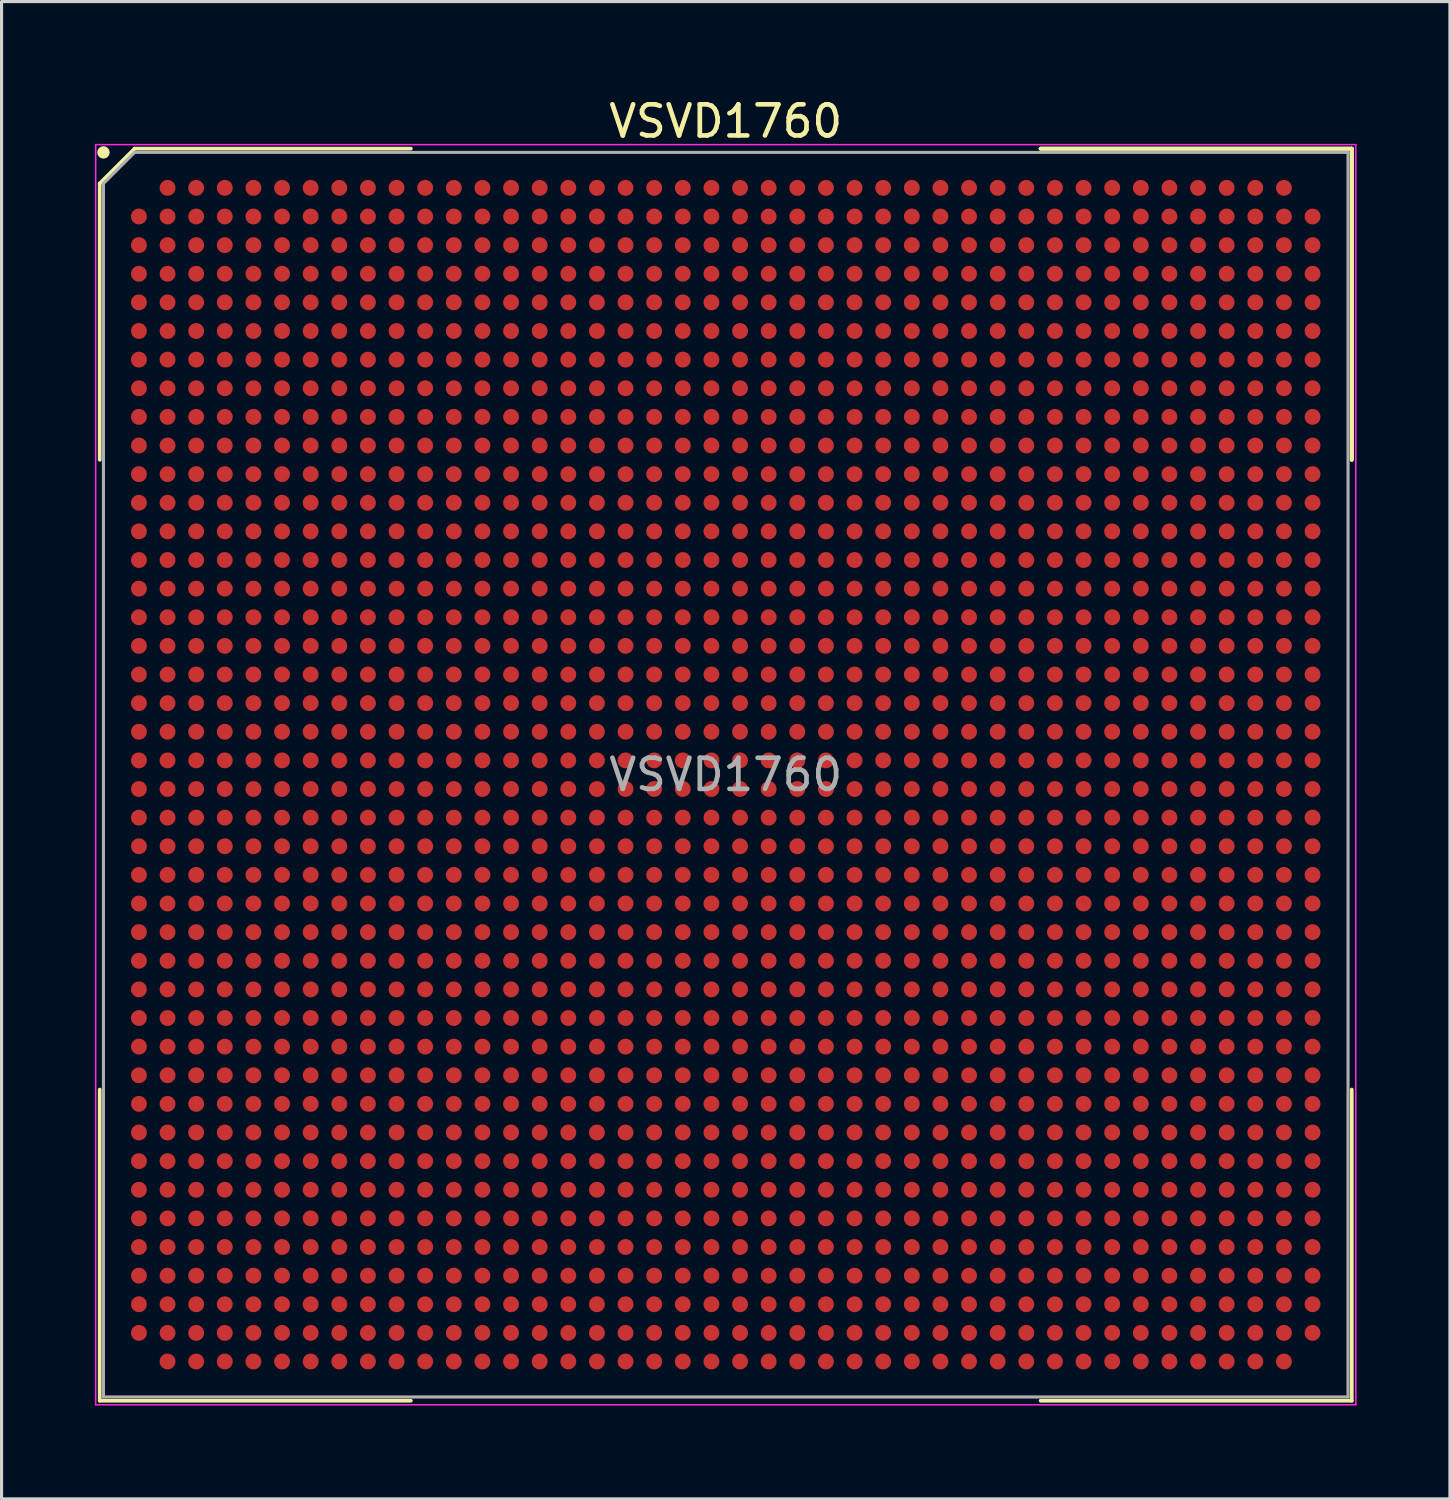
<source format=kicad_pcb>
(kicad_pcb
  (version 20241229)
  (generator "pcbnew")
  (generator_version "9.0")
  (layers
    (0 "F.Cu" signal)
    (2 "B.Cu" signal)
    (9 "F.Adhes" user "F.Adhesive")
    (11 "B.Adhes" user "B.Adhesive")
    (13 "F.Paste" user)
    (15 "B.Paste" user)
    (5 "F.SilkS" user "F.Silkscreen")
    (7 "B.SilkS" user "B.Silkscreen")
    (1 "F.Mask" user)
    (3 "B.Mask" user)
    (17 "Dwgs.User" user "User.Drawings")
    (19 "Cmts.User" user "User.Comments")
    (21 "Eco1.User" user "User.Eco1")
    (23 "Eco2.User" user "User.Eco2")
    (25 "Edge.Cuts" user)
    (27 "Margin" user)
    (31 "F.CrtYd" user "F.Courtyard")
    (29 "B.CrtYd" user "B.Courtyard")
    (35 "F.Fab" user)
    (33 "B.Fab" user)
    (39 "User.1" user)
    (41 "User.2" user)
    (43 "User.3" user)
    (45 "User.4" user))
  (footprint "VSVD1760"
    (layer "F.Cu")
    (at 20.275 21.848)
    (property "Reference" "VSVD1760" (at 0 -21 0) (layer "F.SilkS") (effects (font (size 1 1) (thickness 0.15))))
    (attr smd)
    (fp_line (start -20.12 -19) (end -20.12 -10.12) (stroke (width 0.12) (type solid)) (layer "F.SilkS"))
    (fp_line (start -20.12 20.12) (end -20.12 10.12) (stroke (width 0.12) (type solid)) (layer "F.SilkS"))
    (fp_line (start -19 -20.12) (end -20.12 -19) (stroke (width 0.12) (type solid)) (layer "F.SilkS"))
    (fp_line (start -10.12 -20.12) (end -19 -20.12) (stroke (width 0.12) (type solid)) (layer "F.SilkS"))
    (fp_line (start -10.12 20.12) (end -20.12 20.12) (stroke (width 0.12) (type solid)) (layer "F.SilkS"))
    (fp_line (start 10.12 -20.12) (end 20.12 -20.12) (stroke (width 0.12) (type solid)) (layer "F.SilkS"))
    (fp_line (start 10.12 -20.12) (end 20.12 -20.12) (stroke (width 0.12) (type solid)) (layer "F.SilkS"))
    (fp_line (start 10.12 -20.12) (end 20.12 -20.12) (stroke (width 0.12) (type solid)) (layer "F.SilkS"))
    (fp_line (start 10.12 20.12) (end 20.12 20.12) (stroke (width 0.12) (type solid)) (layer "F.SilkS"))
    (fp_line (start 20.12 -20.12) (end 20.12 -10.12) (stroke (width 0.12) (type solid)) (layer "F.SilkS"))
    (fp_line (start 20.12 -20.12) (end 20.12 -10.12) (stroke (width 0.12) (type solid)) (layer "F.SilkS"))
    (fp_line (start 20.12 -20.12) (end 20.12 -10.12) (stroke (width 0.12) (type solid)) (layer "F.SilkS"))
    (fp_line (start 20.12 20.12) (end 20.12 10.12) (stroke (width 0.12) (type solid)) (layer "F.SilkS"))
    (fp_circle (center -20 -20) (end -20 -19.9) (stroke (width 0.2) (type solid)) (fill no) (layer "F.SilkS"))
    (fp_line (start -20.25 -20.25) (end 20.25 -20.25) (stroke (width 0.05) (type solid)) (layer "F.CrtYd"))
    (fp_line (start -20.25 20.25) (end -20.25 -20.25) (stroke (width 0.05) (type solid)) (layer "F.CrtYd"))
    (fp_line (start 20.25 -20.25) (end 20.25 20.25) (stroke (width 0.05) (type solid)) (layer "F.CrtYd"))
    (fp_line (start 20.25 20.25) (end -20.25 20.25) (stroke (width 0.05) (type solid)) (layer "F.CrtYd"))
    (fp_line (start -20 -19) (end -20 20) (stroke (width 0.1) (type solid)) (layer "F.Fab"))
    (fp_line (start -20 20) (end 20 20) (stroke (width 0.1) (type solid)) (layer "F.Fab"))
    (fp_line (start -19 -20) (end -20 -19) (stroke (width 0.1) (type solid)) (layer "F.Fab"))
    (fp_line (start 20 -20) (end -19 -20) (stroke (width 0.1) (type solid)) (layer "F.Fab"))
    (fp_line (start 20 20) (end 20 -20) (stroke (width 0.1) (type solid)) (layer "F.Fab"))
    (fp_text user "${REFERENCE}" (at 0 0 0) (layer "F.Fab") (effects (font (size 1 1) (thickness 0.15))))
    (pad "A2" smd circle (at -17.94 -18.86) (size 0.51 0.51) (layers "F.Cu" "F.Mask" "F.Paste"))
    (pad "A3" smd circle (at -17.02 -18.86) (size 0.51 0.51) (layers "F.Cu" "F.Mask" "F.Paste"))
    (pad "A4" smd circle (at -16.1 -18.86) (size 0.51 0.51) (layers "F.Cu" "F.Mask" "F.Paste"))
    (pad "A5" smd circle (at -15.18 -18.86) (size 0.51 0.51) (layers "F.Cu" "F.Mask" "F.Paste"))
    (pad "A6" smd circle (at -14.26 -18.86) (size 0.51 0.51) (layers "F.Cu" "F.Mask" "F.Paste"))
    (pad "A7" smd circle (at -13.34 -18.86) (size 0.51 0.51) (layers "F.Cu" "F.Mask" "F.Paste"))
    (pad "A8" smd circle (at -12.42 -18.86) (size 0.51 0.51) (layers "F.Cu" "F.Mask" "F.Paste"))
    (pad "A9" smd circle (at -11.5 -18.86) (size 0.51 0.51) (layers "F.Cu" "F.Mask" "F.Paste"))
    (pad "A10" smd circle (at -10.58 -18.86) (size 0.51 0.51) (layers "F.Cu" "F.Mask" "F.Paste"))
    (pad "A11" smd circle (at -9.66 -18.86) (size 0.51 0.51) (layers "F.Cu" "F.Mask" "F.Paste"))
    (pad "A12" smd circle (at -8.74 -18.86) (size 0.51 0.51) (layers "F.Cu" "F.Mask" "F.Paste"))
    (pad "A13" smd circle (at -7.82 -18.86) (size 0.51 0.51) (layers "F.Cu" "F.Mask" "F.Paste"))
    (pad "A14" smd circle (at -6.9 -18.86) (size 0.51 0.51) (layers "F.Cu" "F.Mask" "F.Paste"))
    (pad "A15" smd circle (at -5.98 -18.86) (size 0.51 0.51) (layers "F.Cu" "F.Mask" "F.Paste"))
    (pad "A16" smd circle (at -5.06 -18.86) (size 0.51 0.51) (layers "F.Cu" "F.Mask" "F.Paste"))
    (pad "A17" smd circle (at -4.14 -18.86) (size 0.51 0.51) (layers "F.Cu" "F.Mask" "F.Paste"))
    (pad "A18" smd circle (at -3.22 -18.86) (size 0.51 0.51) (layers "F.Cu" "F.Mask" "F.Paste"))
    (pad "A19" smd circle (at -2.3 -18.86) (size 0.51 0.51) (layers "F.Cu" "F.Mask" "F.Paste"))
    (pad "A20" smd circle (at -1.38 -18.86) (size 0.51 0.51) (layers "F.Cu" "F.Mask" "F.Paste"))
    (pad "A21" smd circle (at -0.46 -18.86) (size 0.51 0.51) (layers "F.Cu" "F.Mask" "F.Paste"))
    (pad "A22" smd circle (at 0.46 -18.86) (size 0.51 0.51) (layers "F.Cu" "F.Mask" "F.Paste"))
    (pad "A23" smd circle (at 1.38 -18.86) (size 0.51 0.51) (layers "F.Cu" "F.Mask" "F.Paste"))
    (pad "A24" smd circle (at 2.3 -18.86) (size 0.51 0.51) (layers "F.Cu" "F.Mask" "F.Paste"))
    (pad "A25" smd circle (at 3.22 -18.86) (size 0.51 0.51) (layers "F.Cu" "F.Mask" "F.Paste"))
    (pad "A26" smd circle (at 4.14 -18.86) (size 0.51 0.51) (layers "F.Cu" "F.Mask" "F.Paste"))
    (pad "A27" smd circle (at 5.06 -18.86) (size 0.51 0.51) (layers "F.Cu" "F.Mask" "F.Paste"))
    (pad "A28" smd circle (at 5.98 -18.86) (size 0.51 0.51) (layers "F.Cu" "F.Mask" "F.Paste"))
    (pad "A29" smd circle (at 6.9 -18.86) (size 0.51 0.51) (layers "F.Cu" "F.Mask" "F.Paste"))
    (pad "A30" smd circle (at 7.82 -18.86) (size 0.51 0.51) (layers "F.Cu" "F.Mask" "F.Paste"))
    (pad "A31" smd circle (at 8.74 -18.86) (size 0.51 0.51) (layers "F.Cu" "F.Mask" "F.Paste"))
    (pad "A32" smd circle (at 9.66 -18.86) (size 0.51 0.51) (layers "F.Cu" "F.Mask" "F.Paste"))
    (pad "A33" smd circle (at 10.58 -18.86) (size 0.51 0.51) (layers "F.Cu" "F.Mask" "F.Paste"))
    (pad "A34" smd circle (at 11.5 -18.86) (size 0.51 0.51) (layers "F.Cu" "F.Mask" "F.Paste"))
    (pad "A35" smd circle (at 12.42 -18.86) (size 0.51 0.51) (layers "F.Cu" "F.Mask" "F.Paste"))
    (pad "A36" smd circle (at 13.34 -18.86) (size 0.51 0.51) (layers "F.Cu" "F.Mask" "F.Paste"))
    (pad "A37" smd circle (at 14.26 -18.86) (size 0.51 0.51) (layers "F.Cu" "F.Mask" "F.Paste"))
    (pad "A38" smd circle (at 15.18 -18.86) (size 0.51 0.51) (layers "F.Cu" "F.Mask" "F.Paste"))
    (pad "A39" smd circle (at 16.1 -18.86) (size 0.51 0.51) (layers "F.Cu" "F.Mask" "F.Paste"))
    (pad "A40" smd circle (at 17.02 -18.86) (size 0.51 0.51) (layers "F.Cu" "F.Mask" "F.Paste"))
    (pad "A41" smd circle (at 17.94 -18.86) (size 0.51 0.51) (layers "F.Cu" "F.Mask" "F.Paste"))
    (pad "AA1" smd circle (at -18.86 -0.46) (size 0.51 0.51) (layers "F.Cu" "F.Mask" "F.Paste"))
    (pad "AA2" smd circle (at -17.94 -0.46) (size 0.51 0.51) (layers "F.Cu" "F.Mask" "F.Paste"))
    (pad "AA3" smd circle (at -17.02 -0.46) (size 0.51 0.51) (layers "F.Cu" "F.Mask" "F.Paste"))
    (pad "AA4" smd circle (at -16.1 -0.46) (size 0.51 0.51) (layers "F.Cu" "F.Mask" "F.Paste"))
    (pad "AA5" smd circle (at -15.18 -0.46) (size 0.51 0.51) (layers "F.Cu" "F.Mask" "F.Paste"))
    (pad "AA6" smd circle (at -14.26 -0.46) (size 0.51 0.51) (layers "F.Cu" "F.Mask" "F.Paste"))
    (pad "AA7" smd circle (at -13.34 -0.46) (size 0.51 0.51) (layers "F.Cu" "F.Mask" "F.Paste"))
    (pad "AA8" smd circle (at -12.42 -0.46) (size 0.51 0.51) (layers "F.Cu" "F.Mask" "F.Paste"))
    (pad "AA9" smd circle (at -11.5 -0.46) (size 0.51 0.51) (layers "F.Cu" "F.Mask" "F.Paste"))
    (pad "AA10" smd circle (at -10.58 -0.46) (size 0.51 0.51) (layers "F.Cu" "F.Mask" "F.Paste"))
    (pad "AA11" smd circle (at -9.66 -0.46) (size 0.51 0.51) (layers "F.Cu" "F.Mask" "F.Paste"))
    (pad "AA12" smd circle (at -8.74 -0.46) (size 0.51 0.51) (layers "F.Cu" "F.Mask" "F.Paste"))
    (pad "AA13" smd circle (at -7.82 -0.46) (size 0.51 0.51) (layers "F.Cu" "F.Mask" "F.Paste"))
    (pad "AA14" smd circle (at -6.9 -0.46) (size 0.51 0.51) (layers "F.Cu" "F.Mask" "F.Paste"))
    (pad "AA15" smd circle (at -5.98 -0.46) (size 0.51 0.51) (layers "F.Cu" "F.Mask" "F.Paste"))
    (pad "AA16" smd circle (at -5.06 -0.46) (size 0.51 0.51) (layers "F.Cu" "F.Mask" "F.Paste"))
    (pad "AA17" smd circle (at -4.14 -0.46) (size 0.51 0.51) (layers "F.Cu" "F.Mask" "F.Paste"))
    (pad "AA18" smd circle (at -3.22 -0.46) (size 0.51 0.51) (layers "F.Cu" "F.Mask" "F.Paste"))
    (pad "AA19" smd circle (at -2.3 -0.46) (size 0.51 0.51) (layers "F.Cu" "F.Mask" "F.Paste"))
    (pad "AA20" smd circle (at -1.38 -0.46) (size 0.51 0.51) (layers "F.Cu" "F.Mask" "F.Paste"))
    (pad "AA21" smd circle (at -0.46 -0.46) (size 0.51 0.51) (layers "F.Cu" "F.Mask" "F.Paste"))
    (pad "AA22" smd circle (at 0.46 -0.46) (size 0.51 0.51) (layers "F.Cu" "F.Mask" "F.Paste"))
    (pad "AA23" smd circle (at 1.38 -0.46) (size 0.51 0.51) (layers "F.Cu" "F.Mask" "F.Paste"))
    (pad "AA24" smd circle (at 2.3 -0.46) (size 0.51 0.51) (layers "F.Cu" "F.Mask" "F.Paste"))
    (pad "AA25" smd circle (at 3.22 -0.46) (size 0.51 0.51) (layers "F.Cu" "F.Mask" "F.Paste"))
    (pad "AA26" smd circle (at 4.14 -0.46) (size 0.51 0.51) (layers "F.Cu" "F.Mask" "F.Paste"))
    (pad "AA27" smd circle (at 5.06 -0.46) (size 0.51 0.51) (layers "F.Cu" "F.Mask" "F.Paste"))
    (pad "AA28" smd circle (at 5.98 -0.46) (size 0.51 0.51) (layers "F.Cu" "F.Mask" "F.Paste"))
    (pad "AA29" smd circle (at 6.9 -0.46) (size 0.51 0.51) (layers "F.Cu" "F.Mask" "F.Paste"))
    (pad "AA30" smd circle (at 7.82 -0.46) (size 0.51 0.51) (layers "F.Cu" "F.Mask" "F.Paste"))
    (pad "AA31" smd circle (at 8.74 -0.46) (size 0.51 0.51) (layers "F.Cu" "F.Mask" "F.Paste"))
    (pad "AA32" smd circle (at 9.66 -0.46) (size 0.51 0.51) (layers "F.Cu" "F.Mask" "F.Paste"))
    (pad "AA33" smd circle (at 10.58 -0.46) (size 0.51 0.51) (layers "F.Cu" "F.Mask" "F.Paste"))
    (pad "AA34" smd circle (at 11.5 -0.46) (size 0.51 0.51) (layers "F.Cu" "F.Mask" "F.Paste"))
    (pad "AA35" smd circle (at 12.42 -0.46) (size 0.51 0.51) (layers "F.Cu" "F.Mask" "F.Paste"))
    (pad "AA36" smd circle (at 13.34 -0.46) (size 0.51 0.51) (layers "F.Cu" "F.Mask" "F.Paste"))
    (pad "AA37" smd circle (at 14.26 -0.46) (size 0.51 0.51) (layers "F.Cu" "F.Mask" "F.Paste"))
    (pad "AA38" smd circle (at 15.18 -0.46) (size 0.51 0.51) (layers "F.Cu" "F.Mask" "F.Paste"))
    (pad "AA39" smd circle (at 16.1 -0.46) (size 0.51 0.51) (layers "F.Cu" "F.Mask" "F.Paste"))
    (pad "AA40" smd circle (at 17.02 -0.46) (size 0.51 0.51) (layers "F.Cu" "F.Mask" "F.Paste"))
    (pad "AA41" smd circle (at 17.94 -0.46) (size 0.51 0.51) (layers "F.Cu" "F.Mask" "F.Paste"))
    (pad "AA42" smd circle (at 18.86 -0.46) (size 0.51 0.51) (layers "F.Cu" "F.Mask" "F.Paste"))
    (pad "AB1" smd circle (at -18.86 0.46) (size 0.51 0.51) (layers "F.Cu" "F.Mask" "F.Paste"))
    (pad "AB2" smd circle (at -17.94 0.46) (size 0.51 0.51) (layers "F.Cu" "F.Mask" "F.Paste"))
    (pad "AB3" smd circle (at -17.02 0.46) (size 0.51 0.51) (layers "F.Cu" "F.Mask" "F.Paste"))
    (pad "AB4" smd circle (at -16.1 0.46) (size 0.51 0.51) (layers "F.Cu" "F.Mask" "F.Paste"))
    (pad "AB5" smd circle (at -15.18 0.46) (size 0.51 0.51) (layers "F.Cu" "F.Mask" "F.Paste"))
    (pad "AB6" smd circle (at -14.26 0.46) (size 0.51 0.51) (layers "F.Cu" "F.Mask" "F.Paste"))
    (pad "AB7" smd circle (at -13.34 0.46) (size 0.51 0.51) (layers "F.Cu" "F.Mask" "F.Paste"))
    (pad "AB8" smd circle (at -12.42 0.46) (size 0.51 0.51) (layers "F.Cu" "F.Mask" "F.Paste"))
    (pad "AB9" smd circle (at -11.5 0.46) (size 0.51 0.51) (layers "F.Cu" "F.Mask" "F.Paste"))
    (pad "AB10" smd circle (at -10.58 0.46) (size 0.51 0.51) (layers "F.Cu" "F.Mask" "F.Paste"))
    (pad "AB11" smd circle (at -9.66 0.46) (size 0.51 0.51) (layers "F.Cu" "F.Mask" "F.Paste"))
    (pad "AB12" smd circle (at -8.74 0.46) (size 0.51 0.51) (layers "F.Cu" "F.Mask" "F.Paste"))
    (pad "AB13" smd circle (at -7.82 0.46) (size 0.51 0.51) (layers "F.Cu" "F.Mask" "F.Paste"))
    (pad "AB14" smd circle (at -6.9 0.46) (size 0.51 0.51) (layers "F.Cu" "F.Mask" "F.Paste"))
    (pad "AB15" smd circle (at -5.98 0.46) (size 0.51 0.51) (layers "F.Cu" "F.Mask" "F.Paste"))
    (pad "AB16" smd circle (at -5.06 0.46) (size 0.51 0.51) (layers "F.Cu" "F.Mask" "F.Paste"))
    (pad "AB17" smd circle (at -4.14 0.46) (size 0.51 0.51) (layers "F.Cu" "F.Mask" "F.Paste"))
    (pad "AB18" smd circle (at -3.22 0.46) (size 0.51 0.51) (layers "F.Cu" "F.Mask" "F.Paste"))
    (pad "AB19" smd circle (at -2.3 0.46) (size 0.51 0.51) (layers "F.Cu" "F.Mask" "F.Paste"))
    (pad "AB20" smd circle (at -1.38 0.46) (size 0.51 0.51) (layers "F.Cu" "F.Mask" "F.Paste"))
    (pad "AB21" smd circle (at -0.46 0.46) (size 0.51 0.51) (layers "F.Cu" "F.Mask" "F.Paste"))
    (pad "AB22" smd circle (at 0.46 0.46) (size 0.51 0.51) (layers "F.Cu" "F.Mask" "F.Paste"))
    (pad "AB23" smd circle (at 1.38 0.46) (size 0.51 0.51) (layers "F.Cu" "F.Mask" "F.Paste"))
    (pad "AB24" smd circle (at 2.3 0.46) (size 0.51 0.51) (layers "F.Cu" "F.Mask" "F.Paste"))
    (pad "AB25" smd circle (at 3.22 0.46) (size 0.51 0.51) (layers "F.Cu" "F.Mask" "F.Paste"))
    (pad "AB26" smd circle (at 4.14 0.46) (size 0.51 0.51) (layers "F.Cu" "F.Mask" "F.Paste"))
    (pad "AB27" smd circle (at 5.06 0.46) (size 0.51 0.51) (layers "F.Cu" "F.Mask" "F.Paste"))
    (pad "AB28" smd circle (at 5.98 0.46) (size 0.51 0.51) (layers "F.Cu" "F.Mask" "F.Paste"))
    (pad "AB29" smd circle (at 6.9 0.46) (size 0.51 0.51) (layers "F.Cu" "F.Mask" "F.Paste"))
    (pad "AB30" smd circle (at 7.82 0.46) (size 0.51 0.51) (layers "F.Cu" "F.Mask" "F.Paste"))
    (pad "AB31" smd circle (at 8.74 0.46) (size 0.51 0.51) (layers "F.Cu" "F.Mask" "F.Paste"))
    (pad "AB32" smd circle (at 9.66 0.46) (size 0.51 0.51) (layers "F.Cu" "F.Mask" "F.Paste"))
    (pad "AB33" smd circle (at 10.58 0.46) (size 0.51 0.51) (layers "F.Cu" "F.Mask" "F.Paste"))
    (pad "AB34" smd circle (at 11.5 0.46) (size 0.51 0.51) (layers "F.Cu" "F.Mask" "F.Paste"))
    (pad "AB35" smd circle (at 12.42 0.46) (size 0.51 0.51) (layers "F.Cu" "F.Mask" "F.Paste"))
    (pad "AB36" smd circle (at 13.34 0.46) (size 0.51 0.51) (layers "F.Cu" "F.Mask" "F.Paste"))
    (pad "AB37" smd circle (at 14.26 0.46) (size 0.51 0.51) (layers "F.Cu" "F.Mask" "F.Paste"))
    (pad "AB38" smd circle (at 15.18 0.46) (size 0.51 0.51) (layers "F.Cu" "F.Mask" "F.Paste"))
    (pad "AB39" smd circle (at 16.1 0.46) (size 0.51 0.51) (layers "F.Cu" "F.Mask" "F.Paste"))
    (pad "AB40" smd circle (at 17.02 0.46) (size 0.51 0.51) (layers "F.Cu" "F.Mask" "F.Paste"))
    (pad "AB41" smd circle (at 17.94 0.46) (size 0.51 0.51) (layers "F.Cu" "F.Mask" "F.Paste"))
    (pad "AB42" smd circle (at 18.86 0.46) (size 0.51 0.51) (layers "F.Cu" "F.Mask" "F.Paste"))
    (pad "AC1" smd circle (at -18.86 1.38) (size 0.51 0.51) (layers "F.Cu" "F.Mask" "F.Paste"))
    (pad "AC2" smd circle (at -17.94 1.38) (size 0.51 0.51) (layers "F.Cu" "F.Mask" "F.Paste"))
    (pad "AC3" smd circle (at -17.02 1.38) (size 0.51 0.51) (layers "F.Cu" "F.Mask" "F.Paste"))
    (pad "AC4" smd circle (at -16.1 1.38) (size 0.51 0.51) (layers "F.Cu" "F.Mask" "F.Paste"))
    (pad "AC5" smd circle (at -15.18 1.38) (size 0.51 0.51) (layers "F.Cu" "F.Mask" "F.Paste"))
    (pad "AC6" smd circle (at -14.26 1.38) (size 0.51 0.51) (layers "F.Cu" "F.Mask" "F.Paste"))
    (pad "AC7" smd circle (at -13.34 1.38) (size 0.51 0.51) (layers "F.Cu" "F.Mask" "F.Paste"))
    (pad "AC8" smd circle (at -12.42 1.38) (size 0.51 0.51) (layers "F.Cu" "F.Mask" "F.Paste"))
    (pad "AC9" smd circle (at -11.5 1.38) (size 0.51 0.51) (layers "F.Cu" "F.Mask" "F.Paste"))
    (pad "AC10" smd circle (at -10.58 1.38) (size 0.51 0.51) (layers "F.Cu" "F.Mask" "F.Paste"))
    (pad "AC11" smd circle (at -9.66 1.38) (size 0.51 0.51) (layers "F.Cu" "F.Mask" "F.Paste"))
    (pad "AC12" smd circle (at -8.74 1.38) (size 0.51 0.51) (layers "F.Cu" "F.Mask" "F.Paste"))
    (pad "AC13" smd circle (at -7.82 1.38) (size 0.51 0.51) (layers "F.Cu" "F.Mask" "F.Paste"))
    (pad "AC14" smd circle (at -6.9 1.38) (size 0.51 0.51) (layers "F.Cu" "F.Mask" "F.Paste"))
    (pad "AC15" smd circle (at -5.98 1.38) (size 0.51 0.51) (layers "F.Cu" "F.Mask" "F.Paste"))
    (pad "AC16" smd circle (at -5.06 1.38) (size 0.51 0.51) (layers "F.Cu" "F.Mask" "F.Paste"))
    (pad "AC17" smd circle (at -4.14 1.38) (size 0.51 0.51) (layers "F.Cu" "F.Mask" "F.Paste"))
    (pad "AC18" smd circle (at -3.22 1.38) (size 0.51 0.51) (layers "F.Cu" "F.Mask" "F.Paste"))
    (pad "AC19" smd circle (at -2.3 1.38) (size 0.51 0.51) (layers "F.Cu" "F.Mask" "F.Paste"))
    (pad "AC20" smd circle (at -1.38 1.38) (size 0.51 0.51) (layers "F.Cu" "F.Mask" "F.Paste"))
    (pad "AC21" smd circle (at -0.46 1.38) (size 0.51 0.51) (layers "F.Cu" "F.Mask" "F.Paste"))
    (pad "AC22" smd circle (at 0.46 1.38) (size 0.51 0.51) (layers "F.Cu" "F.Mask" "F.Paste"))
    (pad "AC23" smd circle (at 1.38 1.38) (size 0.51 0.51) (layers "F.Cu" "F.Mask" "F.Paste"))
    (pad "AC24" smd circle (at 2.3 1.38) (size 0.51 0.51) (layers "F.Cu" "F.Mask" "F.Paste"))
    (pad "AC25" smd circle (at 3.22 1.38) (size 0.51 0.51) (layers "F.Cu" "F.Mask" "F.Paste"))
    (pad "AC26" smd circle (at 4.14 1.38) (size 0.51 0.51) (layers "F.Cu" "F.Mask" "F.Paste"))
    (pad "AC27" smd circle (at 5.06 1.38) (size 0.51 0.51) (layers "F.Cu" "F.Mask" "F.Paste"))
    (pad "AC28" smd circle (at 5.98 1.38) (size 0.51 0.51) (layers "F.Cu" "F.Mask" "F.Paste"))
    (pad "AC29" smd circle (at 6.9 1.38) (size 0.51 0.51) (layers "F.Cu" "F.Mask" "F.Paste"))
    (pad "AC30" smd circle (at 7.82 1.38) (size 0.51 0.51) (layers "F.Cu" "F.Mask" "F.Paste"))
    (pad "AC31" smd circle (at 8.74 1.38) (size 0.51 0.51) (layers "F.Cu" "F.Mask" "F.Paste"))
    (pad "AC32" smd circle (at 9.66 1.38) (size 0.51 0.51) (layers "F.Cu" "F.Mask" "F.Paste"))
    (pad "AC33" smd circle (at 10.58 1.38) (size 0.51 0.51) (layers "F.Cu" "F.Mask" "F.Paste"))
    (pad "AC34" smd circle (at 11.5 1.38) (size 0.51 0.51) (layers "F.Cu" "F.Mask" "F.Paste"))
    (pad "AC35" smd circle (at 12.42 1.38) (size 0.51 0.51) (layers "F.Cu" "F.Mask" "F.Paste"))
    (pad "AC36" smd circle (at 13.34 1.38) (size 0.51 0.51) (layers "F.Cu" "F.Mask" "F.Paste"))
    (pad "AC37" smd circle (at 14.26 1.38) (size 0.51 0.51) (layers "F.Cu" "F.Mask" "F.Paste"))
    (pad "AC38" smd circle (at 15.18 1.38) (size 0.51 0.51) (layers "F.Cu" "F.Mask" "F.Paste"))
    (pad "AC39" smd circle (at 16.1 1.38) (size 0.51 0.51) (layers "F.Cu" "F.Mask" "F.Paste"))
    (pad "AC40" smd circle (at 17.02 1.38) (size 0.51 0.51) (layers "F.Cu" "F.Mask" "F.Paste"))
    (pad "AC41" smd circle (at 17.94 1.38) (size 0.51 0.51) (layers "F.Cu" "F.Mask" "F.Paste"))
    (pad "AC42" smd circle (at 18.86 1.38) (size 0.51 0.51) (layers "F.Cu" "F.Mask" "F.Paste"))
    (pad "AD1" smd circle (at -18.86 2.3) (size 0.51 0.51) (layers "F.Cu" "F.Mask" "F.Paste"))
    (pad "AD2" smd circle (at -17.94 2.3) (size 0.51 0.51) (layers "F.Cu" "F.Mask" "F.Paste"))
    (pad "AD3" smd circle (at -17.02 2.3) (size 0.51 0.51) (layers "F.Cu" "F.Mask" "F.Paste"))
    (pad "AD4" smd circle (at -16.1 2.3) (size 0.51 0.51) (layers "F.Cu" "F.Mask" "F.Paste"))
    (pad "AD5" smd circle (at -15.18 2.3) (size 0.51 0.51) (layers "F.Cu" "F.Mask" "F.Paste"))
    (pad "AD6" smd circle (at -14.26 2.3) (size 0.51 0.51) (layers "F.Cu" "F.Mask" "F.Paste"))
    (pad "AD7" smd circle (at -13.34 2.3) (size 0.51 0.51) (layers "F.Cu" "F.Mask" "F.Paste"))
    (pad "AD8" smd circle (at -12.42 2.3) (size 0.51 0.51) (layers "F.Cu" "F.Mask" "F.Paste"))
    (pad "AD9" smd circle (at -11.5 2.3) (size 0.51 0.51) (layers "F.Cu" "F.Mask" "F.Paste"))
    (pad "AD10" smd circle (at -10.58 2.3) (size 0.51 0.51) (layers "F.Cu" "F.Mask" "F.Paste"))
    (pad "AD11" smd circle (at -9.66 2.3) (size 0.51 0.51) (layers "F.Cu" "F.Mask" "F.Paste"))
    (pad "AD12" smd circle (at -8.74 2.3) (size 0.51 0.51) (layers "F.Cu" "F.Mask" "F.Paste"))
    (pad "AD13" smd circle (at -7.82 2.3) (size 0.51 0.51) (layers "F.Cu" "F.Mask" "F.Paste"))
    (pad "AD14" smd circle (at -6.9 2.3) (size 0.51 0.51) (layers "F.Cu" "F.Mask" "F.Paste"))
    (pad "AD15" smd circle (at -5.98 2.3) (size 0.51 0.51) (layers "F.Cu" "F.Mask" "F.Paste"))
    (pad "AD16" smd circle (at -5.06 2.3) (size 0.51 0.51) (layers "F.Cu" "F.Mask" "F.Paste"))
    (pad "AD17" smd circle (at -4.14 2.3) (size 0.51 0.51) (layers "F.Cu" "F.Mask" "F.Paste"))
    (pad "AD18" smd circle (at -3.22 2.3) (size 0.51 0.51) (layers "F.Cu" "F.Mask" "F.Paste"))
    (pad "AD19" smd circle (at -2.3 2.3) (size 0.51 0.51) (layers "F.Cu" "F.Mask" "F.Paste"))
    (pad "AD20" smd circle (at -1.38 2.3) (size 0.51 0.51) (layers "F.Cu" "F.Mask" "F.Paste"))
    (pad "AD21" smd circle (at -0.46 2.3) (size 0.51 0.51) (layers "F.Cu" "F.Mask" "F.Paste"))
    (pad "AD22" smd circle (at 0.46 2.3) (size 0.51 0.51) (layers "F.Cu" "F.Mask" "F.Paste"))
    (pad "AD23" smd circle (at 1.38 2.3) (size 0.51 0.51) (layers "F.Cu" "F.Mask" "F.Paste"))
    (pad "AD24" smd circle (at 2.3 2.3) (size 0.51 0.51) (layers "F.Cu" "F.Mask" "F.Paste"))
    (pad "AD25" smd circle (at 3.22 2.3) (size 0.51 0.51) (layers "F.Cu" "F.Mask" "F.Paste"))
    (pad "AD26" smd circle (at 4.14 2.3) (size 0.51 0.51) (layers "F.Cu" "F.Mask" "F.Paste"))
    (pad "AD27" smd circle (at 5.06 2.3) (size 0.51 0.51) (layers "F.Cu" "F.Mask" "F.Paste"))
    (pad "AD28" smd circle (at 5.98 2.3) (size 0.51 0.51) (layers "F.Cu" "F.Mask" "F.Paste"))
    (pad "AD29" smd circle (at 6.9 2.3) (size 0.51 0.51) (layers "F.Cu" "F.Mask" "F.Paste"))
    (pad "AD30" smd circle (at 7.82 2.3) (size 0.51 0.51) (layers "F.Cu" "F.Mask" "F.Paste"))
    (pad "AD31" smd circle (at 8.74 2.3) (size 0.51 0.51) (layers "F.Cu" "F.Mask" "F.Paste"))
    (pad "AD32" smd circle (at 9.66 2.3) (size 0.51 0.51) (layers "F.Cu" "F.Mask" "F.Paste"))
    (pad "AD33" smd circle (at 10.58 2.3) (size 0.51 0.51) (layers "F.Cu" "F.Mask" "F.Paste"))
    (pad "AD34" smd circle (at 11.5 2.3) (size 0.51 0.51) (layers "F.Cu" "F.Mask" "F.Paste"))
    (pad "AD35" smd circle (at 12.42 2.3) (size 0.51 0.51) (layers "F.Cu" "F.Mask" "F.Paste"))
    (pad "AD36" smd circle (at 13.34 2.3) (size 0.51 0.51) (layers "F.Cu" "F.Mask" "F.Paste"))
    (pad "AD37" smd circle (at 14.26 2.3) (size 0.51 0.51) (layers "F.Cu" "F.Mask" "F.Paste"))
    (pad "AD38" smd circle (at 15.18 2.3) (size 0.51 0.51) (layers "F.Cu" "F.Mask" "F.Paste"))
    (pad "AD39" smd circle (at 16.1 2.3) (size 0.51 0.51) (layers "F.Cu" "F.Mask" "F.Paste"))
    (pad "AD40" smd circle (at 17.02 2.3) (size 0.51 0.51) (layers "F.Cu" "F.Mask" "F.Paste"))
    (pad "AD41" smd circle (at 17.94 2.3) (size 0.51 0.51) (layers "F.Cu" "F.Mask" "F.Paste"))
    (pad "AD42" smd circle (at 18.86 2.3) (size 0.51 0.51) (layers "F.Cu" "F.Mask" "F.Paste"))
    (pad "AE1" smd circle (at -18.86 3.22) (size 0.51 0.51) (layers "F.Cu" "F.Mask" "F.Paste"))
    (pad "AE2" smd circle (at -17.94 3.22) (size 0.51 0.51) (layers "F.Cu" "F.Mask" "F.Paste"))
    (pad "AE3" smd circle (at -17.02 3.22) (size 0.51 0.51) (layers "F.Cu" "F.Mask" "F.Paste"))
    (pad "AE4" smd circle (at -16.1 3.22) (size 0.51 0.51) (layers "F.Cu" "F.Mask" "F.Paste"))
    (pad "AE5" smd circle (at -15.18 3.22) (size 0.51 0.51) (layers "F.Cu" "F.Mask" "F.Paste"))
    (pad "AE6" smd circle (at -14.26 3.22) (size 0.51 0.51) (layers "F.Cu" "F.Mask" "F.Paste"))
    (pad "AE7" smd circle (at -13.34 3.22) (size 0.51 0.51) (layers "F.Cu" "F.Mask" "F.Paste"))
    (pad "AE8" smd circle (at -12.42 3.22) (size 0.51 0.51) (layers "F.Cu" "F.Mask" "F.Paste"))
    (pad "AE9" smd circle (at -11.5 3.22) (size 0.51 0.51) (layers "F.Cu" "F.Mask" "F.Paste"))
    (pad "AE10" smd circle (at -10.58 3.22) (size 0.51 0.51) (layers "F.Cu" "F.Mask" "F.Paste"))
    (pad "AE11" smd circle (at -9.66 3.22) (size 0.51 0.51) (layers "F.Cu" "F.Mask" "F.Paste"))
    (pad "AE12" smd circle (at -8.74 3.22) (size 0.51 0.51) (layers "F.Cu" "F.Mask" "F.Paste"))
    (pad "AE13" smd circle (at -7.82 3.22) (size 0.51 0.51) (layers "F.Cu" "F.Mask" "F.Paste"))
    (pad "AE14" smd circle (at -6.9 3.22) (size 0.51 0.51) (layers "F.Cu" "F.Mask" "F.Paste"))
    (pad "AE15" smd circle (at -5.98 3.22) (size 0.51 0.51) (layers "F.Cu" "F.Mask" "F.Paste"))
    (pad "AE16" smd circle (at -5.06 3.22) (size 0.51 0.51) (layers "F.Cu" "F.Mask" "F.Paste"))
    (pad "AE17" smd circle (at -4.14 3.22) (size 0.51 0.51) (layers "F.Cu" "F.Mask" "F.Paste"))
    (pad "AE18" smd circle (at -3.22 3.22) (size 0.51 0.51) (layers "F.Cu" "F.Mask" "F.Paste"))
    (pad "AE19" smd circle (at -2.3 3.22) (size 0.51 0.51) (layers "F.Cu" "F.Mask" "F.Paste"))
    (pad "AE20" smd circle (at -1.38 3.22) (size 0.51 0.51) (layers "F.Cu" "F.Mask" "F.Paste"))
    (pad "AE21" smd circle (at -0.46 3.22) (size 0.51 0.51) (layers "F.Cu" "F.Mask" "F.Paste"))
    (pad "AE22" smd circle (at 0.46 3.22) (size 0.51 0.51) (layers "F.Cu" "F.Mask" "F.Paste"))
    (pad "AE23" smd circle (at 1.38 3.22) (size 0.51 0.51) (layers "F.Cu" "F.Mask" "F.Paste"))
    (pad "AE24" smd circle (at 2.3 3.22) (size 0.51 0.51) (layers "F.Cu" "F.Mask" "F.Paste"))
    (pad "AE25" smd circle (at 3.22 3.22) (size 0.51 0.51) (layers "F.Cu" "F.Mask" "F.Paste"))
    (pad "AE26" smd circle (at 4.14 3.22) (size 0.51 0.51) (layers "F.Cu" "F.Mask" "F.Paste"))
    (pad "AE27" smd circle (at 5.06 3.22) (size 0.51 0.51) (layers "F.Cu" "F.Mask" "F.Paste"))
    (pad "AE28" smd circle (at 5.98 3.22) (size 0.51 0.51) (layers "F.Cu" "F.Mask" "F.Paste"))
    (pad "AE29" smd circle (at 6.9 3.22) (size 0.51 0.51) (layers "F.Cu" "F.Mask" "F.Paste"))
    (pad "AE30" smd circle (at 7.82 3.22) (size 0.51 0.51) (layers "F.Cu" "F.Mask" "F.Paste"))
    (pad "AE31" smd circle (at 8.74 3.22) (size 0.51 0.51) (layers "F.Cu" "F.Mask" "F.Paste"))
    (pad "AE32" smd circle (at 9.66 3.22) (size 0.51 0.51) (layers "F.Cu" "F.Mask" "F.Paste"))
    (pad "AE33" smd circle (at 10.58 3.22) (size 0.51 0.51) (layers "F.Cu" "F.Mask" "F.Paste"))
    (pad "AE34" smd circle (at 11.5 3.22) (size 0.51 0.51) (layers "F.Cu" "F.Mask" "F.Paste"))
    (pad "AE35" smd circle (at 12.42 3.22) (size 0.51 0.51) (layers "F.Cu" "F.Mask" "F.Paste"))
    (pad "AE36" smd circle (at 13.34 3.22) (size 0.51 0.51) (layers "F.Cu" "F.Mask" "F.Paste"))
    (pad "AE37" smd circle (at 14.26 3.22) (size 0.51 0.51) (layers "F.Cu" "F.Mask" "F.Paste"))
    (pad "AE38" smd circle (at 15.18 3.22) (size 0.51 0.51) (layers "F.Cu" "F.Mask" "F.Paste"))
    (pad "AE39" smd circle (at 16.1 3.22) (size 0.51 0.51) (layers "F.Cu" "F.Mask" "F.Paste"))
    (pad "AE40" smd circle (at 17.02 3.22) (size 0.51 0.51) (layers "F.Cu" "F.Mask" "F.Paste"))
    (pad "AE41" smd circle (at 17.94 3.22) (size 0.51 0.51) (layers "F.Cu" "F.Mask" "F.Paste"))
    (pad "AE42" smd circle (at 18.86 3.22) (size 0.51 0.51) (layers "F.Cu" "F.Mask" "F.Paste"))
    (pad "AF1" smd circle (at -18.86 4.14) (size 0.51 0.51) (layers "F.Cu" "F.Mask" "F.Paste"))
    (pad "AF2" smd circle (at -17.94 4.14) (size 0.51 0.51) (layers "F.Cu" "F.Mask" "F.Paste"))
    (pad "AF3" smd circle (at -17.02 4.14) (size 0.51 0.51) (layers "F.Cu" "F.Mask" "F.Paste"))
    (pad "AF4" smd circle (at -16.1 4.14) (size 0.51 0.51) (layers "F.Cu" "F.Mask" "F.Paste"))
    (pad "AF5" smd circle (at -15.18 4.14) (size 0.51 0.51) (layers "F.Cu" "F.Mask" "F.Paste"))
    (pad "AF6" smd circle (at -14.26 4.14) (size 0.51 0.51) (layers "F.Cu" "F.Mask" "F.Paste"))
    (pad "AF7" smd circle (at -13.34 4.14) (size 0.51 0.51) (layers "F.Cu" "F.Mask" "F.Paste"))
    (pad "AF8" smd circle (at -12.42 4.14) (size 0.51 0.51) (layers "F.Cu" "F.Mask" "F.Paste"))
    (pad "AF9" smd circle (at -11.5 4.14) (size 0.51 0.51) (layers "F.Cu" "F.Mask" "F.Paste"))
    (pad "AF10" smd circle (at -10.58 4.14) (size 0.51 0.51) (layers "F.Cu" "F.Mask" "F.Paste"))
    (pad "AF11" smd circle (at -9.66 4.14) (size 0.51 0.51) (layers "F.Cu" "F.Mask" "F.Paste"))
    (pad "AF12" smd circle (at -8.74 4.14) (size 0.51 0.51) (layers "F.Cu" "F.Mask" "F.Paste"))
    (pad "AF13" smd circle (at -7.82 4.14) (size 0.51 0.51) (layers "F.Cu" "F.Mask" "F.Paste"))
    (pad "AF14" smd circle (at -6.9 4.14) (size 0.51 0.51) (layers "F.Cu" "F.Mask" "F.Paste"))
    (pad "AF15" smd circle (at -5.98 4.14) (size 0.51 0.51) (layers "F.Cu" "F.Mask" "F.Paste"))
    (pad "AF16" smd circle (at -5.06 4.14) (size 0.51 0.51) (layers "F.Cu" "F.Mask" "F.Paste"))
    (pad "AF17" smd circle (at -4.14 4.14) (size 0.51 0.51) (layers "F.Cu" "F.Mask" "F.Paste"))
    (pad "AF18" smd circle (at -3.22 4.14) (size 0.51 0.51) (layers "F.Cu" "F.Mask" "F.Paste"))
    (pad "AF19" smd circle (at -2.3 4.14) (size 0.51 0.51) (layers "F.Cu" "F.Mask" "F.Paste"))
    (pad "AF20" smd circle (at -1.38 4.14) (size 0.51 0.51) (layers "F.Cu" "F.Mask" "F.Paste"))
    (pad "AF21" smd circle (at -0.46 4.14) (size 0.51 0.51) (layers "F.Cu" "F.Mask" "F.Paste"))
    (pad "AF22" smd circle (at 0.46 4.14) (size 0.51 0.51) (layers "F.Cu" "F.Mask" "F.Paste"))
    (pad "AF23" smd circle (at 1.38 4.14) (size 0.51 0.51) (layers "F.Cu" "F.Mask" "F.Paste"))
    (pad "AF24" smd circle (at 2.3 4.14) (size 0.51 0.51) (layers "F.Cu" "F.Mask" "F.Paste"))
    (pad "AF25" smd circle (at 3.22 4.14) (size 0.51 0.51) (layers "F.Cu" "F.Mask" "F.Paste"))
    (pad "AF26" smd circle (at 4.14 4.14) (size 0.51 0.51) (layers "F.Cu" "F.Mask" "F.Paste"))
    (pad "AF27" smd circle (at 5.06 4.14) (size 0.51 0.51) (layers "F.Cu" "F.Mask" "F.Paste"))
    (pad "AF28" smd circle (at 5.98 4.14) (size 0.51 0.51) (layers "F.Cu" "F.Mask" "F.Paste"))
    (pad "AF29" smd circle (at 6.9 4.14) (size 0.51 0.51) (layers "F.Cu" "F.Mask" "F.Paste"))
    (pad "AF30" smd circle (at 7.82 4.14) (size 0.51 0.51) (layers "F.Cu" "F.Mask" "F.Paste"))
    (pad "AF31" smd circle (at 8.74 4.14) (size 0.51 0.51) (layers "F.Cu" "F.Mask" "F.Paste"))
    (pad "AF32" smd circle (at 9.66 4.14) (size 0.51 0.51) (layers "F.Cu" "F.Mask" "F.Paste"))
    (pad "AF33" smd circle (at 10.58 4.14) (size 0.51 0.51) (layers "F.Cu" "F.Mask" "F.Paste"))
    (pad "AF34" smd circle (at 11.5 4.14) (size 0.51 0.51) (layers "F.Cu" "F.Mask" "F.Paste"))
    (pad "AF35" smd circle (at 12.42 4.14) (size 0.51 0.51) (layers "F.Cu" "F.Mask" "F.Paste"))
    (pad "AF36" smd circle (at 13.34 4.14) (size 0.51 0.51) (layers "F.Cu" "F.Mask" "F.Paste"))
    (pad "AF37" smd circle (at 14.26 4.14) (size 0.51 0.51) (layers "F.Cu" "F.Mask" "F.Paste"))
    (pad "AF38" smd circle (at 15.18 4.14) (size 0.51 0.51) (layers "F.Cu" "F.Mask" "F.Paste"))
    (pad "AF39" smd circle (at 16.1 4.14) (size 0.51 0.51) (layers "F.Cu" "F.Mask" "F.Paste"))
    (pad "AF40" smd circle (at 17.02 4.14) (size 0.51 0.51) (layers "F.Cu" "F.Mask" "F.Paste"))
    (pad "AF41" smd circle (at 17.94 4.14) (size 0.51 0.51) (layers "F.Cu" "F.Mask" "F.Paste"))
    (pad "AF42" smd circle (at 18.86 4.14) (size 0.51 0.51) (layers "F.Cu" "F.Mask" "F.Paste"))
    (pad "AG1" smd circle (at -18.86 5.06) (size 0.51 0.51) (layers "F.Cu" "F.Mask" "F.Paste"))
    (pad "AG2" smd circle (at -17.94 5.06) (size 0.51 0.51) (layers "F.Cu" "F.Mask" "F.Paste"))
    (pad "AG3" smd circle (at -17.02 5.06) (size 0.51 0.51) (layers "F.Cu" "F.Mask" "F.Paste"))
    (pad "AG4" smd circle (at -16.1 5.06) (size 0.51 0.51) (layers "F.Cu" "F.Mask" "F.Paste"))
    (pad "AG5" smd circle (at -15.18 5.06) (size 0.51 0.51) (layers "F.Cu" "F.Mask" "F.Paste"))
    (pad "AG6" smd circle (at -14.26 5.06) (size 0.51 0.51) (layers "F.Cu" "F.Mask" "F.Paste"))
    (pad "AG7" smd circle (at -13.34 5.06) (size 0.51 0.51) (layers "F.Cu" "F.Mask" "F.Paste"))
    (pad "AG8" smd circle (at -12.42 5.06) (size 0.51 0.51) (layers "F.Cu" "F.Mask" "F.Paste"))
    (pad "AG9" smd circle (at -11.5 5.06) (size 0.51 0.51) (layers "F.Cu" "F.Mask" "F.Paste"))
    (pad "AG10" smd circle (at -10.58 5.06) (size 0.51 0.51) (layers "F.Cu" "F.Mask" "F.Paste"))
    (pad "AG11" smd circle (at -9.66 5.06) (size 0.51 0.51) (layers "F.Cu" "F.Mask" "F.Paste"))
    (pad "AG12" smd circle (at -8.74 5.06) (size 0.51 0.51) (layers "F.Cu" "F.Mask" "F.Paste"))
    (pad "AG13" smd circle (at -7.82 5.06) (size 0.51 0.51) (layers "F.Cu" "F.Mask" "F.Paste"))
    (pad "AG14" smd circle (at -6.9 5.06) (size 0.51 0.51) (layers "F.Cu" "F.Mask" "F.Paste"))
    (pad "AG15" smd circle (at -5.98 5.06) (size 0.51 0.51) (layers "F.Cu" "F.Mask" "F.Paste"))
    (pad "AG16" smd circle (at -5.06 5.06) (size 0.51 0.51) (layers "F.Cu" "F.Mask" "F.Paste"))
    (pad "AG17" smd circle (at -4.14 5.06) (size 0.51 0.51) (layers "F.Cu" "F.Mask" "F.Paste"))
    (pad "AG18" smd circle (at -3.22 5.06) (size 0.51 0.51) (layers "F.Cu" "F.Mask" "F.Paste"))
    (pad "AG19" smd circle (at -2.3 5.06) (size 0.51 0.51) (layers "F.Cu" "F.Mask" "F.Paste"))
    (pad "AG20" smd circle (at -1.38 5.06) (size 0.51 0.51) (layers "F.Cu" "F.Mask" "F.Paste"))
    (pad "AG21" smd circle (at -0.46 5.06) (size 0.51 0.51) (layers "F.Cu" "F.Mask" "F.Paste"))
    (pad "AG22" smd circle (at 0.46 5.06) (size 0.51 0.51) (layers "F.Cu" "F.Mask" "F.Paste"))
    (pad "AG23" smd circle (at 1.38 5.06) (size 0.51 0.51) (layers "F.Cu" "F.Mask" "F.Paste"))
    (pad "AG24" smd circle (at 2.3 5.06) (size 0.51 0.51) (layers "F.Cu" "F.Mask" "F.Paste"))
    (pad "AG25" smd circle (at 3.22 5.06) (size 0.51 0.51) (layers "F.Cu" "F.Mask" "F.Paste"))
    (pad "AG26" smd circle (at 4.14 5.06) (size 0.51 0.51) (layers "F.Cu" "F.Mask" "F.Paste"))
    (pad "AG27" smd circle (at 5.06 5.06) (size 0.51 0.51) (layers "F.Cu" "F.Mask" "F.Paste"))
    (pad "AG28" smd circle (at 5.98 5.06) (size 0.51 0.51) (layers "F.Cu" "F.Mask" "F.Paste"))
    (pad "AG29" smd circle (at 6.9 5.06) (size 0.51 0.51) (layers "F.Cu" "F.Mask" "F.Paste"))
    (pad "AG30" smd circle (at 7.82 5.06) (size 0.51 0.51) (layers "F.Cu" "F.Mask" "F.Paste"))
    (pad "AG31" smd circle (at 8.74 5.06) (size 0.51 0.51) (layers "F.Cu" "F.Mask" "F.Paste"))
    (pad "AG32" smd circle (at 9.66 5.06) (size 0.51 0.51) (layers "F.Cu" "F.Mask" "F.Paste"))
    (pad "AG33" smd circle (at 10.58 5.06) (size 0.51 0.51) (layers "F.Cu" "F.Mask" "F.Paste"))
    (pad "AG34" smd circle (at 11.5 5.06) (size 0.51 0.51) (layers "F.Cu" "F.Mask" "F.Paste"))
    (pad "AG35" smd circle (at 12.42 5.06) (size 0.51 0.51) (layers "F.Cu" "F.Mask" "F.Paste"))
    (pad "AG36" smd circle (at 13.34 5.06) (size 0.51 0.51) (layers "F.Cu" "F.Mask" "F.Paste"))
    (pad "AG37" smd circle (at 14.26 5.06) (size 0.51 0.51) (layers "F.Cu" "F.Mask" "F.Paste"))
    (pad "AG38" smd circle (at 15.18 5.06) (size 0.51 0.51) (layers "F.Cu" "F.Mask" "F.Paste"))
    (pad "AG39" smd circle (at 16.1 5.06) (size 0.51 0.51) (layers "F.Cu" "F.Mask" "F.Paste"))
    (pad "AG40" smd circle (at 17.02 5.06) (size 0.51 0.51) (layers "F.Cu" "F.Mask" "F.Paste"))
    (pad "AG41" smd circle (at 17.94 5.06) (size 0.51 0.51) (layers "F.Cu" "F.Mask" "F.Paste"))
    (pad "AG42" smd circle (at 18.86 5.06) (size 0.51 0.51) (layers "F.Cu" "F.Mask" "F.Paste"))
    (pad "AH1" smd circle (at -18.86 5.98) (size 0.51 0.51) (layers "F.Cu" "F.Mask" "F.Paste"))
    (pad "AH2" smd circle (at -17.94 5.98) (size 0.51 0.51) (layers "F.Cu" "F.Mask" "F.Paste"))
    (pad "AH3" smd circle (at -17.02 5.98) (size 0.51 0.51) (layers "F.Cu" "F.Mask" "F.Paste"))
    (pad "AH4" smd circle (at -16.1 5.98) (size 0.51 0.51) (layers "F.Cu" "F.Mask" "F.Paste"))
    (pad "AH5" smd circle (at -15.18 5.98) (size 0.51 0.51) (layers "F.Cu" "F.Mask" "F.Paste"))
    (pad "AH6" smd circle (at -14.26 5.98) (size 0.51 0.51) (layers "F.Cu" "F.Mask" "F.Paste"))
    (pad "AH7" smd circle (at -13.34 5.98) (size 0.51 0.51) (layers "F.Cu" "F.Mask" "F.Paste"))
    (pad "AH8" smd circle (at -12.42 5.98) (size 0.51 0.51) (layers "F.Cu" "F.Mask" "F.Paste"))
    (pad "AH9" smd circle (at -11.5 5.98) (size 0.51 0.51) (layers "F.Cu" "F.Mask" "F.Paste"))
    (pad "AH10" smd circle (at -10.58 5.98) (size 0.51 0.51) (layers "F.Cu" "F.Mask" "F.Paste"))
    (pad "AH11" smd circle (at -9.66 5.98) (size 0.51 0.51) (layers "F.Cu" "F.Mask" "F.Paste"))
    (pad "AH12" smd circle (at -8.74 5.98) (size 0.51 0.51) (layers "F.Cu" "F.Mask" "F.Paste"))
    (pad "AH13" smd circle (at -7.82 5.98) (size 0.51 0.51) (layers "F.Cu" "F.Mask" "F.Paste"))
    (pad "AH14" smd circle (at -6.9 5.98) (size 0.51 0.51) (layers "F.Cu" "F.Mask" "F.Paste"))
    (pad "AH15" smd circle (at -5.98 5.98) (size 0.51 0.51) (layers "F.Cu" "F.Mask" "F.Paste"))
    (pad "AH16" smd circle (at -5.06 5.98) (size 0.51 0.51) (layers "F.Cu" "F.Mask" "F.Paste"))
    (pad "AH17" smd circle (at -4.14 5.98) (size 0.51 0.51) (layers "F.Cu" "F.Mask" "F.Paste"))
    (pad "AH18" smd circle (at -3.22 5.98) (size 0.51 0.51) (layers "F.Cu" "F.Mask" "F.Paste"))
    (pad "AH19" smd circle (at -2.3 5.98) (size 0.51 0.51) (layers "F.Cu" "F.Mask" "F.Paste"))
    (pad "AH20" smd circle (at -1.38 5.98) (size 0.51 0.51) (layers "F.Cu" "F.Mask" "F.Paste"))
    (pad "AH21" smd circle (at -0.46 5.98) (size 0.51 0.51) (layers "F.Cu" "F.Mask" "F.Paste"))
    (pad "AH22" smd circle (at 0.46 5.98) (size 0.51 0.51) (layers "F.Cu" "F.Mask" "F.Paste"))
    (pad "AH23" smd circle (at 1.38 5.98) (size 0.51 0.51) (layers "F.Cu" "F.Mask" "F.Paste"))
    (pad "AH24" smd circle (at 2.3 5.98) (size 0.51 0.51) (layers "F.Cu" "F.Mask" "F.Paste"))
    (pad "AH25" smd circle (at 3.22 5.98) (size 0.51 0.51) (layers "F.Cu" "F.Mask" "F.Paste"))
    (pad "AH26" smd circle (at 4.14 5.98) (size 0.51 0.51) (layers "F.Cu" "F.Mask" "F.Paste"))
    (pad "AH27" smd circle (at 5.06 5.98) (size 0.51 0.51) (layers "F.Cu" "F.Mask" "F.Paste"))
    (pad "AH28" smd circle (at 5.98 5.98) (size 0.51 0.51) (layers "F.Cu" "F.Mask" "F.Paste"))
    (pad "AH29" smd circle (at 6.9 5.98) (size 0.51 0.51) (layers "F.Cu" "F.Mask" "F.Paste"))
    (pad "AH30" smd circle (at 7.82 5.98) (size 0.51 0.51) (layers "F.Cu" "F.Mask" "F.Paste"))
    (pad "AH31" smd circle (at 8.74 5.98) (size 0.51 0.51) (layers "F.Cu" "F.Mask" "F.Paste"))
    (pad "AH32" smd circle (at 9.66 5.98) (size 0.51 0.51) (layers "F.Cu" "F.Mask" "F.Paste"))
    (pad "AH33" smd circle (at 10.58 5.98) (size 0.51 0.51) (layers "F.Cu" "F.Mask" "F.Paste"))
    (pad "AH34" smd circle (at 11.5 5.98) (size 0.51 0.51) (layers "F.Cu" "F.Mask" "F.Paste"))
    (pad "AH35" smd circle (at 12.42 5.98) (size 0.51 0.51) (layers "F.Cu" "F.Mask" "F.Paste"))
    (pad "AH36" smd circle (at 13.34 5.98) (size 0.51 0.51) (layers "F.Cu" "F.Mask" "F.Paste"))
    (pad "AH37" smd circle (at 14.26 5.98) (size 0.51 0.51) (layers "F.Cu" "F.Mask" "F.Paste"))
    (pad "AH38" smd circle (at 15.18 5.98) (size 0.51 0.51) (layers "F.Cu" "F.Mask" "F.Paste"))
    (pad "AH39" smd circle (at 16.1 5.98) (size 0.51 0.51) (layers "F.Cu" "F.Mask" "F.Paste"))
    (pad "AH40" smd circle (at 17.02 5.98) (size 0.51 0.51) (layers "F.Cu" "F.Mask" "F.Paste"))
    (pad "AH41" smd circle (at 17.94 5.98) (size 0.51 0.51) (layers "F.Cu" "F.Mask" "F.Paste"))
    (pad "AH42" smd circle (at 18.86 5.98) (size 0.51 0.51) (layers "F.Cu" "F.Mask" "F.Paste"))
    (pad "AJ1" smd circle (at -18.86 6.9) (size 0.51 0.51) (layers "F.Cu" "F.Mask" "F.Paste"))
    (pad "AJ2" smd circle (at -17.94 6.9) (size 0.51 0.51) (layers "F.Cu" "F.Mask" "F.Paste"))
    (pad "AJ3" smd circle (at -17.02 6.9) (size 0.51 0.51) (layers "F.Cu" "F.Mask" "F.Paste"))
    (pad "AJ4" smd circle (at -16.1 6.9) (size 0.51 0.51) (layers "F.Cu" "F.Mask" "F.Paste"))
    (pad "AJ5" smd circle (at -15.18 6.9) (size 0.51 0.51) (layers "F.Cu" "F.Mask" "F.Paste"))
    (pad "AJ6" smd circle (at -14.26 6.9) (size 0.51 0.51) (layers "F.Cu" "F.Mask" "F.Paste"))
    (pad "AJ7" smd circle (at -13.34 6.9) (size 0.51 0.51) (layers "F.Cu" "F.Mask" "F.Paste"))
    (pad "AJ8" smd circle (at -12.42 6.9) (size 0.51 0.51) (layers "F.Cu" "F.Mask" "F.Paste"))
    (pad "AJ9" smd circle (at -11.5 6.9) (size 0.51 0.51) (layers "F.Cu" "F.Mask" "F.Paste"))
    (pad "AJ10" smd circle (at -10.58 6.9) (size 0.51 0.51) (layers "F.Cu" "F.Mask" "F.Paste"))
    (pad "AJ11" smd circle (at -9.66 6.9) (size 0.51 0.51) (layers "F.Cu" "F.Mask" "F.Paste"))
    (pad "AJ12" smd circle (at -8.74 6.9) (size 0.51 0.51) (layers "F.Cu" "F.Mask" "F.Paste"))
    (pad "AJ13" smd circle (at -7.82 6.9) (size 0.51 0.51) (layers "F.Cu" "F.Mask" "F.Paste"))
    (pad "AJ14" smd circle (at -6.9 6.9) (size 0.51 0.51) (layers "F.Cu" "F.Mask" "F.Paste"))
    (pad "AJ15" smd circle (at -5.98 6.9) (size 0.51 0.51) (layers "F.Cu" "F.Mask" "F.Paste"))
    (pad "AJ16" smd circle (at -5.06 6.9) (size 0.51 0.51) (layers "F.Cu" "F.Mask" "F.Paste"))
    (pad "AJ17" smd circle (at -4.14 6.9) (size 0.51 0.51) (layers "F.Cu" "F.Mask" "F.Paste"))
    (pad "AJ18" smd circle (at -3.22 6.9) (size 0.51 0.51) (layers "F.Cu" "F.Mask" "F.Paste"))
    (pad "AJ19" smd circle (at -2.3 6.9) (size 0.51 0.51) (layers "F.Cu" "F.Mask" "F.Paste"))
    (pad "AJ20" smd circle (at -1.38 6.9) (size 0.51 0.51) (layers "F.Cu" "F.Mask" "F.Paste"))
    (pad "AJ21" smd circle (at -0.46 6.9) (size 0.51 0.51) (layers "F.Cu" "F.Mask" "F.Paste"))
    (pad "AJ22" smd circle (at 0.46 6.9) (size 0.51 0.51) (layers "F.Cu" "F.Mask" "F.Paste"))
    (pad "AJ23" smd circle (at 1.38 6.9) (size 0.51 0.51) (layers "F.Cu" "F.Mask" "F.Paste"))
    (pad "AJ24" smd circle (at 2.3 6.9) (size 0.51 0.51) (layers "F.Cu" "F.Mask" "F.Paste"))
    (pad "AJ25" smd circle (at 3.22 6.9) (size 0.51 0.51) (layers "F.Cu" "F.Mask" "F.Paste"))
    (pad "AJ26" smd circle (at 4.14 6.9) (size 0.51 0.51) (layers "F.Cu" "F.Mask" "F.Paste"))
    (pad "AJ27" smd circle (at 5.06 6.9) (size 0.51 0.51) (layers "F.Cu" "F.Mask" "F.Paste"))
    (pad "AJ28" smd circle (at 5.98 6.9) (size 0.51 0.51) (layers "F.Cu" "F.Mask" "F.Paste"))
    (pad "AJ29" smd circle (at 6.9 6.9) (size 0.51 0.51) (layers "F.Cu" "F.Mask" "F.Paste"))
    (pad "AJ30" smd circle (at 7.82 6.9) (size 0.51 0.51) (layers "F.Cu" "F.Mask" "F.Paste"))
    (pad "AJ31" smd circle (at 8.74 6.9) (size 0.51 0.51) (layers "F.Cu" "F.Mask" "F.Paste"))
    (pad "AJ32" smd circle (at 9.66 6.9) (size 0.51 0.51) (layers "F.Cu" "F.Mask" "F.Paste"))
    (pad "AJ33" smd circle (at 10.58 6.9) (size 0.51 0.51) (layers "F.Cu" "F.Mask" "F.Paste"))
    (pad "AJ34" smd circle (at 11.5 6.9) (size 0.51 0.51) (layers "F.Cu" "F.Mask" "F.Paste"))
    (pad "AJ35" smd circle (at 12.42 6.9) (size 0.51 0.51) (layers "F.Cu" "F.Mask" "F.Paste"))
    (pad "AJ36" smd circle (at 13.34 6.9) (size 0.51 0.51) (layers "F.Cu" "F.Mask" "F.Paste"))
    (pad "AJ37" smd circle (at 14.26 6.9) (size 0.51 0.51) (layers "F.Cu" "F.Mask" "F.Paste"))
    (pad "AJ38" smd circle (at 15.18 6.9) (size 0.51 0.51) (layers "F.Cu" "F.Mask" "F.Paste"))
    (pad "AJ39" smd circle (at 16.1 6.9) (size 0.51 0.51) (layers "F.Cu" "F.Mask" "F.Paste"))
    (pad "AJ40" smd circle (at 17.02 6.9) (size 0.51 0.51) (layers "F.Cu" "F.Mask" "F.Paste"))
    (pad "AJ41" smd circle (at 17.94 6.9) (size 0.51 0.51) (layers "F.Cu" "F.Mask" "F.Paste"))
    (pad "AJ42" smd circle (at 18.86 6.9) (size 0.51 0.51) (layers "F.Cu" "F.Mask" "F.Paste"))
    (pad "AK1" smd circle (at -18.86 7.82) (size 0.51 0.51) (layers "F.Cu" "F.Mask" "F.Paste"))
    (pad "AK2" smd circle (at -17.94 7.82) (size 0.51 0.51) (layers "F.Cu" "F.Mask" "F.Paste"))
    (pad "AK3" smd circle (at -17.02 7.82) (size 0.51 0.51) (layers "F.Cu" "F.Mask" "F.Paste"))
    (pad "AK4" smd circle (at -16.1 7.82) (size 0.51 0.51) (layers "F.Cu" "F.Mask" "F.Paste"))
    (pad "AK5" smd circle (at -15.18 7.82) (size 0.51 0.51) (layers "F.Cu" "F.Mask" "F.Paste"))
    (pad "AK6" smd circle (at -14.26 7.82) (size 0.51 0.51) (layers "F.Cu" "F.Mask" "F.Paste"))
    (pad "AK7" smd circle (at -13.34 7.82) (size 0.51 0.51) (layers "F.Cu" "F.Mask" "F.Paste"))
    (pad "AK8" smd circle (at -12.42 7.82) (size 0.51 0.51) (layers "F.Cu" "F.Mask" "F.Paste"))
    (pad "AK9" smd circle (at -11.5 7.82) (size 0.51 0.51) (layers "F.Cu" "F.Mask" "F.Paste"))
    (pad "AK10" smd circle (at -10.58 7.82) (size 0.51 0.51) (layers "F.Cu" "F.Mask" "F.Paste"))
    (pad "AK11" smd circle (at -9.66 7.82) (size 0.51 0.51) (layers "F.Cu" "F.Mask" "F.Paste"))
    (pad "AK12" smd circle (at -8.74 7.82) (size 0.51 0.51) (layers "F.Cu" "F.Mask" "F.Paste"))
    (pad "AK13" smd circle (at -7.82 7.82) (size 0.51 0.51) (layers "F.Cu" "F.Mask" "F.Paste"))
    (pad "AK14" smd circle (at -6.9 7.82) (size 0.51 0.51) (layers "F.Cu" "F.Mask" "F.Paste"))
    (pad "AK15" smd circle (at -5.98 7.82) (size 0.51 0.51) (layers "F.Cu" "F.Mask" "F.Paste"))
    (pad "AK16" smd circle (at -5.06 7.82) (size 0.51 0.51) (layers "F.Cu" "F.Mask" "F.Paste"))
    (pad "AK17" smd circle (at -4.14 7.82) (size 0.51 0.51) (layers "F.Cu" "F.Mask" "F.Paste"))
    (pad "AK18" smd circle (at -3.22 7.82) (size 0.51 0.51) (layers "F.Cu" "F.Mask" "F.Paste"))
    (pad "AK19" smd circle (at -2.3 7.82) (size 0.51 0.51) (layers "F.Cu" "F.Mask" "F.Paste"))
    (pad "AK20" smd circle (at -1.38 7.82) (size 0.51 0.51) (layers "F.Cu" "F.Mask" "F.Paste"))
    (pad "AK21" smd circle (at -0.46 7.82) (size 0.51 0.51) (layers "F.Cu" "F.Mask" "F.Paste"))
    (pad "AK22" smd circle (at 0.46 7.82) (size 0.51 0.51) (layers "F.Cu" "F.Mask" "F.Paste"))
    (pad "AK23" smd circle (at 1.38 7.82) (size 0.51 0.51) (layers "F.Cu" "F.Mask" "F.Paste"))
    (pad "AK24" smd circle (at 2.3 7.82) (size 0.51 0.51) (layers "F.Cu" "F.Mask" "F.Paste"))
    (pad "AK25" smd circle (at 3.22 7.82) (size 0.51 0.51) (layers "F.Cu" "F.Mask" "F.Paste"))
    (pad "AK26" smd circle (at 4.14 7.82) (size 0.51 0.51) (layers "F.Cu" "F.Mask" "F.Paste"))
    (pad "AK27" smd circle (at 5.06 7.82) (size 0.51 0.51) (layers "F.Cu" "F.Mask" "F.Paste"))
    (pad "AK28" smd circle (at 5.98 7.82) (size 0.51 0.51) (layers "F.Cu" "F.Mask" "F.Paste"))
    (pad "AK29" smd circle (at 6.9 7.82) (size 0.51 0.51) (layers "F.Cu" "F.Mask" "F.Paste"))
    (pad "AK30" smd circle (at 7.82 7.82) (size 0.51 0.51) (layers "F.Cu" "F.Mask" "F.Paste"))
    (pad "AK31" smd circle (at 8.74 7.82) (size 0.51 0.51) (layers "F.Cu" "F.Mask" "F.Paste"))
    (pad "AK32" smd circle (at 9.66 7.82) (size 0.51 0.51) (layers "F.Cu" "F.Mask" "F.Paste"))
    (pad "AK33" smd circle (at 10.58 7.82) (size 0.51 0.51) (layers "F.Cu" "F.Mask" "F.Paste"))
    (pad "AK34" smd circle (at 11.5 7.82) (size 0.51 0.51) (layers "F.Cu" "F.Mask" "F.Paste"))
    (pad "AK35" smd circle (at 12.42 7.82) (size 0.51 0.51) (layers "F.Cu" "F.Mask" "F.Paste"))
    (pad "AK36" smd circle (at 13.34 7.82) (size 0.51 0.51) (layers "F.Cu" "F.Mask" "F.Paste"))
    (pad "AK37" smd circle (at 14.26 7.82) (size 0.51 0.51) (layers "F.Cu" "F.Mask" "F.Paste"))
    (pad "AK38" smd circle (at 15.18 7.82) (size 0.51 0.51) (layers "F.Cu" "F.Mask" "F.Paste"))
    (pad "AK39" smd circle (at 16.1 7.82) (size 0.51 0.51) (layers "F.Cu" "F.Mask" "F.Paste"))
    (pad "AK40" smd circle (at 17.02 7.82) (size 0.51 0.51) (layers "F.Cu" "F.Mask" "F.Paste"))
    (pad "AK41" smd circle (at 17.94 7.82) (size 0.51 0.51) (layers "F.Cu" "F.Mask" "F.Paste"))
    (pad "AK42" smd circle (at 18.86 7.82) (size 0.51 0.51) (layers "F.Cu" "F.Mask" "F.Paste"))
    (pad "AL1" smd circle (at -18.86 8.74) (size 0.51 0.51) (layers "F.Cu" "F.Mask" "F.Paste"))
    (pad "AL2" smd circle (at -17.94 8.74) (size 0.51 0.51) (layers "F.Cu" "F.Mask" "F.Paste"))
    (pad "AL3" smd circle (at -17.02 8.74) (size 0.51 0.51) (layers "F.Cu" "F.Mask" "F.Paste"))
    (pad "AL4" smd circle (at -16.1 8.74) (size 0.51 0.51) (layers "F.Cu" "F.Mask" "F.Paste"))
    (pad "AL5" smd circle (at -15.18 8.74) (size 0.51 0.51) (layers "F.Cu" "F.Mask" "F.Paste"))
    (pad "AL6" smd circle (at -14.26 8.74) (size 0.51 0.51) (layers "F.Cu" "F.Mask" "F.Paste"))
    (pad "AL7" smd circle (at -13.34 8.74) (size 0.51 0.51) (layers "F.Cu" "F.Mask" "F.Paste"))
    (pad "AL8" smd circle (at -12.42 8.74) (size 0.51 0.51) (layers "F.Cu" "F.Mask" "F.Paste"))
    (pad "AL9" smd circle (at -11.5 8.74) (size 0.51 0.51) (layers "F.Cu" "F.Mask" "F.Paste"))
    (pad "AL10" smd circle (at -10.58 8.74) (size 0.51 0.51) (layers "F.Cu" "F.Mask" "F.Paste"))
    (pad "AL11" smd circle (at -9.66 8.74) (size 0.51 0.51) (layers "F.Cu" "F.Mask" "F.Paste"))
    (pad "AL12" smd circle (at -8.74 8.74) (size 0.51 0.51) (layers "F.Cu" "F.Mask" "F.Paste"))
    (pad "AL13" smd circle (at -7.82 8.74) (size 0.51 0.51) (layers "F.Cu" "F.Mask" "F.Paste"))
    (pad "AL14" smd circle (at -6.9 8.74) (size 0.51 0.51) (layers "F.Cu" "F.Mask" "F.Paste"))
    (pad "AL15" smd circle (at -5.98 8.74) (size 0.51 0.51) (layers "F.Cu" "F.Mask" "F.Paste"))
    (pad "AL16" smd circle (at -5.06 8.74) (size 0.51 0.51) (layers "F.Cu" "F.Mask" "F.Paste"))
    (pad "AL17" smd circle (at -4.14 8.74) (size 0.51 0.51) (layers "F.Cu" "F.Mask" "F.Paste"))
    (pad "AL18" smd circle (at -3.22 8.74) (size 0.51 0.51) (layers "F.Cu" "F.Mask" "F.Paste"))
    (pad "AL19" smd circle (at -2.3 8.74) (size 0.51 0.51) (layers "F.Cu" "F.Mask" "F.Paste"))
    (pad "AL20" smd circle (at -1.38 8.74) (size 0.51 0.51) (layers "F.Cu" "F.Mask" "F.Paste"))
    (pad "AL21" smd circle (at -0.46 8.74) (size 0.51 0.51) (layers "F.Cu" "F.Mask" "F.Paste"))
    (pad "AL22" smd circle (at 0.46 8.74) (size 0.51 0.51) (layers "F.Cu" "F.Mask" "F.Paste"))
    (pad "AL23" smd circle (at 1.38 8.74) (size 0.51 0.51) (layers "F.Cu" "F.Mask" "F.Paste"))
    (pad "AL24" smd circle (at 2.3 8.74) (size 0.51 0.51) (layers "F.Cu" "F.Mask" "F.Paste"))
    (pad "AL25" smd circle (at 3.22 8.74) (size 0.51 0.51) (layers "F.Cu" "F.Mask" "F.Paste"))
    (pad "AL26" smd circle (at 4.14 8.74) (size 0.51 0.51) (layers "F.Cu" "F.Mask" "F.Paste"))
    (pad "AL27" smd circle (at 5.06 8.74) (size 0.51 0.51) (layers "F.Cu" "F.Mask" "F.Paste"))
    (pad "AL28" smd circle (at 5.98 8.74) (size 0.51 0.51) (layers "F.Cu" "F.Mask" "F.Paste"))
    (pad "AL29" smd circle (at 6.9 8.74) (size 0.51 0.51) (layers "F.Cu" "F.Mask" "F.Paste"))
    (pad "AL30" smd circle (at 7.82 8.74) (size 0.51 0.51) (layers "F.Cu" "F.Mask" "F.Paste"))
    (pad "AL31" smd circle (at 8.74 8.74) (size 0.51 0.51) (layers "F.Cu" "F.Mask" "F.Paste"))
    (pad "AL32" smd circle (at 9.66 8.74) (size 0.51 0.51) (layers "F.Cu" "F.Mask" "F.Paste"))
    (pad "AL33" smd circle (at 10.58 8.74) (size 0.51 0.51) (layers "F.Cu" "F.Mask" "F.Paste"))
    (pad "AL34" smd circle (at 11.5 8.74) (size 0.51 0.51) (layers "F.Cu" "F.Mask" "F.Paste"))
    (pad "AL35" smd circle (at 12.42 8.74) (size 0.51 0.51) (layers "F.Cu" "F.Mask" "F.Paste"))
    (pad "AL36" smd circle (at 13.34 8.74) (size 0.51 0.51) (layers "F.Cu" "F.Mask" "F.Paste"))
    (pad "AL37" smd circle (at 14.26 8.74) (size 0.51 0.51) (layers "F.Cu" "F.Mask" "F.Paste"))
    (pad "AL38" smd circle (at 15.18 8.74) (size 0.51 0.51) (layers "F.Cu" "F.Mask" "F.Paste"))
    (pad "AL39" smd circle (at 16.1 8.74) (size 0.51 0.51) (layers "F.Cu" "F.Mask" "F.Paste"))
    (pad "AL40" smd circle (at 17.02 8.74) (size 0.51 0.51) (layers "F.Cu" "F.Mask" "F.Paste"))
    (pad "AL41" smd circle (at 17.94 8.74) (size 0.51 0.51) (layers "F.Cu" "F.Mask" "F.Paste"))
    (pad "AL42" smd circle (at 18.86 8.74) (size 0.51 0.51) (layers "F.Cu" "F.Mask" "F.Paste"))
    (pad "AM1" smd circle (at -18.86 9.66) (size 0.51 0.51) (layers "F.Cu" "F.Mask" "F.Paste"))
    (pad "AM2" smd circle (at -17.94 9.66) (size 0.51 0.51) (layers "F.Cu" "F.Mask" "F.Paste"))
    (pad "AM3" smd circle (at -17.02 9.66) (size 0.51 0.51) (layers "F.Cu" "F.Mask" "F.Paste"))
    (pad "AM4" smd circle (at -16.1 9.66) (size 0.51 0.51) (layers "F.Cu" "F.Mask" "F.Paste"))
    (pad "AM5" smd circle (at -15.18 9.66) (size 0.51 0.51) (layers "F.Cu" "F.Mask" "F.Paste"))
    (pad "AM6" smd circle (at -14.26 9.66) (size 0.51 0.51) (layers "F.Cu" "F.Mask" "F.Paste"))
    (pad "AM7" smd circle (at -13.34 9.66) (size 0.51 0.51) (layers "F.Cu" "F.Mask" "F.Paste"))
    (pad "AM8" smd circle (at -12.42 9.66) (size 0.51 0.51) (layers "F.Cu" "F.Mask" "F.Paste"))
    (pad "AM9" smd circle (at -11.5 9.66) (size 0.51 0.51) (layers "F.Cu" "F.Mask" "F.Paste"))
    (pad "AM10" smd circle (at -10.58 9.66) (size 0.51 0.51) (layers "F.Cu" "F.Mask" "F.Paste"))
    (pad "AM11" smd circle (at -9.66 9.66) (size 0.51 0.51) (layers "F.Cu" "F.Mask" "F.Paste"))
    (pad "AM12" smd circle (at -8.74 9.66) (size 0.51 0.51) (layers "F.Cu" "F.Mask" "F.Paste"))
    (pad "AM13" smd circle (at -7.82 9.66) (size 0.51 0.51) (layers "F.Cu" "F.Mask" "F.Paste"))
    (pad "AM14" smd circle (at -6.9 9.66) (size 0.51 0.51) (layers "F.Cu" "F.Mask" "F.Paste"))
    (pad "AM15" smd circle (at -5.98 9.66) (size 0.51 0.51) (layers "F.Cu" "F.Mask" "F.Paste"))
    (pad "AM16" smd circle (at -5.06 9.66) (size 0.51 0.51) (layers "F.Cu" "F.Mask" "F.Paste"))
    (pad "AM17" smd circle (at -4.14 9.66) (size 0.51 0.51) (layers "F.Cu" "F.Mask" "F.Paste"))
    (pad "AM18" smd circle (at -3.22 9.66) (size 0.51 0.51) (layers "F.Cu" "F.Mask" "F.Paste"))
    (pad "AM19" smd circle (at -2.3 9.66) (size 0.51 0.51) (layers "F.Cu" "F.Mask" "F.Paste"))
    (pad "AM20" smd circle (at -1.38 9.66) (size 0.51 0.51) (layers "F.Cu" "F.Mask" "F.Paste"))
    (pad "AM21" smd circle (at -0.46 9.66) (size 0.51 0.51) (layers "F.Cu" "F.Mask" "F.Paste"))
    (pad "AM22" smd circle (at 0.46 9.66) (size 0.51 0.51) (layers "F.Cu" "F.Mask" "F.Paste"))
    (pad "AM23" smd circle (at 1.38 9.66) (size 0.51 0.51) (layers "F.Cu" "F.Mask" "F.Paste"))
    (pad "AM24" smd circle (at 2.3 9.66) (size 0.51 0.51) (layers "F.Cu" "F.Mask" "F.Paste"))
    (pad "AM25" smd circle (at 3.22 9.66) (size 0.51 0.51) (layers "F.Cu" "F.Mask" "F.Paste"))
    (pad "AM26" smd circle (at 4.14 9.66) (size 0.51 0.51) (layers "F.Cu" "F.Mask" "F.Paste"))
    (pad "AM27" smd circle (at 5.06 9.66) (size 0.51 0.51) (layers "F.Cu" "F.Mask" "F.Paste"))
    (pad "AM28" smd circle (at 5.98 9.66) (size 0.51 0.51) (layers "F.Cu" "F.Mask" "F.Paste"))
    (pad "AM29" smd circle (at 6.9 9.66) (size 0.51 0.51) (layers "F.Cu" "F.Mask" "F.Paste"))
    (pad "AM30" smd circle (at 7.82 9.66) (size 0.51 0.51) (layers "F.Cu" "F.Mask" "F.Paste"))
    (pad "AM31" smd circle (at 8.74 9.66) (size 0.51 0.51) (layers "F.Cu" "F.Mask" "F.Paste"))
    (pad "AM32" smd circle (at 9.66 9.66) (size 0.51 0.51) (layers "F.Cu" "F.Mask" "F.Paste"))
    (pad "AM33" smd circle (at 10.58 9.66) (size 0.51 0.51) (layers "F.Cu" "F.Mask" "F.Paste"))
    (pad "AM34" smd circle (at 11.5 9.66) (size 0.51 0.51) (layers "F.Cu" "F.Mask" "F.Paste"))
    (pad "AM35" smd circle (at 12.42 9.66) (size 0.51 0.51) (layers "F.Cu" "F.Mask" "F.Paste"))
    (pad "AM36" smd circle (at 13.34 9.66) (size 0.51 0.51) (layers "F.Cu" "F.Mask" "F.Paste"))
    (pad "AM37" smd circle (at 14.26 9.66) (size 0.51 0.51) (layers "F.Cu" "F.Mask" "F.Paste"))
    (pad "AM38" smd circle (at 15.18 9.66) (size 0.51 0.51) (layers "F.Cu" "F.Mask" "F.Paste"))
    (pad "AM39" smd circle (at 16.1 9.66) (size 0.51 0.51) (layers "F.Cu" "F.Mask" "F.Paste"))
    (pad "AM40" smd circle (at 17.02 9.66) (size 0.51 0.51) (layers "F.Cu" "F.Mask" "F.Paste"))
    (pad "AM41" smd circle (at 17.94 9.66) (size 0.51 0.51) (layers "F.Cu" "F.Mask" "F.Paste"))
    (pad "AM42" smd circle (at 18.86 9.66) (size 0.51 0.51) (layers "F.Cu" "F.Mask" "F.Paste"))
    (pad "AN1" smd circle (at -18.86 10.58) (size 0.51 0.51) (layers "F.Cu" "F.Mask" "F.Paste"))
    (pad "AN2" smd circle (at -17.94 10.58) (size 0.51 0.51) (layers "F.Cu" "F.Mask" "F.Paste"))
    (pad "AN3" smd circle (at -17.02 10.58) (size 0.51 0.51) (layers "F.Cu" "F.Mask" "F.Paste"))
    (pad "AN4" smd circle (at -16.1 10.58) (size 0.51 0.51) (layers "F.Cu" "F.Mask" "F.Paste"))
    (pad "AN5" smd circle (at -15.18 10.58) (size 0.51 0.51) (layers "F.Cu" "F.Mask" "F.Paste"))
    (pad "AN6" smd circle (at -14.26 10.58) (size 0.51 0.51) (layers "F.Cu" "F.Mask" "F.Paste"))
    (pad "AN7" smd circle (at -13.34 10.58) (size 0.51 0.51) (layers "F.Cu" "F.Mask" "F.Paste"))
    (pad "AN8" smd circle (at -12.42 10.58) (size 0.51 0.51) (layers "F.Cu" "F.Mask" "F.Paste"))
    (pad "AN9" smd circle (at -11.5 10.58) (size 0.51 0.51) (layers "F.Cu" "F.Mask" "F.Paste"))
    (pad "AN10" smd circle (at -10.58 10.58) (size 0.51 0.51) (layers "F.Cu" "F.Mask" "F.Paste"))
    (pad "AN11" smd circle (at -9.66 10.58) (size 0.51 0.51) (layers "F.Cu" "F.Mask" "F.Paste"))
    (pad "AN12" smd circle (at -8.74 10.58) (size 0.51 0.51) (layers "F.Cu" "F.Mask" "F.Paste"))
    (pad "AN13" smd circle (at -7.82 10.58) (size 0.51 0.51) (layers "F.Cu" "F.Mask" "F.Paste"))
    (pad "AN14" smd circle (at -6.9 10.58) (size 0.51 0.51) (layers "F.Cu" "F.Mask" "F.Paste"))
    (pad "AN15" smd circle (at -5.98 10.58) (size 0.51 0.51) (layers "F.Cu" "F.Mask" "F.Paste"))
    (pad "AN16" smd circle (at -5.06 10.58) (size 0.51 0.51) (layers "F.Cu" "F.Mask" "F.Paste"))
    (pad "AN17" smd circle (at -4.14 10.58) (size 0.51 0.51) (layers "F.Cu" "F.Mask" "F.Paste"))
    (pad "AN18" smd circle (at -3.22 10.58) (size 0.51 0.51) (layers "F.Cu" "F.Mask" "F.Paste"))
    (pad "AN19" smd circle (at -2.3 10.58) (size 0.51 0.51) (layers "F.Cu" "F.Mask" "F.Paste"))
    (pad "AN20" smd circle (at -1.38 10.58) (size 0.51 0.51) (layers "F.Cu" "F.Mask" "F.Paste"))
    (pad "AN21" smd circle (at -0.46 10.58) (size 0.51 0.51) (layers "F.Cu" "F.Mask" "F.Paste"))
    (pad "AN22" smd circle (at 0.46 10.58) (size 0.51 0.51) (layers "F.Cu" "F.Mask" "F.Paste"))
    (pad "AN23" smd circle (at 1.38 10.58) (size 0.51 0.51) (layers "F.Cu" "F.Mask" "F.Paste"))
    (pad "AN24" smd circle (at 2.3 10.58) (size 0.51 0.51) (layers "F.Cu" "F.Mask" "F.Paste"))
    (pad "AN25" smd circle (at 3.22 10.58) (size 0.51 0.51) (layers "F.Cu" "F.Mask" "F.Paste"))
    (pad "AN26" smd circle (at 4.14 10.58) (size 0.51 0.51) (layers "F.Cu" "F.Mask" "F.Paste"))
    (pad "AN27" smd circle (at 5.06 10.58) (size 0.51 0.51) (layers "F.Cu" "F.Mask" "F.Paste"))
    (pad "AN28" smd circle (at 5.98 10.58) (size 0.51 0.51) (layers "F.Cu" "F.Mask" "F.Paste"))
    (pad "AN29" smd circle (at 6.9 10.58) (size 0.51 0.51) (layers "F.Cu" "F.Mask" "F.Paste"))
    (pad "AN30" smd circle (at 7.82 10.58) (size 0.51 0.51) (layers "F.Cu" "F.Mask" "F.Paste"))
    (pad "AN31" smd circle (at 8.74 10.58) (size 0.51 0.51) (layers "F.Cu" "F.Mask" "F.Paste"))
    (pad "AN32" smd circle (at 9.66 10.58) (size 0.51 0.51) (layers "F.Cu" "F.Mask" "F.Paste"))
    (pad "AN33" smd circle (at 10.58 10.58) (size 0.51 0.51) (layers "F.Cu" "F.Mask" "F.Paste"))
    (pad "AN34" smd circle (at 11.5 10.58) (size 0.51 0.51) (layers "F.Cu" "F.Mask" "F.Paste"))
    (pad "AN35" smd circle (at 12.42 10.58) (size 0.51 0.51) (layers "F.Cu" "F.Mask" "F.Paste"))
    (pad "AN36" smd circle (at 13.34 10.58) (size 0.51 0.51) (layers "F.Cu" "F.Mask" "F.Paste"))
    (pad "AN37" smd circle (at 14.26 10.58) (size 0.51 0.51) (layers "F.Cu" "F.Mask" "F.Paste"))
    (pad "AN38" smd circle (at 15.18 10.58) (size 0.51 0.51) (layers "F.Cu" "F.Mask" "F.Paste"))
    (pad "AN39" smd circle (at 16.1 10.58) (size 0.51 0.51) (layers "F.Cu" "F.Mask" "F.Paste"))
    (pad "AN40" smd circle (at 17.02 10.58) (size 0.51 0.51) (layers "F.Cu" "F.Mask" "F.Paste"))
    (pad "AN41" smd circle (at 17.94 10.58) (size 0.51 0.51) (layers "F.Cu" "F.Mask" "F.Paste"))
    (pad "AN42" smd circle (at 18.86 10.58) (size 0.51 0.51) (layers "F.Cu" "F.Mask" "F.Paste"))
    (pad "AP1" smd circle (at -18.86 11.5) (size 0.51 0.51) (layers "F.Cu" "F.Mask" "F.Paste"))
    (pad "AP2" smd circle (at -17.94 11.5) (size 0.51 0.51) (layers "F.Cu" "F.Mask" "F.Paste"))
    (pad "AP3" smd circle (at -17.02 11.5) (size 0.51 0.51) (layers "F.Cu" "F.Mask" "F.Paste"))
    (pad "AP4" smd circle (at -16.1 11.5) (size 0.51 0.51) (layers "F.Cu" "F.Mask" "F.Paste"))
    (pad "AP5" smd circle (at -15.18 11.5) (size 0.51 0.51) (layers "F.Cu" "F.Mask" "F.Paste"))
    (pad "AP6" smd circle (at -14.26 11.5) (size 0.51 0.51) (layers "F.Cu" "F.Mask" "F.Paste"))
    (pad "AP7" smd circle (at -13.34 11.5) (size 0.51 0.51) (layers "F.Cu" "F.Mask" "F.Paste"))
    (pad "AP8" smd circle (at -12.42 11.5) (size 0.51 0.51) (layers "F.Cu" "F.Mask" "F.Paste"))
    (pad "AP9" smd circle (at -11.5 11.5) (size 0.51 0.51) (layers "F.Cu" "F.Mask" "F.Paste"))
    (pad "AP10" smd circle (at -10.58 11.5) (size 0.51 0.51) (layers "F.Cu" "F.Mask" "F.Paste"))
    (pad "AP11" smd circle (at -9.66 11.5) (size 0.51 0.51) (layers "F.Cu" "F.Mask" "F.Paste"))
    (pad "AP12" smd circle (at -8.74 11.5) (size 0.51 0.51) (layers "F.Cu" "F.Mask" "F.Paste"))
    (pad "AP13" smd circle (at -7.82 11.5) (size 0.51 0.51) (layers "F.Cu" "F.Mask" "F.Paste"))
    (pad "AP14" smd circle (at -6.9 11.5) (size 0.51 0.51) (layers "F.Cu" "F.Mask" "F.Paste"))
    (pad "AP15" smd circle (at -5.98 11.5) (size 0.51 0.51) (layers "F.Cu" "F.Mask" "F.Paste"))
    (pad "AP16" smd circle (at -5.06 11.5) (size 0.51 0.51) (layers "F.Cu" "F.Mask" "F.Paste"))
    (pad "AP17" smd circle (at -4.14 11.5) (size 0.51 0.51) (layers "F.Cu" "F.Mask" "F.Paste"))
    (pad "AP18" smd circle (at -3.22 11.5) (size 0.51 0.51) (layers "F.Cu" "F.Mask" "F.Paste"))
    (pad "AP19" smd circle (at -2.3 11.5) (size 0.51 0.51) (layers "F.Cu" "F.Mask" "F.Paste"))
    (pad "AP20" smd circle (at -1.38 11.5) (size 0.51 0.51) (layers "F.Cu" "F.Mask" "F.Paste"))
    (pad "AP21" smd circle (at -0.46 11.5) (size 0.51 0.51) (layers "F.Cu" "F.Mask" "F.Paste"))
    (pad "AP22" smd circle (at 0.46 11.5) (size 0.51 0.51) (layers "F.Cu" "F.Mask" "F.Paste"))
    (pad "AP23" smd circle (at 1.38 11.5) (size 0.51 0.51) (layers "F.Cu" "F.Mask" "F.Paste"))
    (pad "AP24" smd circle (at 2.3 11.5) (size 0.51 0.51) (layers "F.Cu" "F.Mask" "F.Paste"))
    (pad "AP25" smd circle (at 3.22 11.5) (size 0.51 0.51) (layers "F.Cu" "F.Mask" "F.Paste"))
    (pad "AP26" smd circle (at 4.14 11.5) (size 0.51 0.51) (layers "F.Cu" "F.Mask" "F.Paste"))
    (pad "AP27" smd circle (at 5.06 11.5) (size 0.51 0.51) (layers "F.Cu" "F.Mask" "F.Paste"))
    (pad "AP28" smd circle (at 5.98 11.5) (size 0.51 0.51) (layers "F.Cu" "F.Mask" "F.Paste"))
    (pad "AP29" smd circle (at 6.9 11.5) (size 0.51 0.51) (layers "F.Cu" "F.Mask" "F.Paste"))
    (pad "AP30" smd circle (at 7.82 11.5) (size 0.51 0.51) (layers "F.Cu" "F.Mask" "F.Paste"))
    (pad "AP31" smd circle (at 8.74 11.5) (size 0.51 0.51) (layers "F.Cu" "F.Mask" "F.Paste"))
    (pad "AP32" smd circle (at 9.66 11.5) (size 0.51 0.51) (layers "F.Cu" "F.Mask" "F.Paste"))
    (pad "AP33" smd circle (at 10.58 11.5) (size 0.51 0.51) (layers "F.Cu" "F.Mask" "F.Paste"))
    (pad "AP34" smd circle (at 11.5 11.5) (size 0.51 0.51) (layers "F.Cu" "F.Mask" "F.Paste"))
    (pad "AP35" smd circle (at 12.42 11.5) (size 0.51 0.51) (layers "F.Cu" "F.Mask" "F.Paste"))
    (pad "AP36" smd circle (at 13.34 11.5) (size 0.51 0.51) (layers "F.Cu" "F.Mask" "F.Paste"))
    (pad "AP37" smd circle (at 14.26 11.5) (size 0.51 0.51) (layers "F.Cu" "F.Mask" "F.Paste"))
    (pad "AP38" smd circle (at 15.18 11.5) (size 0.51 0.51) (layers "F.Cu" "F.Mask" "F.Paste"))
    (pad "AP39" smd circle (at 16.1 11.5) (size 0.51 0.51) (layers "F.Cu" "F.Mask" "F.Paste"))
    (pad "AP40" smd circle (at 17.02 11.5) (size 0.51 0.51) (layers "F.Cu" "F.Mask" "F.Paste"))
    (pad "AP41" smd circle (at 17.94 11.5) (size 0.51 0.51) (layers "F.Cu" "F.Mask" "F.Paste"))
    (pad "AP42" smd circle (at 18.86 11.5) (size 0.51 0.51) (layers "F.Cu" "F.Mask" "F.Paste"))
    (pad "AR1" smd circle (at -18.86 12.42) (size 0.51 0.51) (layers "F.Cu" "F.Mask" "F.Paste"))
    (pad "AR2" smd circle (at -17.94 12.42) (size 0.51 0.51) (layers "F.Cu" "F.Mask" "F.Paste"))
    (pad "AR3" smd circle (at -17.02 12.42) (size 0.51 0.51) (layers "F.Cu" "F.Mask" "F.Paste"))
    (pad "AR4" smd circle (at -16.1 12.42) (size 0.51 0.51) (layers "F.Cu" "F.Mask" "F.Paste"))
    (pad "AR5" smd circle (at -15.18 12.42) (size 0.51 0.51) (layers "F.Cu" "F.Mask" "F.Paste"))
    (pad "AR6" smd circle (at -14.26 12.42) (size 0.51 0.51) (layers "F.Cu" "F.Mask" "F.Paste"))
    (pad "AR7" smd circle (at -13.34 12.42) (size 0.51 0.51) (layers "F.Cu" "F.Mask" "F.Paste"))
    (pad "AR8" smd circle (at -12.42 12.42) (size 0.51 0.51) (layers "F.Cu" "F.Mask" "F.Paste"))
    (pad "AR9" smd circle (at -11.5 12.42) (size 0.51 0.51) (layers "F.Cu" "F.Mask" "F.Paste"))
    (pad "AR10" smd circle (at -10.58 12.42) (size 0.51 0.51) (layers "F.Cu" "F.Mask" "F.Paste"))
    (pad "AR11" smd circle (at -9.66 12.42) (size 0.51 0.51) (layers "F.Cu" "F.Mask" "F.Paste"))
    (pad "AR12" smd circle (at -8.74 12.42) (size 0.51 0.51) (layers "F.Cu" "F.Mask" "F.Paste"))
    (pad "AR13" smd circle (at -7.82 12.42) (size 0.51 0.51) (layers "F.Cu" "F.Mask" "F.Paste"))
    (pad "AR14" smd circle (at -6.9 12.42) (size 0.51 0.51) (layers "F.Cu" "F.Mask" "F.Paste"))
    (pad "AR15" smd circle (at -5.98 12.42) (size 0.51 0.51) (layers "F.Cu" "F.Mask" "F.Paste"))
    (pad "AR16" smd circle (at -5.06 12.42) (size 0.51 0.51) (layers "F.Cu" "F.Mask" "F.Paste"))
    (pad "AR17" smd circle (at -4.14 12.42) (size 0.51 0.51) (layers "F.Cu" "F.Mask" "F.Paste"))
    (pad "AR18" smd circle (at -3.22 12.42) (size 0.51 0.51) (layers "F.Cu" "F.Mask" "F.Paste"))
    (pad "AR19" smd circle (at -2.3 12.42) (size 0.51 0.51) (layers "F.Cu" "F.Mask" "F.Paste"))
    (pad "AR20" smd circle (at -1.38 12.42) (size 0.51 0.51) (layers "F.Cu" "F.Mask" "F.Paste"))
    (pad "AR21" smd circle (at -0.46 12.42) (size 0.51 0.51) (layers "F.Cu" "F.Mask" "F.Paste"))
    (pad "AR22" smd circle (at 0.46 12.42) (size 0.51 0.51) (layers "F.Cu" "F.Mask" "F.Paste"))
    (pad "AR23" smd circle (at 1.38 12.42) (size 0.51 0.51) (layers "F.Cu" "F.Mask" "F.Paste"))
    (pad "AR24" smd circle (at 2.3 12.42) (size 0.51 0.51) (layers "F.Cu" "F.Mask" "F.Paste"))
    (pad "AR25" smd circle (at 3.22 12.42) (size 0.51 0.51) (layers "F.Cu" "F.Mask" "F.Paste"))
    (pad "AR26" smd circle (at 4.14 12.42) (size 0.51 0.51) (layers "F.Cu" "F.Mask" "F.Paste"))
    (pad "AR27" smd circle (at 5.06 12.42) (size 0.51 0.51) (layers "F.Cu" "F.Mask" "F.Paste"))
    (pad "AR28" smd circle (at 5.98 12.42) (size 0.51 0.51) (layers "F.Cu" "F.Mask" "F.Paste"))
    (pad "AR29" smd circle (at 6.9 12.42) (size 0.51 0.51) (layers "F.Cu" "F.Mask" "F.Paste"))
    (pad "AR30" smd circle (at 7.82 12.42) (size 0.51 0.51) (layers "F.Cu" "F.Mask" "F.Paste"))
    (pad "AR31" smd circle (at 8.74 12.42) (size 0.51 0.51) (layers "F.Cu" "F.Mask" "F.Paste"))
    (pad "AR32" smd circle (at 9.66 12.42) (size 0.51 0.51) (layers "F.Cu" "F.Mask" "F.Paste"))
    (pad "AR33" smd circle (at 10.58 12.42) (size 0.51 0.51) (layers "F.Cu" "F.Mask" "F.Paste"))
    (pad "AR34" smd circle (at 11.5 12.42) (size 0.51 0.51) (layers "F.Cu" "F.Mask" "F.Paste"))
    (pad "AR35" smd circle (at 12.42 12.42) (size 0.51 0.51) (layers "F.Cu" "F.Mask" "F.Paste"))
    (pad "AR36" smd circle (at 13.34 12.42) (size 0.51 0.51) (layers "F.Cu" "F.Mask" "F.Paste"))
    (pad "AR37" smd circle (at 14.26 12.42) (size 0.51 0.51) (layers "F.Cu" "F.Mask" "F.Paste"))
    (pad "AR38" smd circle (at 15.18 12.42) (size 0.51 0.51) (layers "F.Cu" "F.Mask" "F.Paste"))
    (pad "AR39" smd circle (at 16.1 12.42) (size 0.51 0.51) (layers "F.Cu" "F.Mask" "F.Paste"))
    (pad "AR40" smd circle (at 17.02 12.42) (size 0.51 0.51) (layers "F.Cu" "F.Mask" "F.Paste"))
    (pad "AR41" smd circle (at 17.94 12.42) (size 0.51 0.51) (layers "F.Cu" "F.Mask" "F.Paste"))
    (pad "AR42" smd circle (at 18.86 12.42) (size 0.51 0.51) (layers "F.Cu" "F.Mask" "F.Paste"))
    (pad "AT1" smd circle (at -18.86 13.34) (size 0.51 0.51) (layers "F.Cu" "F.Mask" "F.Paste"))
    (pad "AT2" smd circle (at -17.94 13.34) (size 0.51 0.51) (layers "F.Cu" "F.Mask" "F.Paste"))
    (pad "AT3" smd circle (at -17.02 13.34) (size 0.51 0.51) (layers "F.Cu" "F.Mask" "F.Paste"))
    (pad "AT4" smd circle (at -16.1 13.34) (size 0.51 0.51) (layers "F.Cu" "F.Mask" "F.Paste"))
    (pad "AT5" smd circle (at -15.18 13.34) (size 0.51 0.51) (layers "F.Cu" "F.Mask" "F.Paste"))
    (pad "AT6" smd circle (at -14.26 13.34) (size 0.51 0.51) (layers "F.Cu" "F.Mask" "F.Paste"))
    (pad "AT7" smd circle (at -13.34 13.34) (size 0.51 0.51) (layers "F.Cu" "F.Mask" "F.Paste"))
    (pad "AT8" smd circle (at -12.42 13.34) (size 0.51 0.51) (layers "F.Cu" "F.Mask" "F.Paste"))
    (pad "AT9" smd circle (at -11.5 13.34) (size 0.51 0.51) (layers "F.Cu" "F.Mask" "F.Paste"))
    (pad "AT10" smd circle (at -10.58 13.34) (size 0.51 0.51) (layers "F.Cu" "F.Mask" "F.Paste"))
    (pad "AT11" smd circle (at -9.66 13.34) (size 0.51 0.51) (layers "F.Cu" "F.Mask" "F.Paste"))
    (pad "AT12" smd circle (at -8.74 13.34) (size 0.51 0.51) (layers "F.Cu" "F.Mask" "F.Paste"))
    (pad "AT13" smd circle (at -7.82 13.34) (size 0.51 0.51) (layers "F.Cu" "F.Mask" "F.Paste"))
    (pad "AT14" smd circle (at -6.9 13.34) (size 0.51 0.51) (layers "F.Cu" "F.Mask" "F.Paste"))
    (pad "AT15" smd circle (at -5.98 13.34) (size 0.51 0.51) (layers "F.Cu" "F.Mask" "F.Paste"))
    (pad "AT16" smd circle (at -5.06 13.34) (size 0.51 0.51) (layers "F.Cu" "F.Mask" "F.Paste"))
    (pad "AT17" smd circle (at -4.14 13.34) (size 0.51 0.51) (layers "F.Cu" "F.Mask" "F.Paste"))
    (pad "AT18" smd circle (at -3.22 13.34) (size 0.51 0.51) (layers "F.Cu" "F.Mask" "F.Paste"))
    (pad "AT19" smd circle (at -2.3 13.34) (size 0.51 0.51) (layers "F.Cu" "F.Mask" "F.Paste"))
    (pad "AT20" smd circle (at -1.38 13.34) (size 0.51 0.51) (layers "F.Cu" "F.Mask" "F.Paste"))
    (pad "AT21" smd circle (at -0.46 13.34) (size 0.51 0.51) (layers "F.Cu" "F.Mask" "F.Paste"))
    (pad "AT22" smd circle (at 0.46 13.34) (size 0.51 0.51) (layers "F.Cu" "F.Mask" "F.Paste"))
    (pad "AT23" smd circle (at 1.38 13.34) (size 0.51 0.51) (layers "F.Cu" "F.Mask" "F.Paste"))
    (pad "AT24" smd circle (at 2.3 13.34) (size 0.51 0.51) (layers "F.Cu" "F.Mask" "F.Paste"))
    (pad "AT25" smd circle (at 3.22 13.34) (size 0.51 0.51) (layers "F.Cu" "F.Mask" "F.Paste"))
    (pad "AT26" smd circle (at 4.14 13.34) (size 0.51 0.51) (layers "F.Cu" "F.Mask" "F.Paste"))
    (pad "AT27" smd circle (at 5.06 13.34) (size 0.51 0.51) (layers "F.Cu" "F.Mask" "F.Paste"))
    (pad "AT28" smd circle (at 5.98 13.34) (size 0.51 0.51) (layers "F.Cu" "F.Mask" "F.Paste"))
    (pad "AT29" smd circle (at 6.9 13.34) (size 0.51 0.51) (layers "F.Cu" "F.Mask" "F.Paste"))
    (pad "AT30" smd circle (at 7.82 13.34) (size 0.51 0.51) (layers "F.Cu" "F.Mask" "F.Paste"))
    (pad "AT31" smd circle (at 8.74 13.34) (size 0.51 0.51) (layers "F.Cu" "F.Mask" "F.Paste"))
    (pad "AT32" smd circle (at 9.66 13.34) (size 0.51 0.51) (layers "F.Cu" "F.Mask" "F.Paste"))
    (pad "AT33" smd circle (at 10.58 13.34) (size 0.51 0.51) (layers "F.Cu" "F.Mask" "F.Paste"))
    (pad "AT34" smd circle (at 11.5 13.34) (size 0.51 0.51) (layers "F.Cu" "F.Mask" "F.Paste"))
    (pad "AT35" smd circle (at 12.42 13.34) (size 0.51 0.51) (layers "F.Cu" "F.Mask" "F.Paste"))
    (pad "AT36" smd circle (at 13.34 13.34) (size 0.51 0.51) (layers "F.Cu" "F.Mask" "F.Paste"))
    (pad "AT37" smd circle (at 14.26 13.34) (size 0.51 0.51) (layers "F.Cu" "F.Mask" "F.Paste"))
    (pad "AT38" smd circle (at 15.18 13.34) (size 0.51 0.51) (layers "F.Cu" "F.Mask" "F.Paste"))
    (pad "AT39" smd circle (at 16.1 13.34) (size 0.51 0.51) (layers "F.Cu" "F.Mask" "F.Paste"))
    (pad "AT40" smd circle (at 17.02 13.34) (size 0.51 0.51) (layers "F.Cu" "F.Mask" "F.Paste"))
    (pad "AT41" smd circle (at 17.94 13.34) (size 0.51 0.51) (layers "F.Cu" "F.Mask" "F.Paste"))
    (pad "AT42" smd circle (at 18.86 13.34) (size 0.51 0.51) (layers "F.Cu" "F.Mask" "F.Paste"))
    (pad "AU1" smd circle (at -18.86 14.26) (size 0.51 0.51) (layers "F.Cu" "F.Mask" "F.Paste"))
    (pad "AU2" smd circle (at -17.94 14.26) (size 0.51 0.51) (layers "F.Cu" "F.Mask" "F.Paste"))
    (pad "AU3" smd circle (at -17.02 14.26) (size 0.51 0.51) (layers "F.Cu" "F.Mask" "F.Paste"))
    (pad "AU4" smd circle (at -16.1 14.26) (size 0.51 0.51) (layers "F.Cu" "F.Mask" "F.Paste"))
    (pad "AU5" smd circle (at -15.18 14.26) (size 0.51 0.51) (layers "F.Cu" "F.Mask" "F.Paste"))
    (pad "AU6" smd circle (at -14.26 14.26) (size 0.51 0.51) (layers "F.Cu" "F.Mask" "F.Paste"))
    (pad "AU7" smd circle (at -13.34 14.26) (size 0.51 0.51) (layers "F.Cu" "F.Mask" "F.Paste"))
    (pad "AU8" smd circle (at -12.42 14.26) (size 0.51 0.51) (layers "F.Cu" "F.Mask" "F.Paste"))
    (pad "AU9" smd circle (at -11.5 14.26) (size 0.51 0.51) (layers "F.Cu" "F.Mask" "F.Paste"))
    (pad "AU10" smd circle (at -10.58 14.26) (size 0.51 0.51) (layers "F.Cu" "F.Mask" "F.Paste"))
    (pad "AU11" smd circle (at -9.66 14.26) (size 0.51 0.51) (layers "F.Cu" "F.Mask" "F.Paste"))
    (pad "AU12" smd circle (at -8.74 14.26) (size 0.51 0.51) (layers "F.Cu" "F.Mask" "F.Paste"))
    (pad "AU13" smd circle (at -7.82 14.26) (size 0.51 0.51) (layers "F.Cu" "F.Mask" "F.Paste"))
    (pad "AU14" smd circle (at -6.9 14.26) (size 0.51 0.51) (layers "F.Cu" "F.Mask" "F.Paste"))
    (pad "AU15" smd circle (at -5.98 14.26) (size 0.51 0.51) (layers "F.Cu" "F.Mask" "F.Paste"))
    (pad "AU16" smd circle (at -5.06 14.26) (size 0.51 0.51) (layers "F.Cu" "F.Mask" "F.Paste"))
    (pad "AU17" smd circle (at -4.14 14.26) (size 0.51 0.51) (layers "F.Cu" "F.Mask" "F.Paste"))
    (pad "AU18" smd circle (at -3.22 14.26) (size 0.51 0.51) (layers "F.Cu" "F.Mask" "F.Paste"))
    (pad "AU19" smd circle (at -2.3 14.26) (size 0.51 0.51) (layers "F.Cu" "F.Mask" "F.Paste"))
    (pad "AU20" smd circle (at -1.38 14.26) (size 0.51 0.51) (layers "F.Cu" "F.Mask" "F.Paste"))
    (pad "AU21" smd circle (at -0.46 14.26) (size 0.51 0.51) (layers "F.Cu" "F.Mask" "F.Paste"))
    (pad "AU22" smd circle (at 0.46 14.26) (size 0.51 0.51) (layers "F.Cu" "F.Mask" "F.Paste"))
    (pad "AU23" smd circle (at 1.38 14.26) (size 0.51 0.51) (layers "F.Cu" "F.Mask" "F.Paste"))
    (pad "AU24" smd circle (at 2.3 14.26) (size 0.51 0.51) (layers "F.Cu" "F.Mask" "F.Paste"))
    (pad "AU25" smd circle (at 3.22 14.26) (size 0.51 0.51) (layers "F.Cu" "F.Mask" "F.Paste"))
    (pad "AU26" smd circle (at 4.14 14.26) (size 0.51 0.51) (layers "F.Cu" "F.Mask" "F.Paste"))
    (pad "AU27" smd circle (at 5.06 14.26) (size 0.51 0.51) (layers "F.Cu" "F.Mask" "F.Paste"))
    (pad "AU28" smd circle (at 5.98 14.26) (size 0.51 0.51) (layers "F.Cu" "F.Mask" "F.Paste"))
    (pad "AU29" smd circle (at 6.9 14.26) (size 0.51 0.51) (layers "F.Cu" "F.Mask" "F.Paste"))
    (pad "AU30" smd circle (at 7.82 14.26) (size 0.51 0.51) (layers "F.Cu" "F.Mask" "F.Paste"))
    (pad "AU31" smd circle (at 8.74 14.26) (size 0.51 0.51) (layers "F.Cu" "F.Mask" "F.Paste"))
    (pad "AU32" smd circle (at 9.66 14.26) (size 0.51 0.51) (layers "F.Cu" "F.Mask" "F.Paste"))
    (pad "AU33" smd circle (at 10.58 14.26) (size 0.51 0.51) (layers "F.Cu" "F.Mask" "F.Paste"))
    (pad "AU34" smd circle (at 11.5 14.26) (size 0.51 0.51) (layers "F.Cu" "F.Mask" "F.Paste"))
    (pad "AU35" smd circle (at 12.42 14.26) (size 0.51 0.51) (layers "F.Cu" "F.Mask" "F.Paste"))
    (pad "AU36" smd circle (at 13.34 14.26) (size 0.51 0.51) (layers "F.Cu" "F.Mask" "F.Paste"))
    (pad "AU37" smd circle (at 14.26 14.26) (size 0.51 0.51) (layers "F.Cu" "F.Mask" "F.Paste"))
    (pad "AU38" smd circle (at 15.18 14.26) (size 0.51 0.51) (layers "F.Cu" "F.Mask" "F.Paste"))
    (pad "AU39" smd circle (at 16.1 14.26) (size 0.51 0.51) (layers "F.Cu" "F.Mask" "F.Paste"))
    (pad "AU40" smd circle (at 17.02 14.26) (size 0.51 0.51) (layers "F.Cu" "F.Mask" "F.Paste"))
    (pad "AU41" smd circle (at 17.94 14.26) (size 0.51 0.51) (layers "F.Cu" "F.Mask" "F.Paste"))
    (pad "AU42" smd circle (at 18.86 14.26) (size 0.51 0.51) (layers "F.Cu" "F.Mask" "F.Paste"))
    (pad "AV1" smd circle (at -18.86 15.18) (size 0.51 0.51) (layers "F.Cu" "F.Mask" "F.Paste"))
    (pad "AV2" smd circle (at -17.94 15.18) (size 0.51 0.51) (layers "F.Cu" "F.Mask" "F.Paste"))
    (pad "AV3" smd circle (at -17.02 15.18) (size 0.51 0.51) (layers "F.Cu" "F.Mask" "F.Paste"))
    (pad "AV4" smd circle (at -16.1 15.18) (size 0.51 0.51) (layers "F.Cu" "F.Mask" "F.Paste"))
    (pad "AV5" smd circle (at -15.18 15.18) (size 0.51 0.51) (layers "F.Cu" "F.Mask" "F.Paste"))
    (pad "AV6" smd circle (at -14.26 15.18) (size 0.51 0.51) (layers "F.Cu" "F.Mask" "F.Paste"))
    (pad "AV7" smd circle (at -13.34 15.18) (size 0.51 0.51) (layers "F.Cu" "F.Mask" "F.Paste"))
    (pad "AV8" smd circle (at -12.42 15.18) (size 0.51 0.51) (layers "F.Cu" "F.Mask" "F.Paste"))
    (pad "AV9" smd circle (at -11.5 15.18) (size 0.51 0.51) (layers "F.Cu" "F.Mask" "F.Paste"))
    (pad "AV10" smd circle (at -10.58 15.18) (size 0.51 0.51) (layers "F.Cu" "F.Mask" "F.Paste"))
    (pad "AV11" smd circle (at -9.66 15.18) (size 0.51 0.51) (layers "F.Cu" "F.Mask" "F.Paste"))
    (pad "AV12" smd circle (at -8.74 15.18) (size 0.51 0.51) (layers "F.Cu" "F.Mask" "F.Paste"))
    (pad "AV13" smd circle (at -7.82 15.18) (size 0.51 0.51) (layers "F.Cu" "F.Mask" "F.Paste"))
    (pad "AV14" smd circle (at -6.9 15.18) (size 0.51 0.51) (layers "F.Cu" "F.Mask" "F.Paste"))
    (pad "AV15" smd circle (at -5.98 15.18) (size 0.51 0.51) (layers "F.Cu" "F.Mask" "F.Paste"))
    (pad "AV16" smd circle (at -5.06 15.18) (size 0.51 0.51) (layers "F.Cu" "F.Mask" "F.Paste"))
    (pad "AV17" smd circle (at -4.14 15.18) (size 0.51 0.51) (layers "F.Cu" "F.Mask" "F.Paste"))
    (pad "AV18" smd circle (at -3.22 15.18) (size 0.51 0.51) (layers "F.Cu" "F.Mask" "F.Paste"))
    (pad "AV19" smd circle (at -2.3 15.18) (size 0.51 0.51) (layers "F.Cu" "F.Mask" "F.Paste"))
    (pad "AV20" smd circle (at -1.38 15.18) (size 0.51 0.51) (layers "F.Cu" "F.Mask" "F.Paste"))
    (pad "AV21" smd circle (at -0.46 15.18) (size 0.51 0.51) (layers "F.Cu" "F.Mask" "F.Paste"))
    (pad "AV22" smd circle (at 0.46 15.18) (size 0.51 0.51) (layers "F.Cu" "F.Mask" "F.Paste"))
    (pad "AV23" smd circle (at 1.38 15.18) (size 0.51 0.51) (layers "F.Cu" "F.Mask" "F.Paste"))
    (pad "AV24" smd circle (at 2.3 15.18) (size 0.51 0.51) (layers "F.Cu" "F.Mask" "F.Paste"))
    (pad "AV25" smd circle (at 3.22 15.18) (size 0.51 0.51) (layers "F.Cu" "F.Mask" "F.Paste"))
    (pad "AV26" smd circle (at 4.14 15.18) (size 0.51 0.51) (layers "F.Cu" "F.Mask" "F.Paste"))
    (pad "AV27" smd circle (at 5.06 15.18) (size 0.51 0.51) (layers "F.Cu" "F.Mask" "F.Paste"))
    (pad "AV28" smd circle (at 5.98 15.18) (size 0.51 0.51) (layers "F.Cu" "F.Mask" "F.Paste"))
    (pad "AV29" smd circle (at 6.9 15.18) (size 0.51 0.51) (layers "F.Cu" "F.Mask" "F.Paste"))
    (pad "AV30" smd circle (at 7.82 15.18) (size 0.51 0.51) (layers "F.Cu" "F.Mask" "F.Paste"))
    (pad "AV31" smd circle (at 8.74 15.18) (size 0.51 0.51) (layers "F.Cu" "F.Mask" "F.Paste"))
    (pad "AV32" smd circle (at 9.66 15.18) (size 0.51 0.51) (layers "F.Cu" "F.Mask" "F.Paste"))
    (pad "AV33" smd circle (at 10.58 15.18) (size 0.51 0.51) (layers "F.Cu" "F.Mask" "F.Paste"))
    (pad "AV34" smd circle (at 11.5 15.18) (size 0.51 0.51) (layers "F.Cu" "F.Mask" "F.Paste"))
    (pad "AV35" smd circle (at 12.42 15.18) (size 0.51 0.51) (layers "F.Cu" "F.Mask" "F.Paste"))
    (pad "AV36" smd circle (at 13.34 15.18) (size 0.51 0.51) (layers "F.Cu" "F.Mask" "F.Paste"))
    (pad "AV37" smd circle (at 14.26 15.18) (size 0.51 0.51) (layers "F.Cu" "F.Mask" "F.Paste"))
    (pad "AV38" smd circle (at 15.18 15.18) (size 0.51 0.51) (layers "F.Cu" "F.Mask" "F.Paste"))
    (pad "AV39" smd circle (at 16.1 15.18) (size 0.51 0.51) (layers "F.Cu" "F.Mask" "F.Paste"))
    (pad "AV40" smd circle (at 17.02 15.18) (size 0.51 0.51) (layers "F.Cu" "F.Mask" "F.Paste"))
    (pad "AV41" smd circle (at 17.94 15.18) (size 0.51 0.51) (layers "F.Cu" "F.Mask" "F.Paste"))
    (pad "AV42" smd circle (at 18.86 15.18) (size 0.51 0.51) (layers "F.Cu" "F.Mask" "F.Paste"))
    (pad "AW1" smd circle (at -18.86 16.1) (size 0.51 0.51) (layers "F.Cu" "F.Mask" "F.Paste"))
    (pad "AW2" smd circle (at -17.94 16.1) (size 0.51 0.51) (layers "F.Cu" "F.Mask" "F.Paste"))
    (pad "AW3" smd circle (at -17.02 16.1) (size 0.51 0.51) (layers "F.Cu" "F.Mask" "F.Paste"))
    (pad "AW4" smd circle (at -16.1 16.1) (size 0.51 0.51) (layers "F.Cu" "F.Mask" "F.Paste"))
    (pad "AW5" smd circle (at -15.18 16.1) (size 0.51 0.51) (layers "F.Cu" "F.Mask" "F.Paste"))
    (pad "AW6" smd circle (at -14.26 16.1) (size 0.51 0.51) (layers "F.Cu" "F.Mask" "F.Paste"))
    (pad "AW7" smd circle (at -13.34 16.1) (size 0.51 0.51) (layers "F.Cu" "F.Mask" "F.Paste"))
    (pad "AW8" smd circle (at -12.42 16.1) (size 0.51 0.51) (layers "F.Cu" "F.Mask" "F.Paste"))
    (pad "AW9" smd circle (at -11.5 16.1) (size 0.51 0.51) (layers "F.Cu" "F.Mask" "F.Paste"))
    (pad "AW10" smd circle (at -10.58 16.1) (size 0.51 0.51) (layers "F.Cu" "F.Mask" "F.Paste"))
    (pad "AW11" smd circle (at -9.66 16.1) (size 0.51 0.51) (layers "F.Cu" "F.Mask" "F.Paste"))
    (pad "AW12" smd circle (at -8.74 16.1) (size 0.51 0.51) (layers "F.Cu" "F.Mask" "F.Paste"))
    (pad "AW13" smd circle (at -7.82 16.1) (size 0.51 0.51) (layers "F.Cu" "F.Mask" "F.Paste"))
    (pad "AW14" smd circle (at -6.9 16.1) (size 0.51 0.51) (layers "F.Cu" "F.Mask" "F.Paste"))
    (pad "AW15" smd circle (at -5.98 16.1) (size 0.51 0.51) (layers "F.Cu" "F.Mask" "F.Paste"))
    (pad "AW16" smd circle (at -5.06 16.1) (size 0.51 0.51) (layers "F.Cu" "F.Mask" "F.Paste"))
    (pad "AW17" smd circle (at -4.14 16.1) (size 0.51 0.51) (layers "F.Cu" "F.Mask" "F.Paste"))
    (pad "AW18" smd circle (at -3.22 16.1) (size 0.51 0.51) (layers "F.Cu" "F.Mask" "F.Paste"))
    (pad "AW19" smd circle (at -2.3 16.1) (size 0.51 0.51) (layers "F.Cu" "F.Mask" "F.Paste"))
    (pad "AW20" smd circle (at -1.38 16.1) (size 0.51 0.51) (layers "F.Cu" "F.Mask" "F.Paste"))
    (pad "AW21" smd circle (at -0.46 16.1) (size 0.51 0.51) (layers "F.Cu" "F.Mask" "F.Paste"))
    (pad "AW22" smd circle (at 0.46 16.1) (size 0.51 0.51) (layers "F.Cu" "F.Mask" "F.Paste"))
    (pad "AW23" smd circle (at 1.38 16.1) (size 0.51 0.51) (layers "F.Cu" "F.Mask" "F.Paste"))
    (pad "AW24" smd circle (at 2.3 16.1) (size 0.51 0.51) (layers "F.Cu" "F.Mask" "F.Paste"))
    (pad "AW25" smd circle (at 3.22 16.1) (size 0.51 0.51) (layers "F.Cu" "F.Mask" "F.Paste"))
    (pad "AW26" smd circle (at 4.14 16.1) (size 0.51 0.51) (layers "F.Cu" "F.Mask" "F.Paste"))
    (pad "AW27" smd circle (at 5.06 16.1) (size 0.51 0.51) (layers "F.Cu" "F.Mask" "F.Paste"))
    (pad "AW28" smd circle (at 5.98 16.1) (size 0.51 0.51) (layers "F.Cu" "F.Mask" "F.Paste"))
    (pad "AW29" smd circle (at 6.9 16.1) (size 0.51 0.51) (layers "F.Cu" "F.Mask" "F.Paste"))
    (pad "AW30" smd circle (at 7.82 16.1) (size 0.51 0.51) (layers "F.Cu" "F.Mask" "F.Paste"))
    (pad "AW31" smd circle (at 8.74 16.1) (size 0.51 0.51) (layers "F.Cu" "F.Mask" "F.Paste"))
    (pad "AW32" smd circle (at 9.66 16.1) (size 0.51 0.51) (layers "F.Cu" "F.Mask" "F.Paste"))
    (pad "AW33" smd circle (at 10.58 16.1) (size 0.51 0.51) (layers "F.Cu" "F.Mask" "F.Paste"))
    (pad "AW34" smd circle (at 11.5 16.1) (size 0.51 0.51) (layers "F.Cu" "F.Mask" "F.Paste"))
    (pad "AW35" smd circle (at 12.42 16.1) (size 0.51 0.51) (layers "F.Cu" "F.Mask" "F.Paste"))
    (pad "AW36" smd circle (at 13.34 16.1) (size 0.51 0.51) (layers "F.Cu" "F.Mask" "F.Paste"))
    (pad "AW37" smd circle (at 14.26 16.1) (size 0.51 0.51) (layers "F.Cu" "F.Mask" "F.Paste"))
    (pad "AW38" smd circle (at 15.18 16.1) (size 0.51 0.51) (layers "F.Cu" "F.Mask" "F.Paste"))
    (pad "AW39" smd circle (at 16.1 16.1) (size 0.51 0.51) (layers "F.Cu" "F.Mask" "F.Paste"))
    (pad "AW40" smd circle (at 17.02 16.1) (size 0.51 0.51) (layers "F.Cu" "F.Mask" "F.Paste"))
    (pad "AW41" smd circle (at 17.94 16.1) (size 0.51 0.51) (layers "F.Cu" "F.Mask" "F.Paste"))
    (pad "AW42" smd circle (at 18.86 16.1) (size 0.51 0.51) (layers "F.Cu" "F.Mask" "F.Paste"))
    (pad "AY1" smd circle (at -18.86 17.02) (size 0.51 0.51) (layers "F.Cu" "F.Mask" "F.Paste"))
    (pad "AY2" smd circle (at -17.94 17.02) (size 0.51 0.51) (layers "F.Cu" "F.Mask" "F.Paste"))
    (pad "AY3" smd circle (at -17.02 17.02) (size 0.51 0.51) (layers "F.Cu" "F.Mask" "F.Paste"))
    (pad "AY4" smd circle (at -16.1 17.02) (size 0.51 0.51) (layers "F.Cu" "F.Mask" "F.Paste"))
    (pad "AY5" smd circle (at -15.18 17.02) (size 0.51 0.51) (layers "F.Cu" "F.Mask" "F.Paste"))
    (pad "AY6" smd circle (at -14.26 17.02) (size 0.51 0.51) (layers "F.Cu" "F.Mask" "F.Paste"))
    (pad "AY7" smd circle (at -13.34 17.02) (size 0.51 0.51) (layers "F.Cu" "F.Mask" "F.Paste"))
    (pad "AY8" smd circle (at -12.42 17.02) (size 0.51 0.51) (layers "F.Cu" "F.Mask" "F.Paste"))
    (pad "AY9" smd circle (at -11.5 17.02) (size 0.51 0.51) (layers "F.Cu" "F.Mask" "F.Paste"))
    (pad "AY10" smd circle (at -10.58 17.02) (size 0.51 0.51) (layers "F.Cu" "F.Mask" "F.Paste"))
    (pad "AY11" smd circle (at -9.66 17.02) (size 0.51 0.51) (layers "F.Cu" "F.Mask" "F.Paste"))
    (pad "AY12" smd circle (at -8.74 17.02) (size 0.51 0.51) (layers "F.Cu" "F.Mask" "F.Paste"))
    (pad "AY13" smd circle (at -7.82 17.02) (size 0.51 0.51) (layers "F.Cu" "F.Mask" "F.Paste"))
    (pad "AY14" smd circle (at -6.9 17.02) (size 0.51 0.51) (layers "F.Cu" "F.Mask" "F.Paste"))
    (pad "AY15" smd circle (at -5.98 17.02) (size 0.51 0.51) (layers "F.Cu" "F.Mask" "F.Paste"))
    (pad "AY16" smd circle (at -5.06 17.02) (size 0.51 0.51) (layers "F.Cu" "F.Mask" "F.Paste"))
    (pad "AY17" smd circle (at -4.14 17.02) (size 0.51 0.51) (layers "F.Cu" "F.Mask" "F.Paste"))
    (pad "AY18" smd circle (at -3.22 17.02) (size 0.51 0.51) (layers "F.Cu" "F.Mask" "F.Paste"))
    (pad "AY19" smd circle (at -2.3 17.02) (size 0.51 0.51) (layers "F.Cu" "F.Mask" "F.Paste"))
    (pad "AY20" smd circle (at -1.38 17.02) (size 0.51 0.51) (layers "F.Cu" "F.Mask" "F.Paste"))
    (pad "AY21" smd circle (at -0.46 17.02) (size 0.51 0.51) (layers "F.Cu" "F.Mask" "F.Paste"))
    (pad "AY22" smd circle (at 0.46 17.02) (size 0.51 0.51) (layers "F.Cu" "F.Mask" "F.Paste"))
    (pad "AY23" smd circle (at 1.38 17.02) (size 0.51 0.51) (layers "F.Cu" "F.Mask" "F.Paste"))
    (pad "AY24" smd circle (at 2.3 17.02) (size 0.51 0.51) (layers "F.Cu" "F.Mask" "F.Paste"))
    (pad "AY25" smd circle (at 3.22 17.02) (size 0.51 0.51) (layers "F.Cu" "F.Mask" "F.Paste"))
    (pad "AY26" smd circle (at 4.14 17.02) (size 0.51 0.51) (layers "F.Cu" "F.Mask" "F.Paste"))
    (pad "AY27" smd circle (at 5.06 17.02) (size 0.51 0.51) (layers "F.Cu" "F.Mask" "F.Paste"))
    (pad "AY28" smd circle (at 5.98 17.02) (size 0.51 0.51) (layers "F.Cu" "F.Mask" "F.Paste"))
    (pad "AY29" smd circle (at 6.9 17.02) (size 0.51 0.51) (layers "F.Cu" "F.Mask" "F.Paste"))
    (pad "AY30" smd circle (at 7.82 17.02) (size 0.51 0.51) (layers "F.Cu" "F.Mask" "F.Paste"))
    (pad "AY31" smd circle (at 8.74 17.02) (size 0.51 0.51) (layers "F.Cu" "F.Mask" "F.Paste"))
    (pad "AY32" smd circle (at 9.66 17.02) (size 0.51 0.51) (layers "F.Cu" "F.Mask" "F.Paste"))
    (pad "AY33" smd circle (at 10.58 17.02) (size 0.51 0.51) (layers "F.Cu" "F.Mask" "F.Paste"))
    (pad "AY34" smd circle (at 11.5 17.02) (size 0.51 0.51) (layers "F.Cu" "F.Mask" "F.Paste"))
    (pad "AY35" smd circle (at 12.42 17.02) (size 0.51 0.51) (layers "F.Cu" "F.Mask" "F.Paste"))
    (pad "AY36" smd circle (at 13.34 17.02) (size 0.51 0.51) (layers "F.Cu" "F.Mask" "F.Paste"))
    (pad "AY37" smd circle (at 14.26 17.02) (size 0.51 0.51) (layers "F.Cu" "F.Mask" "F.Paste"))
    (pad "AY38" smd circle (at 15.18 17.02) (size 0.51 0.51) (layers "F.Cu" "F.Mask" "F.Paste"))
    (pad "AY39" smd circle (at 16.1 17.02) (size 0.51 0.51) (layers "F.Cu" "F.Mask" "F.Paste"))
    (pad "AY40" smd circle (at 17.02 17.02) (size 0.51 0.51) (layers "F.Cu" "F.Mask" "F.Paste"))
    (pad "AY41" smd circle (at 17.94 17.02) (size 0.51 0.51) (layers "F.Cu" "F.Mask" "F.Paste"))
    (pad "AY42" smd circle (at 18.86 17.02) (size 0.51 0.51) (layers "F.Cu" "F.Mask" "F.Paste"))
    (pad "B1" smd circle (at -18.86 -17.94) (size 0.51 0.51) (layers "F.Cu" "F.Mask" "F.Paste"))
    (pad "B2" smd circle (at -17.94 -17.94) (size 0.51 0.51) (layers "F.Cu" "F.Mask" "F.Paste"))
    (pad "B3" smd circle (at -17.02 -17.94) (size 0.51 0.51) (layers "F.Cu" "F.Mask" "F.Paste"))
    (pad "B4" smd circle (at -16.1 -17.94) (size 0.51 0.51) (layers "F.Cu" "F.Mask" "F.Paste"))
    (pad "B5" smd circle (at -15.18 -17.94) (size 0.51 0.51) (layers "F.Cu" "F.Mask" "F.Paste"))
    (pad "B6" smd circle (at -14.26 -17.94) (size 0.51 0.51) (layers "F.Cu" "F.Mask" "F.Paste"))
    (pad "B7" smd circle (at -13.34 -17.94) (size 0.51 0.51) (layers "F.Cu" "F.Mask" "F.Paste"))
    (pad "B8" smd circle (at -12.42 -17.94) (size 0.51 0.51) (layers "F.Cu" "F.Mask" "F.Paste"))
    (pad "B9" smd circle (at -11.5 -17.94) (size 0.51 0.51) (layers "F.Cu" "F.Mask" "F.Paste"))
    (pad "B10" smd circle (at -10.58 -17.94) (size 0.51 0.51) (layers "F.Cu" "F.Mask" "F.Paste"))
    (pad "B11" smd circle (at -9.66 -17.94) (size 0.51 0.51) (layers "F.Cu" "F.Mask" "F.Paste"))
    (pad "B12" smd circle (at -8.74 -17.94) (size 0.51 0.51) (layers "F.Cu" "F.Mask" "F.Paste"))
    (pad "B13" smd circle (at -7.82 -17.94) (size 0.51 0.51) (layers "F.Cu" "F.Mask" "F.Paste"))
    (pad "B14" smd circle (at -6.9 -17.94) (size 0.51 0.51) (layers "F.Cu" "F.Mask" "F.Paste"))
    (pad "B15" smd circle (at -5.98 -17.94) (size 0.51 0.51) (layers "F.Cu" "F.Mask" "F.Paste"))
    (pad "B16" smd circle (at -5.06 -17.94) (size 0.51 0.51) (layers "F.Cu" "F.Mask" "F.Paste"))
    (pad "B17" smd circle (at -4.14 -17.94) (size 0.51 0.51) (layers "F.Cu" "F.Mask" "F.Paste"))
    (pad "B18" smd circle (at -3.22 -17.94) (size 0.51 0.51) (layers "F.Cu" "F.Mask" "F.Paste"))
    (pad "B19" smd circle (at -2.3 -17.94) (size 0.51 0.51) (layers "F.Cu" "F.Mask" "F.Paste"))
    (pad "B20" smd circle (at -1.38 -17.94) (size 0.51 0.51) (layers "F.Cu" "F.Mask" "F.Paste"))
    (pad "B21" smd circle (at -0.46 -17.94) (size 0.51 0.51) (layers "F.Cu" "F.Mask" "F.Paste"))
    (pad "B22" smd circle (at 0.46 -17.94) (size 0.51 0.51) (layers "F.Cu" "F.Mask" "F.Paste"))
    (pad "B23" smd circle (at 1.38 -17.94) (size 0.51 0.51) (layers "F.Cu" "F.Mask" "F.Paste"))
    (pad "B24" smd circle (at 2.3 -17.94) (size 0.51 0.51) (layers "F.Cu" "F.Mask" "F.Paste"))
    (pad "B25" smd circle (at 3.22 -17.94) (size 0.51 0.51) (layers "F.Cu" "F.Mask" "F.Paste"))
    (pad "B26" smd circle (at 4.14 -17.94) (size 0.51 0.51) (layers "F.Cu" "F.Mask" "F.Paste"))
    (pad "B27" smd circle (at 5.06 -17.94) (size 0.51 0.51) (layers "F.Cu" "F.Mask" "F.Paste"))
    (pad "B28" smd circle (at 5.98 -17.94) (size 0.51 0.51) (layers "F.Cu" "F.Mask" "F.Paste"))
    (pad "B29" smd circle (at 6.9 -17.94) (size 0.51 0.51) (layers "F.Cu" "F.Mask" "F.Paste"))
    (pad "B30" smd circle (at 7.82 -17.94) (size 0.51 0.51) (layers "F.Cu" "F.Mask" "F.Paste"))
    (pad "B31" smd circle (at 8.74 -17.94) (size 0.51 0.51) (layers "F.Cu" "F.Mask" "F.Paste"))
    (pad "B32" smd circle (at 9.66 -17.94) (size 0.51 0.51) (layers "F.Cu" "F.Mask" "F.Paste"))
    (pad "B33" smd circle (at 10.58 -17.94) (size 0.51 0.51) (layers "F.Cu" "F.Mask" "F.Paste"))
    (pad "B34" smd circle (at 11.5 -17.94) (size 0.51 0.51) (layers "F.Cu" "F.Mask" "F.Paste"))
    (pad "B35" smd circle (at 12.42 -17.94) (size 0.51 0.51) (layers "F.Cu" "F.Mask" "F.Paste"))
    (pad "B36" smd circle (at 13.34 -17.94) (size 0.51 0.51) (layers "F.Cu" "F.Mask" "F.Paste"))
    (pad "B37" smd circle (at 14.26 -17.94) (size 0.51 0.51) (layers "F.Cu" "F.Mask" "F.Paste"))
    (pad "B38" smd circle (at 15.18 -17.94) (size 0.51 0.51) (layers "F.Cu" "F.Mask" "F.Paste"))
    (pad "B39" smd circle (at 16.1 -17.94) (size 0.51 0.51) (layers "F.Cu" "F.Mask" "F.Paste"))
    (pad "B40" smd circle (at 17.02 -17.94) (size 0.51 0.51) (layers "F.Cu" "F.Mask" "F.Paste"))
    (pad "B41" smd circle (at 17.94 -17.94) (size 0.51 0.51) (layers "F.Cu" "F.Mask" "F.Paste"))
    (pad "B42" smd circle (at 18.86 -17.94) (size 0.51 0.51) (layers "F.Cu" "F.Mask" "F.Paste"))
    (pad "BA1" smd circle (at -18.86 17.94) (size 0.51 0.51) (layers "F.Cu" "F.Mask" "F.Paste"))
    (pad "BA2" smd circle (at -17.94 17.94) (size 0.51 0.51) (layers "F.Cu" "F.Mask" "F.Paste"))
    (pad "BA3" smd circle (at -17.02 17.94) (size 0.51 0.51) (layers "F.Cu" "F.Mask" "F.Paste"))
    (pad "BA4" smd circle (at -16.1 17.94) (size 0.51 0.51) (layers "F.Cu" "F.Mask" "F.Paste"))
    (pad "BA5" smd circle (at -15.18 17.94) (size 0.51 0.51) (layers "F.Cu" "F.Mask" "F.Paste"))
    (pad "BA6" smd circle (at -14.26 17.94) (size 0.51 0.51) (layers "F.Cu" "F.Mask" "F.Paste"))
    (pad "BA7" smd circle (at -13.34 17.94) (size 0.51 0.51) (layers "F.Cu" "F.Mask" "F.Paste"))
    (pad "BA8" smd circle (at -12.42 17.94) (size 0.51 0.51) (layers "F.Cu" "F.Mask" "F.Paste"))
    (pad "BA9" smd circle (at -11.5 17.94) (size 0.51 0.51) (layers "F.Cu" "F.Mask" "F.Paste"))
    (pad "BA10" smd circle (at -10.58 17.94) (size 0.51 0.51) (layers "F.Cu" "F.Mask" "F.Paste"))
    (pad "BA11" smd circle (at -9.66 17.94) (size 0.51 0.51) (layers "F.Cu" "F.Mask" "F.Paste"))
    (pad "BA12" smd circle (at -8.74 17.94) (size 0.51 0.51) (layers "F.Cu" "F.Mask" "F.Paste"))
    (pad "BA13" smd circle (at -7.82 17.94) (size 0.51 0.51) (layers "F.Cu" "F.Mask" "F.Paste"))
    (pad "BA14" smd circle (at -6.9 17.94) (size 0.51 0.51) (layers "F.Cu" "F.Mask" "F.Paste"))
    (pad "BA15" smd circle (at -5.98 17.94) (size 0.51 0.51) (layers "F.Cu" "F.Mask" "F.Paste"))
    (pad "BA16" smd circle (at -5.06 17.94) (size 0.51 0.51) (layers "F.Cu" "F.Mask" "F.Paste"))
    (pad "BA17" smd circle (at -4.14 17.94) (size 0.51 0.51) (layers "F.Cu" "F.Mask" "F.Paste"))
    (pad "BA18" smd circle (at -3.22 17.94) (size 0.51 0.51) (layers "F.Cu" "F.Mask" "F.Paste"))
    (pad "BA19" smd circle (at -2.3 17.94) (size 0.51 0.51) (layers "F.Cu" "F.Mask" "F.Paste"))
    (pad "BA20" smd circle (at -1.38 17.94) (size 0.51 0.51) (layers "F.Cu" "F.Mask" "F.Paste"))
    (pad "BA21" smd circle (at -0.46 17.94) (size 0.51 0.51) (layers "F.Cu" "F.Mask" "F.Paste"))
    (pad "BA22" smd circle (at 0.46 17.94) (size 0.51 0.51) (layers "F.Cu" "F.Mask" "F.Paste"))
    (pad "BA23" smd circle (at 1.38 17.94) (size 0.51 0.51) (layers "F.Cu" "F.Mask" "F.Paste"))
    (pad "BA24" smd circle (at 2.3 17.94) (size 0.51 0.51) (layers "F.Cu" "F.Mask" "F.Paste"))
    (pad "BA25" smd circle (at 3.22 17.94) (size 0.51 0.51) (layers "F.Cu" "F.Mask" "F.Paste"))
    (pad "BA26" smd circle (at 4.14 17.94) (size 0.51 0.51) (layers "F.Cu" "F.Mask" "F.Paste"))
    (pad "BA27" smd circle (at 5.06 17.94) (size 0.51 0.51) (layers "F.Cu" "F.Mask" "F.Paste"))
    (pad "BA28" smd circle (at 5.98 17.94) (size 0.51 0.51) (layers "F.Cu" "F.Mask" "F.Paste"))
    (pad "BA29" smd circle (at 6.9 17.94) (size 0.51 0.51) (layers "F.Cu" "F.Mask" "F.Paste"))
    (pad "BA30" smd circle (at 7.82 17.94) (size 0.51 0.51) (layers "F.Cu" "F.Mask" "F.Paste"))
    (pad "BA31" smd circle (at 8.74 17.94) (size 0.51 0.51) (layers "F.Cu" "F.Mask" "F.Paste"))
    (pad "BA32" smd circle (at 9.66 17.94) (size 0.51 0.51) (layers "F.Cu" "F.Mask" "F.Paste"))
    (pad "BA33" smd circle (at 10.58 17.94) (size 0.51 0.51) (layers "F.Cu" "F.Mask" "F.Paste"))
    (pad "BA34" smd circle (at 11.5 17.94) (size 0.51 0.51) (layers "F.Cu" "F.Mask" "F.Paste"))
    (pad "BA35" smd circle (at 12.42 17.94) (size 0.51 0.51) (layers "F.Cu" "F.Mask" "F.Paste"))
    (pad "BA36" smd circle (at 13.34 17.94) (size 0.51 0.51) (layers "F.Cu" "F.Mask" "F.Paste"))
    (pad "BA37" smd circle (at 14.26 17.94) (size 0.51 0.51) (layers "F.Cu" "F.Mask" "F.Paste"))
    (pad "BA38" smd circle (at 15.18 17.94) (size 0.51 0.51) (layers "F.Cu" "F.Mask" "F.Paste"))
    (pad "BA39" smd circle (at 16.1 17.94) (size 0.51 0.51) (layers "F.Cu" "F.Mask" "F.Paste"))
    (pad "BA40" smd circle (at 17.02 17.94) (size 0.51 0.51) (layers "F.Cu" "F.Mask" "F.Paste"))
    (pad "BA41" smd circle (at 17.94 17.94) (size 0.51 0.51) (layers "F.Cu" "F.Mask" "F.Paste"))
    (pad "BA42" smd circle (at 18.86 17.94) (size 0.51 0.51) (layers "F.Cu" "F.Mask" "F.Paste"))
    (pad "BB2" smd circle (at -17.94 18.86) (size 0.51 0.51) (layers "F.Cu" "F.Mask" "F.Paste"))
    (pad "BB3" smd circle (at -17.02 18.86) (size 0.51 0.51) (layers "F.Cu" "F.Mask" "F.Paste"))
    (pad "BB4" smd circle (at -16.1 18.86) (size 0.51 0.51) (layers "F.Cu" "F.Mask" "F.Paste"))
    (pad "BB5" smd circle (at -15.18 18.86) (size 0.51 0.51) (layers "F.Cu" "F.Mask" "F.Paste"))
    (pad "BB6" smd circle (at -14.26 18.86) (size 0.51 0.51) (layers "F.Cu" "F.Mask" "F.Paste"))
    (pad "BB7" smd circle (at -13.34 18.86) (size 0.51 0.51) (layers "F.Cu" "F.Mask" "F.Paste"))
    (pad "BB8" smd circle (at -12.42 18.86) (size 0.51 0.51) (layers "F.Cu" "F.Mask" "F.Paste"))
    (pad "BB9" smd circle (at -11.5 18.86) (size 0.51 0.51) (layers "F.Cu" "F.Mask" "F.Paste"))
    (pad "BB10" smd circle (at -10.58 18.86) (size 0.51 0.51) (layers "F.Cu" "F.Mask" "F.Paste"))
    (pad "BB11" smd circle (at -9.66 18.86) (size 0.51 0.51) (layers "F.Cu" "F.Mask" "F.Paste"))
    (pad "BB12" smd circle (at -8.74 18.86) (size 0.51 0.51) (layers "F.Cu" "F.Mask" "F.Paste"))
    (pad "BB13" smd circle (at -7.82 18.86) (size 0.51 0.51) (layers "F.Cu" "F.Mask" "F.Paste"))
    (pad "BB14" smd circle (at -6.9 18.86) (size 0.51 0.51) (layers "F.Cu" "F.Mask" "F.Paste"))
    (pad "BB15" smd circle (at -5.98 18.86) (size 0.51 0.51) (layers "F.Cu" "F.Mask" "F.Paste"))
    (pad "BB16" smd circle (at -5.06 18.86) (size 0.51 0.51) (layers "F.Cu" "F.Mask" "F.Paste"))
    (pad "BB17" smd circle (at -4.14 18.86) (size 0.51 0.51) (layers "F.Cu" "F.Mask" "F.Paste"))
    (pad "BB18" smd circle (at -3.22 18.86) (size 0.51 0.51) (layers "F.Cu" "F.Mask" "F.Paste"))
    (pad "BB19" smd circle (at -2.3 18.86) (size 0.51 0.51) (layers "F.Cu" "F.Mask" "F.Paste"))
    (pad "BB20" smd circle (at -1.38 18.86) (size 0.51 0.51) (layers "F.Cu" "F.Mask" "F.Paste"))
    (pad "BB21" smd circle (at -0.46 18.86) (size 0.51 0.51) (layers "F.Cu" "F.Mask" "F.Paste"))
    (pad "BB22" smd circle (at 0.46 18.86) (size 0.51 0.51) (layers "F.Cu" "F.Mask" "F.Paste"))
    (pad "BB23" smd circle (at 1.38 18.86) (size 0.51 0.51) (layers "F.Cu" "F.Mask" "F.Paste"))
    (pad "BB24" smd circle (at 2.3 18.86) (size 0.51 0.51) (layers "F.Cu" "F.Mask" "F.Paste"))
    (pad "BB25" smd circle (at 3.22 18.86) (size 0.51 0.51) (layers "F.Cu" "F.Mask" "F.Paste"))
    (pad "BB26" smd circle (at 4.14 18.86) (size 0.51 0.51) (layers "F.Cu" "F.Mask" "F.Paste"))
    (pad "BB27" smd circle (at 5.06 18.86) (size 0.51 0.51) (layers "F.Cu" "F.Mask" "F.Paste"))
    (pad "BB28" smd circle (at 5.98 18.86) (size 0.51 0.51) (layers "F.Cu" "F.Mask" "F.Paste"))
    (pad "BB29" smd circle (at 6.9 18.86) (size 0.51 0.51) (layers "F.Cu" "F.Mask" "F.Paste"))
    (pad "BB30" smd circle (at 7.82 18.86) (size 0.51 0.51) (layers "F.Cu" "F.Mask" "F.Paste"))
    (pad "BB31" smd circle (at 8.74 18.86) (size 0.51 0.51) (layers "F.Cu" "F.Mask" "F.Paste"))
    (pad "BB32" smd circle (at 9.66 18.86) (size 0.51 0.51) (layers "F.Cu" "F.Mask" "F.Paste"))
    (pad "BB33" smd circle (at 10.58 18.86) (size 0.51 0.51) (layers "F.Cu" "F.Mask" "F.Paste"))
    (pad "BB34" smd circle (at 11.5 18.86) (size 0.51 0.51) (layers "F.Cu" "F.Mask" "F.Paste"))
    (pad "BB35" smd circle (at 12.42 18.86) (size 0.51 0.51) (layers "F.Cu" "F.Mask" "F.Paste"))
    (pad "BB36" smd circle (at 13.34 18.86) (size 0.51 0.51) (layers "F.Cu" "F.Mask" "F.Paste"))
    (pad "BB37" smd circle (at 14.26 18.86) (size 0.51 0.51) (layers "F.Cu" "F.Mask" "F.Paste"))
    (pad "BB38" smd circle (at 15.18 18.86) (size 0.51 0.51) (layers "F.Cu" "F.Mask" "F.Paste"))
    (pad "BB39" smd circle (at 16.1 18.86) (size 0.51 0.51) (layers "F.Cu" "F.Mask" "F.Paste"))
    (pad "BB40" smd circle (at 17.02 18.86) (size 0.51 0.51) (layers "F.Cu" "F.Mask" "F.Paste"))
    (pad "BB41" smd circle (at 17.94 18.86) (size 0.51 0.51) (layers "F.Cu" "F.Mask" "F.Paste"))
    (pad "C1" smd circle (at -18.86 -17.02) (size 0.51 0.51) (layers "F.Cu" "F.Mask" "F.Paste"))
    (pad "C2" smd circle (at -17.94 -17.02) (size 0.51 0.51) (layers "F.Cu" "F.Mask" "F.Paste"))
    (pad "C3" smd circle (at -17.02 -17.02) (size 0.51 0.51) (layers "F.Cu" "F.Mask" "F.Paste"))
    (pad "C4" smd circle (at -16.1 -17.02) (size 0.51 0.51) (layers "F.Cu" "F.Mask" "F.Paste"))
    (pad "C5" smd circle (at -15.18 -17.02) (size 0.51 0.51) (layers "F.Cu" "F.Mask" "F.Paste"))
    (pad "C6" smd circle (at -14.26 -17.02) (size 0.51 0.51) (layers "F.Cu" "F.Mask" "F.Paste"))
    (pad "C7" smd circle (at -13.34 -17.02) (size 0.51 0.51) (layers "F.Cu" "F.Mask" "F.Paste"))
    (pad "C8" smd circle (at -12.42 -17.02) (size 0.51 0.51) (layers "F.Cu" "F.Mask" "F.Paste"))
    (pad "C9" smd circle (at -11.5 -17.02) (size 0.51 0.51) (layers "F.Cu" "F.Mask" "F.Paste"))
    (pad "C10" smd circle (at -10.58 -17.02) (size 0.51 0.51) (layers "F.Cu" "F.Mask" "F.Paste"))
    (pad "C11" smd circle (at -9.66 -17.02) (size 0.51 0.51) (layers "F.Cu" "F.Mask" "F.Paste"))
    (pad "C12" smd circle (at -8.74 -17.02) (size 0.51 0.51) (layers "F.Cu" "F.Mask" "F.Paste"))
    (pad "C13" smd circle (at -7.82 -17.02) (size 0.51 0.51) (layers "F.Cu" "F.Mask" "F.Paste"))
    (pad "C14" smd circle (at -6.9 -17.02) (size 0.51 0.51) (layers "F.Cu" "F.Mask" "F.Paste"))
    (pad "C15" smd circle (at -5.98 -17.02) (size 0.51 0.51) (layers "F.Cu" "F.Mask" "F.Paste"))
    (pad "C16" smd circle (at -5.06 -17.02) (size 0.51 0.51) (layers "F.Cu" "F.Mask" "F.Paste"))
    (pad "C17" smd circle (at -4.14 -17.02) (size 0.51 0.51) (layers "F.Cu" "F.Mask" "F.Paste"))
    (pad "C18" smd circle (at -3.22 -17.02) (size 0.51 0.51) (layers "F.Cu" "F.Mask" "F.Paste"))
    (pad "C19" smd circle (at -2.3 -17.02) (size 0.51 0.51) (layers "F.Cu" "F.Mask" "F.Paste"))
    (pad "C20" smd circle (at -1.38 -17.02) (size 0.51 0.51) (layers "F.Cu" "F.Mask" "F.Paste"))
    (pad "C21" smd circle (at -0.46 -17.02) (size 0.51 0.51) (layers "F.Cu" "F.Mask" "F.Paste"))
    (pad "C22" smd circle (at 0.46 -17.02) (size 0.51 0.51) (layers "F.Cu" "F.Mask" "F.Paste"))
    (pad "C23" smd circle (at 1.38 -17.02) (size 0.51 0.51) (layers "F.Cu" "F.Mask" "F.Paste"))
    (pad "C24" smd circle (at 2.3 -17.02) (size 0.51 0.51) (layers "F.Cu" "F.Mask" "F.Paste"))
    (pad "C25" smd circle (at 3.22 -17.02) (size 0.51 0.51) (layers "F.Cu" "F.Mask" "F.Paste"))
    (pad "C26" smd circle (at 4.14 -17.02) (size 0.51 0.51) (layers "F.Cu" "F.Mask" "F.Paste"))
    (pad "C27" smd circle (at 5.06 -17.02) (size 0.51 0.51) (layers "F.Cu" "F.Mask" "F.Paste"))
    (pad "C28" smd circle (at 5.98 -17.02) (size 0.51 0.51) (layers "F.Cu" "F.Mask" "F.Paste"))
    (pad "C29" smd circle (at 6.9 -17.02) (size 0.51 0.51) (layers "F.Cu" "F.Mask" "F.Paste"))
    (pad "C30" smd circle (at 7.82 -17.02) (size 0.51 0.51) (layers "F.Cu" "F.Mask" "F.Paste"))
    (pad "C31" smd circle (at 8.74 -17.02) (size 0.51 0.51) (layers "F.Cu" "F.Mask" "F.Paste"))
    (pad "C32" smd circle (at 9.66 -17.02) (size 0.51 0.51) (layers "F.Cu" "F.Mask" "F.Paste"))
    (pad "C33" smd circle (at 10.58 -17.02) (size 0.51 0.51) (layers "F.Cu" "F.Mask" "F.Paste"))
    (pad "C34" smd circle (at 11.5 -17.02) (size 0.51 0.51) (layers "F.Cu" "F.Mask" "F.Paste"))
    (pad "C35" smd circle (at 12.42 -17.02) (size 0.51 0.51) (layers "F.Cu" "F.Mask" "F.Paste"))
    (pad "C36" smd circle (at 13.34 -17.02) (size 0.51 0.51) (layers "F.Cu" "F.Mask" "F.Paste"))
    (pad "C37" smd circle (at 14.26 -17.02) (size 0.51 0.51) (layers "F.Cu" "F.Mask" "F.Paste"))
    (pad "C38" smd circle (at 15.18 -17.02) (size 0.51 0.51) (layers "F.Cu" "F.Mask" "F.Paste"))
    (pad "C39" smd circle (at 16.1 -17.02) (size 0.51 0.51) (layers "F.Cu" "F.Mask" "F.Paste"))
    (pad "C40" smd circle (at 17.02 -17.02) (size 0.51 0.51) (layers "F.Cu" "F.Mask" "F.Paste"))
    (pad "C41" smd circle (at 17.94 -17.02) (size 0.51 0.51) (layers "F.Cu" "F.Mask" "F.Paste"))
    (pad "C42" smd circle (at 18.86 -17.02) (size 0.51 0.51) (layers "F.Cu" "F.Mask" "F.Paste"))
    (pad "D1" smd circle (at -18.86 -16.1) (size 0.51 0.51) (layers "F.Cu" "F.Mask" "F.Paste"))
    (pad "D2" smd circle (at -17.94 -16.1) (size 0.51 0.51) (layers "F.Cu" "F.Mask" "F.Paste"))
    (pad "D3" smd circle (at -17.02 -16.1) (size 0.51 0.51) (layers "F.Cu" "F.Mask" "F.Paste"))
    (pad "D4" smd circle (at -16.1 -16.1) (size 0.51 0.51) (layers "F.Cu" "F.Mask" "F.Paste"))
    (pad "D5" smd circle (at -15.18 -16.1) (size 0.51 0.51) (layers "F.Cu" "F.Mask" "F.Paste"))
    (pad "D6" smd circle (at -14.26 -16.1) (size 0.51 0.51) (layers "F.Cu" "F.Mask" "F.Paste"))
    (pad "D7" smd circle (at -13.34 -16.1) (size 0.51 0.51) (layers "F.Cu" "F.Mask" "F.Paste"))
    (pad "D8" smd circle (at -12.42 -16.1) (size 0.51 0.51) (layers "F.Cu" "F.Mask" "F.Paste"))
    (pad "D9" smd circle (at -11.5 -16.1) (size 0.51 0.51) (layers "F.Cu" "F.Mask" "F.Paste"))
    (pad "D10" smd circle (at -10.58 -16.1) (size 0.51 0.51) (layers "F.Cu" "F.Mask" "F.Paste"))
    (pad "D11" smd circle (at -9.66 -16.1) (size 0.51 0.51) (layers "F.Cu" "F.Mask" "F.Paste"))
    (pad "D12" smd circle (at -8.74 -16.1) (size 0.51 0.51) (layers "F.Cu" "F.Mask" "F.Paste"))
    (pad "D13" smd circle (at -7.82 -16.1) (size 0.51 0.51) (layers "F.Cu" "F.Mask" "F.Paste"))
    (pad "D14" smd circle (at -6.9 -16.1) (size 0.51 0.51) (layers "F.Cu" "F.Mask" "F.Paste"))
    (pad "D15" smd circle (at -5.98 -16.1) (size 0.51 0.51) (layers "F.Cu" "F.Mask" "F.Paste"))
    (pad "D16" smd circle (at -5.06 -16.1) (size 0.51 0.51) (layers "F.Cu" "F.Mask" "F.Paste"))
    (pad "D17" smd circle (at -4.14 -16.1) (size 0.51 0.51) (layers "F.Cu" "F.Mask" "F.Paste"))
    (pad "D18" smd circle (at -3.22 -16.1) (size 0.51 0.51) (layers "F.Cu" "F.Mask" "F.Paste"))
    (pad "D19" smd circle (at -2.3 -16.1) (size 0.51 0.51) (layers "F.Cu" "F.Mask" "F.Paste"))
    (pad "D20" smd circle (at -1.38 -16.1) (size 0.51 0.51) (layers "F.Cu" "F.Mask" "F.Paste"))
    (pad "D21" smd circle (at -0.46 -16.1) (size 0.51 0.51) (layers "F.Cu" "F.Mask" "F.Paste"))
    (pad "D22" smd circle (at 0.46 -16.1) (size 0.51 0.51) (layers "F.Cu" "F.Mask" "F.Paste"))
    (pad "D23" smd circle (at 1.38 -16.1) (size 0.51 0.51) (layers "F.Cu" "F.Mask" "F.Paste"))
    (pad "D24" smd circle (at 2.3 -16.1) (size 0.51 0.51) (layers "F.Cu" "F.Mask" "F.Paste"))
    (pad "D25" smd circle (at 3.22 -16.1) (size 0.51 0.51) (layers "F.Cu" "F.Mask" "F.Paste"))
    (pad "D26" smd circle (at 4.14 -16.1) (size 0.51 0.51) (layers "F.Cu" "F.Mask" "F.Paste"))
    (pad "D27" smd circle (at 5.06 -16.1) (size 0.51 0.51) (layers "F.Cu" "F.Mask" "F.Paste"))
    (pad "D28" smd circle (at 5.98 -16.1) (size 0.51 0.51) (layers "F.Cu" "F.Mask" "F.Paste"))
    (pad "D29" smd circle (at 6.9 -16.1) (size 0.51 0.51) (layers "F.Cu" "F.Mask" "F.Paste"))
    (pad "D30" smd circle (at 7.82 -16.1) (size 0.51 0.51) (layers "F.Cu" "F.Mask" "F.Paste"))
    (pad "D31" smd circle (at 8.74 -16.1) (size 0.51 0.51) (layers "F.Cu" "F.Mask" "F.Paste"))
    (pad "D32" smd circle (at 9.66 -16.1) (size 0.51 0.51) (layers "F.Cu" "F.Mask" "F.Paste"))
    (pad "D33" smd circle (at 10.58 -16.1) (size 0.51 0.51) (layers "F.Cu" "F.Mask" "F.Paste"))
    (pad "D34" smd circle (at 11.5 -16.1) (size 0.51 0.51) (layers "F.Cu" "F.Mask" "F.Paste"))
    (pad "D35" smd circle (at 12.42 -16.1) (size 0.51 0.51) (layers "F.Cu" "F.Mask" "F.Paste"))
    (pad "D36" smd circle (at 13.34 -16.1) (size 0.51 0.51) (layers "F.Cu" "F.Mask" "F.Paste"))
    (pad "D37" smd circle (at 14.26 -16.1) (size 0.51 0.51) (layers "F.Cu" "F.Mask" "F.Paste"))
    (pad "D38" smd circle (at 15.18 -16.1) (size 0.51 0.51) (layers "F.Cu" "F.Mask" "F.Paste"))
    (pad "D39" smd circle (at 16.1 -16.1) (size 0.51 0.51) (layers "F.Cu" "F.Mask" "F.Paste"))
    (pad "D40" smd circle (at 17.02 -16.1) (size 0.51 0.51) (layers "F.Cu" "F.Mask" "F.Paste"))
    (pad "D41" smd circle (at 17.94 -16.1) (size 0.51 0.51) (layers "F.Cu" "F.Mask" "F.Paste"))
    (pad "D42" smd circle (at 18.86 -16.1) (size 0.51 0.51) (layers "F.Cu" "F.Mask" "F.Paste"))
    (pad "E1" smd circle (at -18.86 -15.18) (size 0.51 0.51) (layers "F.Cu" "F.Mask" "F.Paste"))
    (pad "E2" smd circle (at -17.94 -15.18) (size 0.51 0.51) (layers "F.Cu" "F.Mask" "F.Paste"))
    (pad "E3" smd circle (at -17.02 -15.18) (size 0.51 0.51) (layers "F.Cu" "F.Mask" "F.Paste"))
    (pad "E4" smd circle (at -16.1 -15.18) (size 0.51 0.51) (layers "F.Cu" "F.Mask" "F.Paste"))
    (pad "E5" smd circle (at -15.18 -15.18) (size 0.51 0.51) (layers "F.Cu" "F.Mask" "F.Paste"))
    (pad "E6" smd circle (at -14.26 -15.18) (size 0.51 0.51) (layers "F.Cu" "F.Mask" "F.Paste"))
    (pad "E7" smd circle (at -13.34 -15.18) (size 0.51 0.51) (layers "F.Cu" "F.Mask" "F.Paste"))
    (pad "E8" smd circle (at -12.42 -15.18) (size 0.51 0.51) (layers "F.Cu" "F.Mask" "F.Paste"))
    (pad "E9" smd circle (at -11.5 -15.18) (size 0.51 0.51) (layers "F.Cu" "F.Mask" "F.Paste"))
    (pad "E10" smd circle (at -10.58 -15.18) (size 0.51 0.51) (layers "F.Cu" "F.Mask" "F.Paste"))
    (pad "E11" smd circle (at -9.66 -15.18) (size 0.51 0.51) (layers "F.Cu" "F.Mask" "F.Paste"))
    (pad "E12" smd circle (at -8.74 -15.18) (size 0.51 0.51) (layers "F.Cu" "F.Mask" "F.Paste"))
    (pad "E13" smd circle (at -7.82 -15.18) (size 0.51 0.51) (layers "F.Cu" "F.Mask" "F.Paste"))
    (pad "E14" smd circle (at -6.9 -15.18) (size 0.51 0.51) (layers "F.Cu" "F.Mask" "F.Paste"))
    (pad "E15" smd circle (at -5.98 -15.18) (size 0.51 0.51) (layers "F.Cu" "F.Mask" "F.Paste"))
    (pad "E16" smd circle (at -5.06 -15.18) (size 0.51 0.51) (layers "F.Cu" "F.Mask" "F.Paste"))
    (pad "E17" smd circle (at -4.14 -15.18) (size 0.51 0.51) (layers "F.Cu" "F.Mask" "F.Paste"))
    (pad "E18" smd circle (at -3.22 -15.18) (size 0.51 0.51) (layers "F.Cu" "F.Mask" "F.Paste"))
    (pad "E19" smd circle (at -2.3 -15.18) (size 0.51 0.51) (layers "F.Cu" "F.Mask" "F.Paste"))
    (pad "E20" smd circle (at -1.38 -15.18) (size 0.51 0.51) (layers "F.Cu" "F.Mask" "F.Paste"))
    (pad "E21" smd circle (at -0.46 -15.18) (size 0.51 0.51) (layers "F.Cu" "F.Mask" "F.Paste"))
    (pad "E22" smd circle (at 0.46 -15.18) (size 0.51 0.51) (layers "F.Cu" "F.Mask" "F.Paste"))
    (pad "E23" smd circle (at 1.38 -15.18) (size 0.51 0.51) (layers "F.Cu" "F.Mask" "F.Paste"))
    (pad "E24" smd circle (at 2.3 -15.18) (size 0.51 0.51) (layers "F.Cu" "F.Mask" "F.Paste"))
    (pad "E25" smd circle (at 3.22 -15.18) (size 0.51 0.51) (layers "F.Cu" "F.Mask" "F.Paste"))
    (pad "E26" smd circle (at 4.14 -15.18) (size 0.51 0.51) (layers "F.Cu" "F.Mask" "F.Paste"))
    (pad "E27" smd circle (at 5.06 -15.18) (size 0.51 0.51) (layers "F.Cu" "F.Mask" "F.Paste"))
    (pad "E28" smd circle (at 5.98 -15.18) (size 0.51 0.51) (layers "F.Cu" "F.Mask" "F.Paste"))
    (pad "E29" smd circle (at 6.9 -15.18) (size 0.51 0.51) (layers "F.Cu" "F.Mask" "F.Paste"))
    (pad "E30" smd circle (at 7.82 -15.18) (size 0.51 0.51) (layers "F.Cu" "F.Mask" "F.Paste"))
    (pad "E31" smd circle (at 8.74 -15.18) (size 0.51 0.51) (layers "F.Cu" "F.Mask" "F.Paste"))
    (pad "E32" smd circle (at 9.66 -15.18) (size 0.51 0.51) (layers "F.Cu" "F.Mask" "F.Paste"))
    (pad "E33" smd circle (at 10.58 -15.18) (size 0.51 0.51) (layers "F.Cu" "F.Mask" "F.Paste"))
    (pad "E34" smd circle (at 11.5 -15.18) (size 0.51 0.51) (layers "F.Cu" "F.Mask" "F.Paste"))
    (pad "E35" smd circle (at 12.42 -15.18) (size 0.51 0.51) (layers "F.Cu" "F.Mask" "F.Paste"))
    (pad "E36" smd circle (at 13.34 -15.18) (size 0.51 0.51) (layers "F.Cu" "F.Mask" "F.Paste"))
    (pad "E37" smd circle (at 14.26 -15.18) (size 0.51 0.51) (layers "F.Cu" "F.Mask" "F.Paste"))
    (pad "E38" smd circle (at 15.18 -15.18) (size 0.51 0.51) (layers "F.Cu" "F.Mask" "F.Paste"))
    (pad "E39" smd circle (at 16.1 -15.18) (size 0.51 0.51) (layers "F.Cu" "F.Mask" "F.Paste"))
    (pad "E40" smd circle (at 17.02 -15.18) (size 0.51 0.51) (layers "F.Cu" "F.Mask" "F.Paste"))
    (pad "E41" smd circle (at 17.94 -15.18) (size 0.51 0.51) (layers "F.Cu" "F.Mask" "F.Paste"))
    (pad "E42" smd circle (at 18.86 -15.18) (size 0.51 0.51) (layers "F.Cu" "F.Mask" "F.Paste"))
    (pad "F1" smd circle (at -18.86 -14.26) (size 0.51 0.51) (layers "F.Cu" "F.Mask" "F.Paste"))
    (pad "F2" smd circle (at -17.94 -14.26) (size 0.51 0.51) (layers "F.Cu" "F.Mask" "F.Paste"))
    (pad "F3" smd circle (at -17.02 -14.26) (size 0.51 0.51) (layers "F.Cu" "F.Mask" "F.Paste"))
    (pad "F4" smd circle (at -16.1 -14.26) (size 0.51 0.51) (layers "F.Cu" "F.Mask" "F.Paste"))
    (pad "F5" smd circle (at -15.18 -14.26) (size 0.51 0.51) (layers "F.Cu" "F.Mask" "F.Paste"))
    (pad "F6" smd circle (at -14.26 -14.26) (size 0.51 0.51) (layers "F.Cu" "F.Mask" "F.Paste"))
    (pad "F7" smd circle (at -13.34 -14.26) (size 0.51 0.51) (layers "F.Cu" "F.Mask" "F.Paste"))
    (pad "F8" smd circle (at -12.42 -14.26) (size 0.51 0.51) (layers "F.Cu" "F.Mask" "F.Paste"))
    (pad "F9" smd circle (at -11.5 -14.26) (size 0.51 0.51) (layers "F.Cu" "F.Mask" "F.Paste"))
    (pad "F10" smd circle (at -10.58 -14.26) (size 0.51 0.51) (layers "F.Cu" "F.Mask" "F.Paste"))
    (pad "F11" smd circle (at -9.66 -14.26) (size 0.51 0.51) (layers "F.Cu" "F.Mask" "F.Paste"))
    (pad "F12" smd circle (at -8.74 -14.26) (size 0.51 0.51) (layers "F.Cu" "F.Mask" "F.Paste"))
    (pad "F13" smd circle (at -7.82 -14.26) (size 0.51 0.51) (layers "F.Cu" "F.Mask" "F.Paste"))
    (pad "F14" smd circle (at -6.9 -14.26) (size 0.51 0.51) (layers "F.Cu" "F.Mask" "F.Paste"))
    (pad "F15" smd circle (at -5.98 -14.26) (size 0.51 0.51) (layers "F.Cu" "F.Mask" "F.Paste"))
    (pad "F16" smd circle (at -5.06 -14.26) (size 0.51 0.51) (layers "F.Cu" "F.Mask" "F.Paste"))
    (pad "F17" smd circle (at -4.14 -14.26) (size 0.51 0.51) (layers "F.Cu" "F.Mask" "F.Paste"))
    (pad "F18" smd circle (at -3.22 -14.26) (size 0.51 0.51) (layers "F.Cu" "F.Mask" "F.Paste"))
    (pad "F19" smd circle (at -2.3 -14.26) (size 0.51 0.51) (layers "F.Cu" "F.Mask" "F.Paste"))
    (pad "F20" smd circle (at -1.38 -14.26) (size 0.51 0.51) (layers "F.Cu" "F.Mask" "F.Paste"))
    (pad "F21" smd circle (at -0.46 -14.26) (size 0.51 0.51) (layers "F.Cu" "F.Mask" "F.Paste"))
    (pad "F22" smd circle (at 0.46 -14.26) (size 0.51 0.51) (layers "F.Cu" "F.Mask" "F.Paste"))
    (pad "F23" smd circle (at 1.38 -14.26) (size 0.51 0.51) (layers "F.Cu" "F.Mask" "F.Paste"))
    (pad "F24" smd circle (at 2.3 -14.26) (size 0.51 0.51) (layers "F.Cu" "F.Mask" "F.Paste"))
    (pad "F25" smd circle (at 3.22 -14.26) (size 0.51 0.51) (layers "F.Cu" "F.Mask" "F.Paste"))
    (pad "F26" smd circle (at 4.14 -14.26) (size 0.51 0.51) (layers "F.Cu" "F.Mask" "F.Paste"))
    (pad "F27" smd circle (at 5.06 -14.26) (size 0.51 0.51) (layers "F.Cu" "F.Mask" "F.Paste"))
    (pad "F28" smd circle (at 5.98 -14.26) (size 0.51 0.51) (layers "F.Cu" "F.Mask" "F.Paste"))
    (pad "F29" smd circle (at 6.9 -14.26) (size 0.51 0.51) (layers "F.Cu" "F.Mask" "F.Paste"))
    (pad "F30" smd circle (at 7.82 -14.26) (size 0.51 0.51) (layers "F.Cu" "F.Mask" "F.Paste"))
    (pad "F31" smd circle (at 8.74 -14.26) (size 0.51 0.51) (layers "F.Cu" "F.Mask" "F.Paste"))
    (pad "F32" smd circle (at 9.66 -14.26) (size 0.51 0.51) (layers "F.Cu" "F.Mask" "F.Paste"))
    (pad "F33" smd circle (at 10.58 -14.26) (size 0.51 0.51) (layers "F.Cu" "F.Mask" "F.Paste"))
    (pad "F34" smd circle (at 11.5 -14.26) (size 0.51 0.51) (layers "F.Cu" "F.Mask" "F.Paste"))
    (pad "F35" smd circle (at 12.42 -14.26) (size 0.51 0.51) (layers "F.Cu" "F.Mask" "F.Paste"))
    (pad "F36" smd circle (at 13.34 -14.26) (size 0.51 0.51) (layers "F.Cu" "F.Mask" "F.Paste"))
    (pad "F37" smd circle (at 14.26 -14.26) (size 0.51 0.51) (layers "F.Cu" "F.Mask" "F.Paste"))
    (pad "F38" smd circle (at 15.18 -14.26) (size 0.51 0.51) (layers "F.Cu" "F.Mask" "F.Paste"))
    (pad "F39" smd circle (at 16.1 -14.26) (size 0.51 0.51) (layers "F.Cu" "F.Mask" "F.Paste"))
    (pad "F40" smd circle (at 17.02 -14.26) (size 0.51 0.51) (layers "F.Cu" "F.Mask" "F.Paste"))
    (pad "F41" smd circle (at 17.94 -14.26) (size 0.51 0.51) (layers "F.Cu" "F.Mask" "F.Paste"))
    (pad "F42" smd circle (at 18.86 -14.26) (size 0.51 0.51) (layers "F.Cu" "F.Mask" "F.Paste"))
    (pad "G1" smd circle (at -18.86 -13.34) (size 0.51 0.51) (layers "F.Cu" "F.Mask" "F.Paste"))
    (pad "G2" smd circle (at -17.94 -13.34) (size 0.51 0.51) (layers "F.Cu" "F.Mask" "F.Paste"))
    (pad "G3" smd circle (at -17.02 -13.34) (size 0.51 0.51) (layers "F.Cu" "F.Mask" "F.Paste"))
    (pad "G4" smd circle (at -16.1 -13.34) (size 0.51 0.51) (layers "F.Cu" "F.Mask" "F.Paste"))
    (pad "G5" smd circle (at -15.18 -13.34) (size 0.51 0.51) (layers "F.Cu" "F.Mask" "F.Paste"))
    (pad "G6" smd circle (at -14.26 -13.34) (size 0.51 0.51) (layers "F.Cu" "F.Mask" "F.Paste"))
    (pad "G7" smd circle (at -13.34 -13.34) (size 0.51 0.51) (layers "F.Cu" "F.Mask" "F.Paste"))
    (pad "G8" smd circle (at -12.42 -13.34) (size 0.51 0.51) (layers "F.Cu" "F.Mask" "F.Paste"))
    (pad "G9" smd circle (at -11.5 -13.34) (size 0.51 0.51) (layers "F.Cu" "F.Mask" "F.Paste"))
    (pad "G10" smd circle (at -10.58 -13.34) (size 0.51 0.51) (layers "F.Cu" "F.Mask" "F.Paste"))
    (pad "G11" smd circle (at -9.66 -13.34) (size 0.51 0.51) (layers "F.Cu" "F.Mask" "F.Paste"))
    (pad "G12" smd circle (at -8.74 -13.34) (size 0.51 0.51) (layers "F.Cu" "F.Mask" "F.Paste"))
    (pad "G13" smd circle (at -7.82 -13.34) (size 0.51 0.51) (layers "F.Cu" "F.Mask" "F.Paste"))
    (pad "G14" smd circle (at -6.9 -13.34) (size 0.51 0.51) (layers "F.Cu" "F.Mask" "F.Paste"))
    (pad "G15" smd circle (at -5.98 -13.34) (size 0.51 0.51) (layers "F.Cu" "F.Mask" "F.Paste"))
    (pad "G16" smd circle (at -5.06 -13.34) (size 0.51 0.51) (layers "F.Cu" "F.Mask" "F.Paste"))
    (pad "G17" smd circle (at -4.14 -13.34) (size 0.51 0.51) (layers "F.Cu" "F.Mask" "F.Paste"))
    (pad "G18" smd circle (at -3.22 -13.34) (size 0.51 0.51) (layers "F.Cu" "F.Mask" "F.Paste"))
    (pad "G19" smd circle (at -2.3 -13.34) (size 0.51 0.51) (layers "F.Cu" "F.Mask" "F.Paste"))
    (pad "G20" smd circle (at -1.38 -13.34) (size 0.51 0.51) (layers "F.Cu" "F.Mask" "F.Paste"))
    (pad "G21" smd circle (at -0.46 -13.34) (size 0.51 0.51) (layers "F.Cu" "F.Mask" "F.Paste"))
    (pad "G22" smd circle (at 0.46 -13.34) (size 0.51 0.51) (layers "F.Cu" "F.Mask" "F.Paste"))
    (pad "G23" smd circle (at 1.38 -13.34) (size 0.51 0.51) (layers "F.Cu" "F.Mask" "F.Paste"))
    (pad "G24" smd circle (at 2.3 -13.34) (size 0.51 0.51) (layers "F.Cu" "F.Mask" "F.Paste"))
    (pad "G25" smd circle (at 3.22 -13.34) (size 0.51 0.51) (layers "F.Cu" "F.Mask" "F.Paste"))
    (pad "G26" smd circle (at 4.14 -13.34) (size 0.51 0.51) (layers "F.Cu" "F.Mask" "F.Paste"))
    (pad "G27" smd circle (at 5.06 -13.34) (size 0.51 0.51) (layers "F.Cu" "F.Mask" "F.Paste"))
    (pad "G28" smd circle (at 5.98 -13.34) (size 0.51 0.51) (layers "F.Cu" "F.Mask" "F.Paste"))
    (pad "G29" smd circle (at 6.9 -13.34) (size 0.51 0.51) (layers "F.Cu" "F.Mask" "F.Paste"))
    (pad "G30" smd circle (at 7.82 -13.34) (size 0.51 0.51) (layers "F.Cu" "F.Mask" "F.Paste"))
    (pad "G31" smd circle (at 8.74 -13.34) (size 0.51 0.51) (layers "F.Cu" "F.Mask" "F.Paste"))
    (pad "G32" smd circle (at 9.66 -13.34) (size 0.51 0.51) (layers "F.Cu" "F.Mask" "F.Paste"))
    (pad "G33" smd circle (at 10.58 -13.34) (size 0.51 0.51) (layers "F.Cu" "F.Mask" "F.Paste"))
    (pad "G34" smd circle (at 11.5 -13.34) (size 0.51 0.51) (layers "F.Cu" "F.Mask" "F.Paste"))
    (pad "G35" smd circle (at 12.42 -13.34) (size 0.51 0.51) (layers "F.Cu" "F.Mask" "F.Paste"))
    (pad "G36" smd circle (at 13.34 -13.34) (size 0.51 0.51) (layers "F.Cu" "F.Mask" "F.Paste"))
    (pad "G37" smd circle (at 14.26 -13.34) (size 0.51 0.51) (layers "F.Cu" "F.Mask" "F.Paste"))
    (pad "G38" smd circle (at 15.18 -13.34) (size 0.51 0.51) (layers "F.Cu" "F.Mask" "F.Paste"))
    (pad "G39" smd circle (at 16.1 -13.34) (size 0.51 0.51) (layers "F.Cu" "F.Mask" "F.Paste"))
    (pad "G40" smd circle (at 17.02 -13.34) (size 0.51 0.51) (layers "F.Cu" "F.Mask" "F.Paste"))
    (pad "G41" smd circle (at 17.94 -13.34) (size 0.51 0.51) (layers "F.Cu" "F.Mask" "F.Paste"))
    (pad "G42" smd circle (at 18.86 -13.34) (size 0.51 0.51) (layers "F.Cu" "F.Mask" "F.Paste"))
    (pad "H1" smd circle (at -18.86 -12.42) (size 0.51 0.51) (layers "F.Cu" "F.Mask" "F.Paste"))
    (pad "H2" smd circle (at -17.94 -12.42) (size 0.51 0.51) (layers "F.Cu" "F.Mask" "F.Paste"))
    (pad "H3" smd circle (at -17.02 -12.42) (size 0.51 0.51) (layers "F.Cu" "F.Mask" "F.Paste"))
    (pad "H4" smd circle (at -16.1 -12.42) (size 0.51 0.51) (layers "F.Cu" "F.Mask" "F.Paste"))
    (pad "H5" smd circle (at -15.18 -12.42) (size 0.51 0.51) (layers "F.Cu" "F.Mask" "F.Paste"))
    (pad "H6" smd circle (at -14.26 -12.42) (size 0.51 0.51) (layers "F.Cu" "F.Mask" "F.Paste"))
    (pad "H7" smd circle (at -13.34 -12.42) (size 0.51 0.51) (layers "F.Cu" "F.Mask" "F.Paste"))
    (pad "H8" smd circle (at -12.42 -12.42) (size 0.51 0.51) (layers "F.Cu" "F.Mask" "F.Paste"))
    (pad "H9" smd circle (at -11.5 -12.42) (size 0.51 0.51) (layers "F.Cu" "F.Mask" "F.Paste"))
    (pad "H10" smd circle (at -10.58 -12.42) (size 0.51 0.51) (layers "F.Cu" "F.Mask" "F.Paste"))
    (pad "H11" smd circle (at -9.66 -12.42) (size 0.51 0.51) (layers "F.Cu" "F.Mask" "F.Paste"))
    (pad "H12" smd circle (at -8.74 -12.42) (size 0.51 0.51) (layers "F.Cu" "F.Mask" "F.Paste"))
    (pad "H13" smd circle (at -7.82 -12.42) (size 0.51 0.51) (layers "F.Cu" "F.Mask" "F.Paste"))
    (pad "H14" smd circle (at -6.9 -12.42) (size 0.51 0.51) (layers "F.Cu" "F.Mask" "F.Paste"))
    (pad "H15" smd circle (at -5.98 -12.42) (size 0.51 0.51) (layers "F.Cu" "F.Mask" "F.Paste"))
    (pad "H16" smd circle (at -5.06 -12.42) (size 0.51 0.51) (layers "F.Cu" "F.Mask" "F.Paste"))
    (pad "H17" smd circle (at -4.14 -12.42) (size 0.51 0.51) (layers "F.Cu" "F.Mask" "F.Paste"))
    (pad "H18" smd circle (at -3.22 -12.42) (size 0.51 0.51) (layers "F.Cu" "F.Mask" "F.Paste"))
    (pad "H19" smd circle (at -2.3 -12.42) (size 0.51 0.51) (layers "F.Cu" "F.Mask" "F.Paste"))
    (pad "H20" smd circle (at -1.38 -12.42) (size 0.51 0.51) (layers "F.Cu" "F.Mask" "F.Paste"))
    (pad "H21" smd circle (at -0.46 -12.42) (size 0.51 0.51) (layers "F.Cu" "F.Mask" "F.Paste"))
    (pad "H22" smd circle (at 0.46 -12.42) (size 0.51 0.51) (layers "F.Cu" "F.Mask" "F.Paste"))
    (pad "H23" smd circle (at 1.38 -12.42) (size 0.51 0.51) (layers "F.Cu" "F.Mask" "F.Paste"))
    (pad "H24" smd circle (at 2.3 -12.42) (size 0.51 0.51) (layers "F.Cu" "F.Mask" "F.Paste"))
    (pad "H25" smd circle (at 3.22 -12.42) (size 0.51 0.51) (layers "F.Cu" "F.Mask" "F.Paste"))
    (pad "H26" smd circle (at 4.14 -12.42) (size 0.51 0.51) (layers "F.Cu" "F.Mask" "F.Paste"))
    (pad "H27" smd circle (at 5.06 -12.42) (size 0.51 0.51) (layers "F.Cu" "F.Mask" "F.Paste"))
    (pad "H28" smd circle (at 5.98 -12.42) (size 0.51 0.51) (layers "F.Cu" "F.Mask" "F.Paste"))
    (pad "H29" smd circle (at 6.9 -12.42) (size 0.51 0.51) (layers "F.Cu" "F.Mask" "F.Paste"))
    (pad "H30" smd circle (at 7.82 -12.42) (size 0.51 0.51) (layers "F.Cu" "F.Mask" "F.Paste"))
    (pad "H31" smd circle (at 8.74 -12.42) (size 0.51 0.51) (layers "F.Cu" "F.Mask" "F.Paste"))
    (pad "H32" smd circle (at 9.66 -12.42) (size 0.51 0.51) (layers "F.Cu" "F.Mask" "F.Paste"))
    (pad "H33" smd circle (at 10.58 -12.42) (size 0.51 0.51) (layers "F.Cu" "F.Mask" "F.Paste"))
    (pad "H34" smd circle (at 11.5 -12.42) (size 0.51 0.51) (layers "F.Cu" "F.Mask" "F.Paste"))
    (pad "H35" smd circle (at 12.42 -12.42) (size 0.51 0.51) (layers "F.Cu" "F.Mask" "F.Paste"))
    (pad "H36" smd circle (at 13.34 -12.42) (size 0.51 0.51) (layers "F.Cu" "F.Mask" "F.Paste"))
    (pad "H37" smd circle (at 14.26 -12.42) (size 0.51 0.51) (layers "F.Cu" "F.Mask" "F.Paste"))
    (pad "H38" smd circle (at 15.18 -12.42) (size 0.51 0.51) (layers "F.Cu" "F.Mask" "F.Paste"))
    (pad "H39" smd circle (at 16.1 -12.42) (size 0.51 0.51) (layers "F.Cu" "F.Mask" "F.Paste"))
    (pad "H40" smd circle (at 17.02 -12.42) (size 0.51 0.51) (layers "F.Cu" "F.Mask" "F.Paste"))
    (pad "H41" smd circle (at 17.94 -12.42) (size 0.51 0.51) (layers "F.Cu" "F.Mask" "F.Paste"))
    (pad "H42" smd circle (at 18.86 -12.42) (size 0.51 0.51) (layers "F.Cu" "F.Mask" "F.Paste"))
    (pad "J1" smd circle (at -18.86 -11.5) (size 0.51 0.51) (layers "F.Cu" "F.Mask" "F.Paste"))
    (pad "J2" smd circle (at -17.94 -11.5) (size 0.51 0.51) (layers "F.Cu" "F.Mask" "F.Paste"))
    (pad "J3" smd circle (at -17.02 -11.5) (size 0.51 0.51) (layers "F.Cu" "F.Mask" "F.Paste"))
    (pad "J4" smd circle (at -16.1 -11.5) (size 0.51 0.51) (layers "F.Cu" "F.Mask" "F.Paste"))
    (pad "J5" smd circle (at -15.18 -11.5) (size 0.51 0.51) (layers "F.Cu" "F.Mask" "F.Paste"))
    (pad "J6" smd circle (at -14.26 -11.5) (size 0.51 0.51) (layers "F.Cu" "F.Mask" "F.Paste"))
    (pad "J7" smd circle (at -13.34 -11.5) (size 0.51 0.51) (layers "F.Cu" "F.Mask" "F.Paste"))
    (pad "J8" smd circle (at -12.42 -11.5) (size 0.51 0.51) (layers "F.Cu" "F.Mask" "F.Paste"))
    (pad "J9" smd circle (at -11.5 -11.5) (size 0.51 0.51) (layers "F.Cu" "F.Mask" "F.Paste"))
    (pad "J10" smd circle (at -10.58 -11.5) (size 0.51 0.51) (layers "F.Cu" "F.Mask" "F.Paste"))
    (pad "J11" smd circle (at -9.66 -11.5) (size 0.51 0.51) (layers "F.Cu" "F.Mask" "F.Paste"))
    (pad "J12" smd circle (at -8.74 -11.5) (size 0.51 0.51) (layers "F.Cu" "F.Mask" "F.Paste"))
    (pad "J13" smd circle (at -7.82 -11.5) (size 0.51 0.51) (layers "F.Cu" "F.Mask" "F.Paste"))
    (pad "J14" smd circle (at -6.9 -11.5) (size 0.51 0.51) (layers "F.Cu" "F.Mask" "F.Paste"))
    (pad "J15" smd circle (at -5.98 -11.5) (size 0.51 0.51) (layers "F.Cu" "F.Mask" "F.Paste"))
    (pad "J16" smd circle (at -5.06 -11.5) (size 0.51 0.51) (layers "F.Cu" "F.Mask" "F.Paste"))
    (pad "J17" smd circle (at -4.14 -11.5) (size 0.51 0.51) (layers "F.Cu" "F.Mask" "F.Paste"))
    (pad "J18" smd circle (at -3.22 -11.5) (size 0.51 0.51) (layers "F.Cu" "F.Mask" "F.Paste"))
    (pad "J19" smd circle (at -2.3 -11.5) (size 0.51 0.51) (layers "F.Cu" "F.Mask" "F.Paste"))
    (pad "J20" smd circle (at -1.38 -11.5) (size 0.51 0.51) (layers "F.Cu" "F.Mask" "F.Paste"))
    (pad "J21" smd circle (at -0.46 -11.5) (size 0.51 0.51) (layers "F.Cu" "F.Mask" "F.Paste"))
    (pad "J22" smd circle (at 0.46 -11.5) (size 0.51 0.51) (layers "F.Cu" "F.Mask" "F.Paste"))
    (pad "J23" smd circle (at 1.38 -11.5) (size 0.51 0.51) (layers "F.Cu" "F.Mask" "F.Paste"))
    (pad "J24" smd circle (at 2.3 -11.5) (size 0.51 0.51) (layers "F.Cu" "F.Mask" "F.Paste"))
    (pad "J25" smd circle (at 3.22 -11.5) (size 0.51 0.51) (layers "F.Cu" "F.Mask" "F.Paste"))
    (pad "J26" smd circle (at 4.14 -11.5) (size 0.51 0.51) (layers "F.Cu" "F.Mask" "F.Paste"))
    (pad "J27" smd circle (at 5.06 -11.5) (size 0.51 0.51) (layers "F.Cu" "F.Mask" "F.Paste"))
    (pad "J28" smd circle (at 5.98 -11.5) (size 0.51 0.51) (layers "F.Cu" "F.Mask" "F.Paste"))
    (pad "J29" smd circle (at 6.9 -11.5) (size 0.51 0.51) (layers "F.Cu" "F.Mask" "F.Paste"))
    (pad "J30" smd circle (at 7.82 -11.5) (size 0.51 0.51) (layers "F.Cu" "F.Mask" "F.Paste"))
    (pad "J31" smd circle (at 8.74 -11.5) (size 0.51 0.51) (layers "F.Cu" "F.Mask" "F.Paste"))
    (pad "J32" smd circle (at 9.66 -11.5) (size 0.51 0.51) (layers "F.Cu" "F.Mask" "F.Paste"))
    (pad "J33" smd circle (at 10.58 -11.5) (size 0.51 0.51) (layers "F.Cu" "F.Mask" "F.Paste"))
    (pad "J34" smd circle (at 11.5 -11.5) (size 0.51 0.51) (layers "F.Cu" "F.Mask" "F.Paste"))
    (pad "J35" smd circle (at 12.42 -11.5) (size 0.51 0.51) (layers "F.Cu" "F.Mask" "F.Paste"))
    (pad "J36" smd circle (at 13.34 -11.5) (size 0.51 0.51) (layers "F.Cu" "F.Mask" "F.Paste"))
    (pad "J37" smd circle (at 14.26 -11.5) (size 0.51 0.51) (layers "F.Cu" "F.Mask" "F.Paste"))
    (pad "J38" smd circle (at 15.18 -11.5) (size 0.51 0.51) (layers "F.Cu" "F.Mask" "F.Paste"))
    (pad "J39" smd circle (at 16.1 -11.5) (size 0.51 0.51) (layers "F.Cu" "F.Mask" "F.Paste"))
    (pad "J40" smd circle (at 17.02 -11.5) (size 0.51 0.51) (layers "F.Cu" "F.Mask" "F.Paste"))
    (pad "J41" smd circle (at 17.94 -11.5) (size 0.51 0.51) (layers "F.Cu" "F.Mask" "F.Paste"))
    (pad "J42" smd circle (at 18.86 -11.5) (size 0.51 0.51) (layers "F.Cu" "F.Mask" "F.Paste"))
    (pad "K1" smd circle (at -18.86 -10.58) (size 0.51 0.51) (layers "F.Cu" "F.Mask" "F.Paste"))
    (pad "K2" smd circle (at -17.94 -10.58) (size 0.51 0.51) (layers "F.Cu" "F.Mask" "F.Paste"))
    (pad "K3" smd circle (at -17.02 -10.58) (size 0.51 0.51) (layers "F.Cu" "F.Mask" "F.Paste"))
    (pad "K4" smd circle (at -16.1 -10.58) (size 0.51 0.51) (layers "F.Cu" "F.Mask" "F.Paste"))
    (pad "K5" smd circle (at -15.18 -10.58) (size 0.51 0.51) (layers "F.Cu" "F.Mask" "F.Paste"))
    (pad "K6" smd circle (at -14.26 -10.58) (size 0.51 0.51) (layers "F.Cu" "F.Mask" "F.Paste"))
    (pad "K7" smd circle (at -13.34 -10.58) (size 0.51 0.51) (layers "F.Cu" "F.Mask" "F.Paste"))
    (pad "K8" smd circle (at -12.42 -10.58) (size 0.51 0.51) (layers "F.Cu" "F.Mask" "F.Paste"))
    (pad "K9" smd circle (at -11.5 -10.58) (size 0.51 0.51) (layers "F.Cu" "F.Mask" "F.Paste"))
    (pad "K10" smd circle (at -10.58 -10.58) (size 0.51 0.51) (layers "F.Cu" "F.Mask" "F.Paste"))
    (pad "K11" smd circle (at -9.66 -10.58) (size 0.51 0.51) (layers "F.Cu" "F.Mask" "F.Paste"))
    (pad "K12" smd circle (at -8.74 -10.58) (size 0.51 0.51) (layers "F.Cu" "F.Mask" "F.Paste"))
    (pad "K13" smd circle (at -7.82 -10.58) (size 0.51 0.51) (layers "F.Cu" "F.Mask" "F.Paste"))
    (pad "K14" smd circle (at -6.9 -10.58) (size 0.51 0.51) (layers "F.Cu" "F.Mask" "F.Paste"))
    (pad "K15" smd circle (at -5.98 -10.58) (size 0.51 0.51) (layers "F.Cu" "F.Mask" "F.Paste"))
    (pad "K16" smd circle (at -5.06 -10.58) (size 0.51 0.51) (layers "F.Cu" "F.Mask" "F.Paste"))
    (pad "K17" smd circle (at -4.14 -10.58) (size 0.51 0.51) (layers "F.Cu" "F.Mask" "F.Paste"))
    (pad "K18" smd circle (at -3.22 -10.58) (size 0.51 0.51) (layers "F.Cu" "F.Mask" "F.Paste"))
    (pad "K19" smd circle (at -2.3 -10.58) (size 0.51 0.51) (layers "F.Cu" "F.Mask" "F.Paste"))
    (pad "K20" smd circle (at -1.38 -10.58) (size 0.51 0.51) (layers "F.Cu" "F.Mask" "F.Paste"))
    (pad "K21" smd circle (at -0.46 -10.58) (size 0.51 0.51) (layers "F.Cu" "F.Mask" "F.Paste"))
    (pad "K22" smd circle (at 0.46 -10.58) (size 0.51 0.51) (layers "F.Cu" "F.Mask" "F.Paste"))
    (pad "K23" smd circle (at 1.38 -10.58) (size 0.51 0.51) (layers "F.Cu" "F.Mask" "F.Paste"))
    (pad "K24" smd circle (at 2.3 -10.58) (size 0.51 0.51) (layers "F.Cu" "F.Mask" "F.Paste"))
    (pad "K25" smd circle (at 3.22 -10.58) (size 0.51 0.51) (layers "F.Cu" "F.Mask" "F.Paste"))
    (pad "K26" smd circle (at 4.14 -10.58) (size 0.51 0.51) (layers "F.Cu" "F.Mask" "F.Paste"))
    (pad "K27" smd circle (at 5.06 -10.58) (size 0.51 0.51) (layers "F.Cu" "F.Mask" "F.Paste"))
    (pad "K28" smd circle (at 5.98 -10.58) (size 0.51 0.51) (layers "F.Cu" "F.Mask" "F.Paste"))
    (pad "K29" smd circle (at 6.9 -10.58) (size 0.51 0.51) (layers "F.Cu" "F.Mask" "F.Paste"))
    (pad "K30" smd circle (at 7.82 -10.58) (size 0.51 0.51) (layers "F.Cu" "F.Mask" "F.Paste"))
    (pad "K31" smd circle (at 8.74 -10.58) (size 0.51 0.51) (layers "F.Cu" "F.Mask" "F.Paste"))
    (pad "K32" smd circle (at 9.66 -10.58) (size 0.51 0.51) (layers "F.Cu" "F.Mask" "F.Paste"))
    (pad "K33" smd circle (at 10.58 -10.58) (size 0.51 0.51) (layers "F.Cu" "F.Mask" "F.Paste"))
    (pad "K34" smd circle (at 11.5 -10.58) (size 0.51 0.51) (layers "F.Cu" "F.Mask" "F.Paste"))
    (pad "K35" smd circle (at 12.42 -10.58) (size 0.51 0.51) (layers "F.Cu" "F.Mask" "F.Paste"))
    (pad "K36" smd circle (at 13.34 -10.58) (size 0.51 0.51) (layers "F.Cu" "F.Mask" "F.Paste"))
    (pad "K37" smd circle (at 14.26 -10.58) (size 0.51 0.51) (layers "F.Cu" "F.Mask" "F.Paste"))
    (pad "K38" smd circle (at 15.18 -10.58) (size 0.51 0.51) (layers "F.Cu" "F.Mask" "F.Paste"))
    (pad "K39" smd circle (at 16.1 -10.58) (size 0.51 0.51) (layers "F.Cu" "F.Mask" "F.Paste"))
    (pad "K40" smd circle (at 17.02 -10.58) (size 0.51 0.51) (layers "F.Cu" "F.Mask" "F.Paste"))
    (pad "K41" smd circle (at 17.94 -10.58) (size 0.51 0.51) (layers "F.Cu" "F.Mask" "F.Paste"))
    (pad "K42" smd circle (at 18.86 -10.58) (size 0.51 0.51) (layers "F.Cu" "F.Mask" "F.Paste"))
    (pad "L1" smd circle (at -18.86 -9.66) (size 0.51 0.51) (layers "F.Cu" "F.Mask" "F.Paste"))
    (pad "L2" smd circle (at -17.94 -9.66) (size 0.51 0.51) (layers "F.Cu" "F.Mask" "F.Paste"))
    (pad "L3" smd circle (at -17.02 -9.66) (size 0.51 0.51) (layers "F.Cu" "F.Mask" "F.Paste"))
    (pad "L4" smd circle (at -16.1 -9.66) (size 0.51 0.51) (layers "F.Cu" "F.Mask" "F.Paste"))
    (pad "L5" smd circle (at -15.18 -9.66) (size 0.51 0.51) (layers "F.Cu" "F.Mask" "F.Paste"))
    (pad "L6" smd circle (at -14.26 -9.66) (size 0.51 0.51) (layers "F.Cu" "F.Mask" "F.Paste"))
    (pad "L7" smd circle (at -13.34 -9.66) (size 0.51 0.51) (layers "F.Cu" "F.Mask" "F.Paste"))
    (pad "L8" smd circle (at -12.42 -9.66) (size 0.51 0.51) (layers "F.Cu" "F.Mask" "F.Paste"))
    (pad "L9" smd circle (at -11.5 -9.66) (size 0.51 0.51) (layers "F.Cu" "F.Mask" "F.Paste"))
    (pad "L10" smd circle (at -10.58 -9.66) (size 0.51 0.51) (layers "F.Cu" "F.Mask" "F.Paste"))
    (pad "L11" smd circle (at -9.66 -9.66) (size 0.51 0.51) (layers "F.Cu" "F.Mask" "F.Paste"))
    (pad "L12" smd circle (at -8.74 -9.66) (size 0.51 0.51) (layers "F.Cu" "F.Mask" "F.Paste"))
    (pad "L13" smd circle (at -7.82 -9.66) (size 0.51 0.51) (layers "F.Cu" "F.Mask" "F.Paste"))
    (pad "L14" smd circle (at -6.9 -9.66) (size 0.51 0.51) (layers "F.Cu" "F.Mask" "F.Paste"))
    (pad "L15" smd circle (at -5.98 -9.66) (size 0.51 0.51) (layers "F.Cu" "F.Mask" "F.Paste"))
    (pad "L16" smd circle (at -5.06 -9.66) (size 0.51 0.51) (layers "F.Cu" "F.Mask" "F.Paste"))
    (pad "L17" smd circle (at -4.14 -9.66) (size 0.51 0.51) (layers "F.Cu" "F.Mask" "F.Paste"))
    (pad "L18" smd circle (at -3.22 -9.66) (size 0.51 0.51) (layers "F.Cu" "F.Mask" "F.Paste"))
    (pad "L19" smd circle (at -2.3 -9.66) (size 0.51 0.51) (layers "F.Cu" "F.Mask" "F.Paste"))
    (pad "L20" smd circle (at -1.38 -9.66) (size 0.51 0.51) (layers "F.Cu" "F.Mask" "F.Paste"))
    (pad "L21" smd circle (at -0.46 -9.66) (size 0.51 0.51) (layers "F.Cu" "F.Mask" "F.Paste"))
    (pad "L22" smd circle (at 0.46 -9.66) (size 0.51 0.51) (layers "F.Cu" "F.Mask" "F.Paste"))
    (pad "L23" smd circle (at 1.38 -9.66) (size 0.51 0.51) (layers "F.Cu" "F.Mask" "F.Paste"))
    (pad "L24" smd circle (at 2.3 -9.66) (size 0.51 0.51) (layers "F.Cu" "F.Mask" "F.Paste"))
    (pad "L25" smd circle (at 3.22 -9.66) (size 0.51 0.51) (layers "F.Cu" "F.Mask" "F.Paste"))
    (pad "L26" smd circle (at 4.14 -9.66) (size 0.51 0.51) (layers "F.Cu" "F.Mask" "F.Paste"))
    (pad "L27" smd circle (at 5.06 -9.66) (size 0.51 0.51) (layers "F.Cu" "F.Mask" "F.Paste"))
    (pad "L28" smd circle (at 5.98 -9.66) (size 0.51 0.51) (layers "F.Cu" "F.Mask" "F.Paste"))
    (pad "L29" smd circle (at 6.9 -9.66) (size 0.51 0.51) (layers "F.Cu" "F.Mask" "F.Paste"))
    (pad "L30" smd circle (at 7.82 -9.66) (size 0.51 0.51) (layers "F.Cu" "F.Mask" "F.Paste"))
    (pad "L31" smd circle (at 8.74 -9.66) (size 0.51 0.51) (layers "F.Cu" "F.Mask" "F.Paste"))
    (pad "L32" smd circle (at 9.66 -9.66) (size 0.51 0.51) (layers "F.Cu" "F.Mask" "F.Paste"))
    (pad "L33" smd circle (at 10.58 -9.66) (size 0.51 0.51) (layers "F.Cu" "F.Mask" "F.Paste"))
    (pad "L34" smd circle (at 11.5 -9.66) (size 0.51 0.51) (layers "F.Cu" "F.Mask" "F.Paste"))
    (pad "L35" smd circle (at 12.42 -9.66) (size 0.51 0.51) (layers "F.Cu" "F.Mask" "F.Paste"))
    (pad "L36" smd circle (at 13.34 -9.66) (size 0.51 0.51) (layers "F.Cu" "F.Mask" "F.Paste"))
    (pad "L37" smd circle (at 14.26 -9.66) (size 0.51 0.51) (layers "F.Cu" "F.Mask" "F.Paste"))
    (pad "L38" smd circle (at 15.18 -9.66) (size 0.51 0.51) (layers "F.Cu" "F.Mask" "F.Paste"))
    (pad "L39" smd circle (at 16.1 -9.66) (size 0.51 0.51) (layers "F.Cu" "F.Mask" "F.Paste"))
    (pad "L40" smd circle (at 17.02 -9.66) (size 0.51 0.51) (layers "F.Cu" "F.Mask" "F.Paste"))
    (pad "L41" smd circle (at 17.94 -9.66) (size 0.51 0.51) (layers "F.Cu" "F.Mask" "F.Paste"))
    (pad "L42" smd circle (at 18.86 -9.66) (size 0.51 0.51) (layers "F.Cu" "F.Mask" "F.Paste"))
    (pad "M1" smd circle (at -18.86 -8.74) (size 0.51 0.51) (layers "F.Cu" "F.Mask" "F.Paste"))
    (pad "M2" smd circle (at -17.94 -8.74) (size 0.51 0.51) (layers "F.Cu" "F.Mask" "F.Paste"))
    (pad "M3" smd circle (at -17.02 -8.74) (size 0.51 0.51) (layers "F.Cu" "F.Mask" "F.Paste"))
    (pad "M4" smd circle (at -16.1 -8.74) (size 0.51 0.51) (layers "F.Cu" "F.Mask" "F.Paste"))
    (pad "M5" smd circle (at -15.18 -8.74) (size 0.51 0.51) (layers "F.Cu" "F.Mask" "F.Paste"))
    (pad "M6" smd circle (at -14.26 -8.74) (size 0.51 0.51) (layers "F.Cu" "F.Mask" "F.Paste"))
    (pad "M7" smd circle (at -13.34 -8.74) (size 0.51 0.51) (layers "F.Cu" "F.Mask" "F.Paste"))
    (pad "M8" smd circle (at -12.42 -8.74) (size 0.51 0.51) (layers "F.Cu" "F.Mask" "F.Paste"))
    (pad "M9" smd circle (at -11.5 -8.74) (size 0.51 0.51) (layers "F.Cu" "F.Mask" "F.Paste"))
    (pad "M10" smd circle (at -10.58 -8.74) (size 0.51 0.51) (layers "F.Cu" "F.Mask" "F.Paste"))
    (pad "M11" smd circle (at -9.66 -8.74) (size 0.51 0.51) (layers "F.Cu" "F.Mask" "F.Paste"))
    (pad "M12" smd circle (at -8.74 -8.74) (size 0.51 0.51) (layers "F.Cu" "F.Mask" "F.Paste"))
    (pad "M13" smd circle (at -7.82 -8.74) (size 0.51 0.51) (layers "F.Cu" "F.Mask" "F.Paste"))
    (pad "M14" smd circle (at -6.9 -8.74) (size 0.51 0.51) (layers "F.Cu" "F.Mask" "F.Paste"))
    (pad "M15" smd circle (at -5.98 -8.74) (size 0.51 0.51) (layers "F.Cu" "F.Mask" "F.Paste"))
    (pad "M16" smd circle (at -5.06 -8.74) (size 0.51 0.51) (layers "F.Cu" "F.Mask" "F.Paste"))
    (pad "M17" smd circle (at -4.14 -8.74) (size 0.51 0.51) (layers "F.Cu" "F.Mask" "F.Paste"))
    (pad "M18" smd circle (at -3.22 -8.74) (size 0.51 0.51) (layers "F.Cu" "F.Mask" "F.Paste"))
    (pad "M19" smd circle (at -2.3 -8.74) (size 0.51 0.51) (layers "F.Cu" "F.Mask" "F.Paste"))
    (pad "M20" smd circle (at -1.38 -8.74) (size 0.51 0.51) (layers "F.Cu" "F.Mask" "F.Paste"))
    (pad "M21" smd circle (at -0.46 -8.74) (size 0.51 0.51) (layers "F.Cu" "F.Mask" "F.Paste"))
    (pad "M22" smd circle (at 0.46 -8.74) (size 0.51 0.51) (layers "F.Cu" "F.Mask" "F.Paste"))
    (pad "M23" smd circle (at 1.38 -8.74) (size 0.51 0.51) (layers "F.Cu" "F.Mask" "F.Paste"))
    (pad "M24" smd circle (at 2.3 -8.74) (size 0.51 0.51) (layers "F.Cu" "F.Mask" "F.Paste"))
    (pad "M25" smd circle (at 3.22 -8.74) (size 0.51 0.51) (layers "F.Cu" "F.Mask" "F.Paste"))
    (pad "M26" smd circle (at 4.14 -8.74) (size 0.51 0.51) (layers "F.Cu" "F.Mask" "F.Paste"))
    (pad "M27" smd circle (at 5.06 -8.74) (size 0.51 0.51) (layers "F.Cu" "F.Mask" "F.Paste"))
    (pad "M28" smd circle (at 5.98 -8.74) (size 0.51 0.51) (layers "F.Cu" "F.Mask" "F.Paste"))
    (pad "M29" smd circle (at 6.9 -8.74) (size 0.51 0.51) (layers "F.Cu" "F.Mask" "F.Paste"))
    (pad "M30" smd circle (at 7.82 -8.74) (size 0.51 0.51) (layers "F.Cu" "F.Mask" "F.Paste"))
    (pad "M31" smd circle (at 8.74 -8.74) (size 0.51 0.51) (layers "F.Cu" "F.Mask" "F.Paste"))
    (pad "M32" smd circle (at 9.66 -8.74) (size 0.51 0.51) (layers "F.Cu" "F.Mask" "F.Paste"))
    (pad "M33" smd circle (at 10.58 -8.74) (size 0.51 0.51) (layers "F.Cu" "F.Mask" "F.Paste"))
    (pad "M34" smd circle (at 11.5 -8.74) (size 0.51 0.51) (layers "F.Cu" "F.Mask" "F.Paste"))
    (pad "M35" smd circle (at 12.42 -8.74) (size 0.51 0.51) (layers "F.Cu" "F.Mask" "F.Paste"))
    (pad "M36" smd circle (at 13.34 -8.74) (size 0.51 0.51) (layers "F.Cu" "F.Mask" "F.Paste"))
    (pad "M37" smd circle (at 14.26 -8.74) (size 0.51 0.51) (layers "F.Cu" "F.Mask" "F.Paste"))
    (pad "M38" smd circle (at 15.18 -8.74) (size 0.51 0.51) (layers "F.Cu" "F.Mask" "F.Paste"))
    (pad "M39" smd circle (at 16.1 -8.74) (size 0.51 0.51) (layers "F.Cu" "F.Mask" "F.Paste"))
    (pad "M40" smd circle (at 17.02 -8.74) (size 0.51 0.51) (layers "F.Cu" "F.Mask" "F.Paste"))
    (pad "M41" smd circle (at 17.94 -8.74) (size 0.51 0.51) (layers "F.Cu" "F.Mask" "F.Paste"))
    (pad "M42" smd circle (at 18.86 -8.74) (size 0.51 0.51) (layers "F.Cu" "F.Mask" "F.Paste"))
    (pad "N1" smd circle (at -18.86 -7.82) (size 0.51 0.51) (layers "F.Cu" "F.Mask" "F.Paste"))
    (pad "N2" smd circle (at -17.94 -7.82) (size 0.51 0.51) (layers "F.Cu" "F.Mask" "F.Paste"))
    (pad "N3" smd circle (at -17.02 -7.82) (size 0.51 0.51) (layers "F.Cu" "F.Mask" "F.Paste"))
    (pad "N4" smd circle (at -16.1 -7.82) (size 0.51 0.51) (layers "F.Cu" "F.Mask" "F.Paste"))
    (pad "N5" smd circle (at -15.18 -7.82) (size 0.51 0.51) (layers "F.Cu" "F.Mask" "F.Paste"))
    (pad "N6" smd circle (at -14.26 -7.82) (size 0.51 0.51) (layers "F.Cu" "F.Mask" "F.Paste"))
    (pad "N7" smd circle (at -13.34 -7.82) (size 0.51 0.51) (layers "F.Cu" "F.Mask" "F.Paste"))
    (pad "N8" smd circle (at -12.42 -7.82) (size 0.51 0.51) (layers "F.Cu" "F.Mask" "F.Paste"))
    (pad "N9" smd circle (at -11.5 -7.82) (size 0.51 0.51) (layers "F.Cu" "F.Mask" "F.Paste"))
    (pad "N10" smd circle (at -10.58 -7.82) (size 0.51 0.51) (layers "F.Cu" "F.Mask" "F.Paste"))
    (pad "N11" smd circle (at -9.66 -7.82) (size 0.51 0.51) (layers "F.Cu" "F.Mask" "F.Paste"))
    (pad "N12" smd circle (at -8.74 -7.82) (size 0.51 0.51) (layers "F.Cu" "F.Mask" "F.Paste"))
    (pad "N13" smd circle (at -7.82 -7.82) (size 0.51 0.51) (layers "F.Cu" "F.Mask" "F.Paste"))
    (pad "N14" smd circle (at -6.9 -7.82) (size 0.51 0.51) (layers "F.Cu" "F.Mask" "F.Paste"))
    (pad "N15" smd circle (at -5.98 -7.82) (size 0.51 0.51) (layers "F.Cu" "F.Mask" "F.Paste"))
    (pad "N16" smd circle (at -5.06 -7.82) (size 0.51 0.51) (layers "F.Cu" "F.Mask" "F.Paste"))
    (pad "N17" smd circle (at -4.14 -7.82) (size 0.51 0.51) (layers "F.Cu" "F.Mask" "F.Paste"))
    (pad "N18" smd circle (at -3.22 -7.82) (size 0.51 0.51) (layers "F.Cu" "F.Mask" "F.Paste"))
    (pad "N19" smd circle (at -2.3 -7.82) (size 0.51 0.51) (layers "F.Cu" "F.Mask" "F.Paste"))
    (pad "N20" smd circle (at -1.38 -7.82) (size 0.51 0.51) (layers "F.Cu" "F.Mask" "F.Paste"))
    (pad "N21" smd circle (at -0.46 -7.82) (size 0.51 0.51) (layers "F.Cu" "F.Mask" "F.Paste"))
    (pad "N22" smd circle (at 0.46 -7.82) (size 0.51 0.51) (layers "F.Cu" "F.Mask" "F.Paste"))
    (pad "N23" smd circle (at 1.38 -7.82) (size 0.51 0.51) (layers "F.Cu" "F.Mask" "F.Paste"))
    (pad "N24" smd circle (at 2.3 -7.82) (size 0.51 0.51) (layers "F.Cu" "F.Mask" "F.Paste"))
    (pad "N25" smd circle (at 3.22 -7.82) (size 0.51 0.51) (layers "F.Cu" "F.Mask" "F.Paste"))
    (pad "N26" smd circle (at 4.14 -7.82) (size 0.51 0.51) (layers "F.Cu" "F.Mask" "F.Paste"))
    (pad "N27" smd circle (at 5.06 -7.82) (size 0.51 0.51) (layers "F.Cu" "F.Mask" "F.Paste"))
    (pad "N28" smd circle (at 5.98 -7.82) (size 0.51 0.51) (layers "F.Cu" "F.Mask" "F.Paste"))
    (pad "N29" smd circle (at 6.9 -7.82) (size 0.51 0.51) (layers "F.Cu" "F.Mask" "F.Paste"))
    (pad "N30" smd circle (at 7.82 -7.82) (size 0.51 0.51) (layers "F.Cu" "F.Mask" "F.Paste"))
    (pad "N31" smd circle (at 8.74 -7.82) (size 0.51 0.51) (layers "F.Cu" "F.Mask" "F.Paste"))
    (pad "N32" smd circle (at 9.66 -7.82) (size 0.51 0.51) (layers "F.Cu" "F.Mask" "F.Paste"))
    (pad "N33" smd circle (at 10.58 -7.82) (size 0.51 0.51) (layers "F.Cu" "F.Mask" "F.Paste"))
    (pad "N34" smd circle (at 11.5 -7.82) (size 0.51 0.51) (layers "F.Cu" "F.Mask" "F.Paste"))
    (pad "N35" smd circle (at 12.42 -7.82) (size 0.51 0.51) (layers "F.Cu" "F.Mask" "F.Paste"))
    (pad "N36" smd circle (at 13.34 -7.82) (size 0.51 0.51) (layers "F.Cu" "F.Mask" "F.Paste"))
    (pad "N37" smd circle (at 14.26 -7.82) (size 0.51 0.51) (layers "F.Cu" "F.Mask" "F.Paste"))
    (pad "N38" smd circle (at 15.18 -7.82) (size 0.51 0.51) (layers "F.Cu" "F.Mask" "F.Paste"))
    (pad "N39" smd circle (at 16.1 -7.82) (size 0.51 0.51) (layers "F.Cu" "F.Mask" "F.Paste"))
    (pad "N40" smd circle (at 17.02 -7.82) (size 0.51 0.51) (layers "F.Cu" "F.Mask" "F.Paste"))
    (pad "N41" smd circle (at 17.94 -7.82) (size 0.51 0.51) (layers "F.Cu" "F.Mask" "F.Paste"))
    (pad "N42" smd circle (at 18.86 -7.82) (size 0.51 0.51) (layers "F.Cu" "F.Mask" "F.Paste"))
    (pad "P1" smd circle (at -18.86 -6.9) (size 0.51 0.51) (layers "F.Cu" "F.Mask" "F.Paste"))
    (pad "P2" smd circle (at -17.94 -6.9) (size 0.51 0.51) (layers "F.Cu" "F.Mask" "F.Paste"))
    (pad "P3" smd circle (at -17.02 -6.9) (size 0.51 0.51) (layers "F.Cu" "F.Mask" "F.Paste"))
    (pad "P4" smd circle (at -16.1 -6.9) (size 0.51 0.51) (layers "F.Cu" "F.Mask" "F.Paste"))
    (pad "P5" smd circle (at -15.18 -6.9) (size 0.51 0.51) (layers "F.Cu" "F.Mask" "F.Paste"))
    (pad "P6" smd circle (at -14.26 -6.9) (size 0.51 0.51) (layers "F.Cu" "F.Mask" "F.Paste"))
    (pad "P7" smd circle (at -13.34 -6.9) (size 0.51 0.51) (layers "F.Cu" "F.Mask" "F.Paste"))
    (pad "P8" smd circle (at -12.42 -6.9) (size 0.51 0.51) (layers "F.Cu" "F.Mask" "F.Paste"))
    (pad "P9" smd circle (at -11.5 -6.9) (size 0.51 0.51) (layers "F.Cu" "F.Mask" "F.Paste"))
    (pad "P10" smd circle (at -10.58 -6.9) (size 0.51 0.51) (layers "F.Cu" "F.Mask" "F.Paste"))
    (pad "P11" smd circle (at -9.66 -6.9) (size 0.51 0.51) (layers "F.Cu" "F.Mask" "F.Paste"))
    (pad "P12" smd circle (at -8.74 -6.9) (size 0.51 0.51) (layers "F.Cu" "F.Mask" "F.Paste"))
    (pad "P13" smd circle (at -7.82 -6.9) (size 0.51 0.51) (layers "F.Cu" "F.Mask" "F.Paste"))
    (pad "P14" smd circle (at -6.9 -6.9) (size 0.51 0.51) (layers "F.Cu" "F.Mask" "F.Paste"))
    (pad "P15" smd circle (at -5.98 -6.9) (size 0.51 0.51) (layers "F.Cu" "F.Mask" "F.Paste"))
    (pad "P16" smd circle (at -5.06 -6.9) (size 0.51 0.51) (layers "F.Cu" "F.Mask" "F.Paste"))
    (pad "P17" smd circle (at -4.14 -6.9) (size 0.51 0.51) (layers "F.Cu" "F.Mask" "F.Paste"))
    (pad "P18" smd circle (at -3.22 -6.9) (size 0.51 0.51) (layers "F.Cu" "F.Mask" "F.Paste"))
    (pad "P19" smd circle (at -2.3 -6.9) (size 0.51 0.51) (layers "F.Cu" "F.Mask" "F.Paste"))
    (pad "P20" smd circle (at -1.38 -6.9) (size 0.51 0.51) (layers "F.Cu" "F.Mask" "F.Paste"))
    (pad "P21" smd circle (at -0.46 -6.9) (size 0.51 0.51) (layers "F.Cu" "F.Mask" "F.Paste"))
    (pad "P22" smd circle (at 0.46 -6.9) (size 0.51 0.51) (layers "F.Cu" "F.Mask" "F.Paste"))
    (pad "P23" smd circle (at 1.38 -6.9) (size 0.51 0.51) (layers "F.Cu" "F.Mask" "F.Paste"))
    (pad "P24" smd circle (at 2.3 -6.9) (size 0.51 0.51) (layers "F.Cu" "F.Mask" "F.Paste"))
    (pad "P25" smd circle (at 3.22 -6.9) (size 0.51 0.51) (layers "F.Cu" "F.Mask" "F.Paste"))
    (pad "P26" smd circle (at 4.14 -6.9) (size 0.51 0.51) (layers "F.Cu" "F.Mask" "F.Paste"))
    (pad "P27" smd circle (at 5.06 -6.9) (size 0.51 0.51) (layers "F.Cu" "F.Mask" "F.Paste"))
    (pad "P28" smd circle (at 5.98 -6.9) (size 0.51 0.51) (layers "F.Cu" "F.Mask" "F.Paste"))
    (pad "P29" smd circle (at 6.9 -6.9) (size 0.51 0.51) (layers "F.Cu" "F.Mask" "F.Paste"))
    (pad "P30" smd circle (at 7.82 -6.9) (size 0.51 0.51) (layers "F.Cu" "F.Mask" "F.Paste"))
    (pad "P31" smd circle (at 8.74 -6.9) (size 0.51 0.51) (layers "F.Cu" "F.Mask" "F.Paste"))
    (pad "P32" smd circle (at 9.66 -6.9) (size 0.51 0.51) (layers "F.Cu" "F.Mask" "F.Paste"))
    (pad "P33" smd circle (at 10.58 -6.9) (size 0.51 0.51) (layers "F.Cu" "F.Mask" "F.Paste"))
    (pad "P34" smd circle (at 11.5 -6.9) (size 0.51 0.51) (layers "F.Cu" "F.Mask" "F.Paste"))
    (pad "P35" smd circle (at 12.42 -6.9) (size 0.51 0.51) (layers "F.Cu" "F.Mask" "F.Paste"))
    (pad "P36" smd circle (at 13.34 -6.9) (size 0.51 0.51) (layers "F.Cu" "F.Mask" "F.Paste"))
    (pad "P37" smd circle (at 14.26 -6.9) (size 0.51 0.51) (layers "F.Cu" "F.Mask" "F.Paste"))
    (pad "P38" smd circle (at 15.18 -6.9) (size 0.51 0.51) (layers "F.Cu" "F.Mask" "F.Paste"))
    (pad "P39" smd circle (at 16.1 -6.9) (size 0.51 0.51) (layers "F.Cu" "F.Mask" "F.Paste"))
    (pad "P40" smd circle (at 17.02 -6.9) (size 0.51 0.51) (layers "F.Cu" "F.Mask" "F.Paste"))
    (pad "P41" smd circle (at 17.94 -6.9) (size 0.51 0.51) (layers "F.Cu" "F.Mask" "F.Paste"))
    (pad "P42" smd circle (at 18.86 -6.9) (size 0.51 0.51) (layers "F.Cu" "F.Mask" "F.Paste"))
    (pad "R1" smd circle (at -18.86 -5.98) (size 0.51 0.51) (layers "F.Cu" "F.Mask" "F.Paste"))
    (pad "R2" smd circle (at -17.94 -5.98) (size 0.51 0.51) (layers "F.Cu" "F.Mask" "F.Paste"))
    (pad "R3" smd circle (at -17.02 -5.98) (size 0.51 0.51) (layers "F.Cu" "F.Mask" "F.Paste"))
    (pad "R4" smd circle (at -16.1 -5.98) (size 0.51 0.51) (layers "F.Cu" "F.Mask" "F.Paste"))
    (pad "R5" smd circle (at -15.18 -5.98) (size 0.51 0.51) (layers "F.Cu" "F.Mask" "F.Paste"))
    (pad "R6" smd circle (at -14.26 -5.98) (size 0.51 0.51) (layers "F.Cu" "F.Mask" "F.Paste"))
    (pad "R7" smd circle (at -13.34 -5.98) (size 0.51 0.51) (layers "F.Cu" "F.Mask" "F.Paste"))
    (pad "R8" smd circle (at -12.42 -5.98) (size 0.51 0.51) (layers "F.Cu" "F.Mask" "F.Paste"))
    (pad "R9" smd circle (at -11.5 -5.98) (size 0.51 0.51) (layers "F.Cu" "F.Mask" "F.Paste"))
    (pad "R10" smd circle (at -10.58 -5.98) (size 0.51 0.51) (layers "F.Cu" "F.Mask" "F.Paste"))
    (pad "R11" smd circle (at -9.66 -5.98) (size 0.51 0.51) (layers "F.Cu" "F.Mask" "F.Paste"))
    (pad "R12" smd circle (at -8.74 -5.98) (size 0.51 0.51) (layers "F.Cu" "F.Mask" "F.Paste"))
    (pad "R13" smd circle (at -7.82 -5.98) (size 0.51 0.51) (layers "F.Cu" "F.Mask" "F.Paste"))
    (pad "R14" smd circle (at -6.9 -5.98) (size 0.51 0.51) (layers "F.Cu" "F.Mask" "F.Paste"))
    (pad "R15" smd circle (at -5.98 -5.98) (size 0.51 0.51) (layers "F.Cu" "F.Mask" "F.Paste"))
    (pad "R16" smd circle (at -5.06 -5.98) (size 0.51 0.51) (layers "F.Cu" "F.Mask" "F.Paste"))
    (pad "R17" smd circle (at -4.14 -5.98) (size 0.51 0.51) (layers "F.Cu" "F.Mask" "F.Paste"))
    (pad "R18" smd circle (at -3.22 -5.98) (size 0.51 0.51) (layers "F.Cu" "F.Mask" "F.Paste"))
    (pad "R19" smd circle (at -2.3 -5.98) (size 0.51 0.51) (layers "F.Cu" "F.Mask" "F.Paste"))
    (pad "R20" smd circle (at -1.38 -5.98) (size 0.51 0.51) (layers "F.Cu" "F.Mask" "F.Paste"))
    (pad "R21" smd circle (at -0.46 -5.98) (size 0.51 0.51) (layers "F.Cu" "F.Mask" "F.Paste"))
    (pad "R22" smd circle (at 0.46 -5.98) (size 0.51 0.51) (layers "F.Cu" "F.Mask" "F.Paste"))
    (pad "R23" smd circle (at 1.38 -5.98) (size 0.51 0.51) (layers "F.Cu" "F.Mask" "F.Paste"))
    (pad "R24" smd circle (at 2.3 -5.98) (size 0.51 0.51) (layers "F.Cu" "F.Mask" "F.Paste"))
    (pad "R25" smd circle (at 3.22 -5.98) (size 0.51 0.51) (layers "F.Cu" "F.Mask" "F.Paste"))
    (pad "R26" smd circle (at 4.14 -5.98) (size 0.51 0.51) (layers "F.Cu" "F.Mask" "F.Paste"))
    (pad "R27" smd circle (at 5.06 -5.98) (size 0.51 0.51) (layers "F.Cu" "F.Mask" "F.Paste"))
    (pad "R28" smd circle (at 5.98 -5.98) (size 0.51 0.51) (layers "F.Cu" "F.Mask" "F.Paste"))
    (pad "R29" smd circle (at 6.9 -5.98) (size 0.51 0.51) (layers "F.Cu" "F.Mask" "F.Paste"))
    (pad "R30" smd circle (at 7.82 -5.98) (size 0.51 0.51) (layers "F.Cu" "F.Mask" "F.Paste"))
    (pad "R31" smd circle (at 8.74 -5.98) (size 0.51 0.51) (layers "F.Cu" "F.Mask" "F.Paste"))
    (pad "R32" smd circle (at 9.66 -5.98) (size 0.51 0.51) (layers "F.Cu" "F.Mask" "F.Paste"))
    (pad "R33" smd circle (at 10.58 -5.98) (size 0.51 0.51) (layers "F.Cu" "F.Mask" "F.Paste"))
    (pad "R34" smd circle (at 11.5 -5.98) (size 0.51 0.51) (layers "F.Cu" "F.Mask" "F.Paste"))
    (pad "R35" smd circle (at 12.42 -5.98) (size 0.51 0.51) (layers "F.Cu" "F.Mask" "F.Paste"))
    (pad "R36" smd circle (at 13.34 -5.98) (size 0.51 0.51) (layers "F.Cu" "F.Mask" "F.Paste"))
    (pad "R37" smd circle (at 14.26 -5.98) (size 0.51 0.51) (layers "F.Cu" "F.Mask" "F.Paste"))
    (pad "R38" smd circle (at 15.18 -5.98) (size 0.51 0.51) (layers "F.Cu" "F.Mask" "F.Paste"))
    (pad "R39" smd circle (at 16.1 -5.98) (size 0.51 0.51) (layers "F.Cu" "F.Mask" "F.Paste"))
    (pad "R40" smd circle (at 17.02 -5.98) (size 0.51 0.51) (layers "F.Cu" "F.Mask" "F.Paste"))
    (pad "R41" smd circle (at 17.94 -5.98) (size 0.51 0.51) (layers "F.Cu" "F.Mask" "F.Paste"))
    (pad "R42" smd circle (at 18.86 -5.98) (size 0.51 0.51) (layers "F.Cu" "F.Mask" "F.Paste"))
    (pad "T1" smd circle (at -18.86 -5.06) (size 0.51 0.51) (layers "F.Cu" "F.Mask" "F.Paste"))
    (pad "T2" smd circle (at -17.94 -5.06) (size 0.51 0.51) (layers "F.Cu" "F.Mask" "F.Paste"))
    (pad "T3" smd circle (at -17.02 -5.06) (size 0.51 0.51) (layers "F.Cu" "F.Mask" "F.Paste"))
    (pad "T4" smd circle (at -16.1 -5.06) (size 0.51 0.51) (layers "F.Cu" "F.Mask" "F.Paste"))
    (pad "T5" smd circle (at -15.18 -5.06) (size 0.51 0.51) (layers "F.Cu" "F.Mask" "F.Paste"))
    (pad "T6" smd circle (at -14.26 -5.06) (size 0.51 0.51) (layers "F.Cu" "F.Mask" "F.Paste"))
    (pad "T7" smd circle (at -13.34 -5.06) (size 0.51 0.51) (layers "F.Cu" "F.Mask" "F.Paste"))
    (pad "T8" smd circle (at -12.42 -5.06) (size 0.51 0.51) (layers "F.Cu" "F.Mask" "F.Paste"))
    (pad "T9" smd circle (at -11.5 -5.06) (size 0.51 0.51) (layers "F.Cu" "F.Mask" "F.Paste"))
    (pad "T10" smd circle (at -10.58 -5.06) (size 0.51 0.51) (layers "F.Cu" "F.Mask" "F.Paste"))
    (pad "T11" smd circle (at -9.66 -5.06) (size 0.51 0.51) (layers "F.Cu" "F.Mask" "F.Paste"))
    (pad "T12" smd circle (at -8.74 -5.06) (size 0.51 0.51) (layers "F.Cu" "F.Mask" "F.Paste"))
    (pad "T13" smd circle (at -7.82 -5.06) (size 0.51 0.51) (layers "F.Cu" "F.Mask" "F.Paste"))
    (pad "T14" smd circle (at -6.9 -5.06) (size 0.51 0.51) (layers "F.Cu" "F.Mask" "F.Paste"))
    (pad "T15" smd circle (at -5.98 -5.06) (size 0.51 0.51) (layers "F.Cu" "F.Mask" "F.Paste"))
    (pad "T16" smd circle (at -5.06 -5.06) (size 0.51 0.51) (layers "F.Cu" "F.Mask" "F.Paste"))
    (pad "T17" smd circle (at -4.14 -5.06) (size 0.51 0.51) (layers "F.Cu" "F.Mask" "F.Paste"))
    (pad "T18" smd circle (at -3.22 -5.06) (size 0.51 0.51) (layers "F.Cu" "F.Mask" "F.Paste"))
    (pad "T19" smd circle (at -2.3 -5.06) (size 0.51 0.51) (layers "F.Cu" "F.Mask" "F.Paste"))
    (pad "T20" smd circle (at -1.38 -5.06) (size 0.51 0.51) (layers "F.Cu" "F.Mask" "F.Paste"))
    (pad "T21" smd circle (at -0.46 -5.06) (size 0.51 0.51) (layers "F.Cu" "F.Mask" "F.Paste"))
    (pad "T22" smd circle (at 0.46 -5.06) (size 0.51 0.51) (layers "F.Cu" "F.Mask" "F.Paste"))
    (pad "T23" smd circle (at 1.38 -5.06) (size 0.51 0.51) (layers "F.Cu" "F.Mask" "F.Paste"))
    (pad "T24" smd circle (at 2.3 -5.06) (size 0.51 0.51) (layers "F.Cu" "F.Mask" "F.Paste"))
    (pad "T25" smd circle (at 3.22 -5.06) (size 0.51 0.51) (layers "F.Cu" "F.Mask" "F.Paste"))
    (pad "T26" smd circle (at 4.14 -5.06) (size 0.51 0.51) (layers "F.Cu" "F.Mask" "F.Paste"))
    (pad "T27" smd circle (at 5.06 -5.06) (size 0.51 0.51) (layers "F.Cu" "F.Mask" "F.Paste"))
    (pad "T28" smd circle (at 5.98 -5.06) (size 0.51 0.51) (layers "F.Cu" "F.Mask" "F.Paste"))
    (pad "T29" smd circle (at 6.9 -5.06) (size 0.51 0.51) (layers "F.Cu" "F.Mask" "F.Paste"))
    (pad "T30" smd circle (at 7.82 -5.06) (size 0.51 0.51) (layers "F.Cu" "F.Mask" "F.Paste"))
    (pad "T31" smd circle (at 8.74 -5.06) (size 0.51 0.51) (layers "F.Cu" "F.Mask" "F.Paste"))
    (pad "T32" smd circle (at 9.66 -5.06) (size 0.51 0.51) (layers "F.Cu" "F.Mask" "F.Paste"))
    (pad "T33" smd circle (at 10.58 -5.06) (size 0.51 0.51) (layers "F.Cu" "F.Mask" "F.Paste"))
    (pad "T34" smd circle (at 11.5 -5.06) (size 0.51 0.51) (layers "F.Cu" "F.Mask" "F.Paste"))
    (pad "T35" smd circle (at 12.42 -5.06) (size 0.51 0.51) (layers "F.Cu" "F.Mask" "F.Paste"))
    (pad "T36" smd circle (at 13.34 -5.06) (size 0.51 0.51) (layers "F.Cu" "F.Mask" "F.Paste"))
    (pad "T37" smd circle (at 14.26 -5.06) (size 0.51 0.51) (layers "F.Cu" "F.Mask" "F.Paste"))
    (pad "T38" smd circle (at 15.18 -5.06) (size 0.51 0.51) (layers "F.Cu" "F.Mask" "F.Paste"))
    (pad "T39" smd circle (at 16.1 -5.06) (size 0.51 0.51) (layers "F.Cu" "F.Mask" "F.Paste"))
    (pad "T40" smd circle (at 17.02 -5.06) (size 0.51 0.51) (layers "F.Cu" "F.Mask" "F.Paste"))
    (pad "T41" smd circle (at 17.94 -5.06) (size 0.51 0.51) (layers "F.Cu" "F.Mask" "F.Paste"))
    (pad "T42" smd circle (at 18.86 -5.06) (size 0.51 0.51) (layers "F.Cu" "F.Mask" "F.Paste"))
    (pad "U1" smd circle (at -18.86 -4.14) (size 0.51 0.51) (layers "F.Cu" "F.Mask" "F.Paste"))
    (pad "U2" smd circle (at -17.94 -4.14) (size 0.51 0.51) (layers "F.Cu" "F.Mask" "F.Paste"))
    (pad "U3" smd circle (at -17.02 -4.14) (size 0.51 0.51) (layers "F.Cu" "F.Mask" "F.Paste"))
    (pad "U4" smd circle (at -16.1 -4.14) (size 0.51 0.51) (layers "F.Cu" "F.Mask" "F.Paste"))
    (pad "U5" smd circle (at -15.18 -4.14) (size 0.51 0.51) (layers "F.Cu" "F.Mask" "F.Paste"))
    (pad "U6" smd circle (at -14.26 -4.14) (size 0.51 0.51) (layers "F.Cu" "F.Mask" "F.Paste"))
    (pad "U7" smd circle (at -13.34 -4.14) (size 0.51 0.51) (layers "F.Cu" "F.Mask" "F.Paste"))
    (pad "U8" smd circle (at -12.42 -4.14) (size 0.51 0.51) (layers "F.Cu" "F.Mask" "F.Paste"))
    (pad "U9" smd circle (at -11.5 -4.14) (size 0.51 0.51) (layers "F.Cu" "F.Mask" "F.Paste"))
    (pad "U10" smd circle (at -10.58 -4.14) (size 0.51 0.51) (layers "F.Cu" "F.Mask" "F.Paste"))
    (pad "U11" smd circle (at -9.66 -4.14) (size 0.51 0.51) (layers "F.Cu" "F.Mask" "F.Paste"))
    (pad "U12" smd circle (at -8.74 -4.14) (size 0.51 0.51) (layers "F.Cu" "F.Mask" "F.Paste"))
    (pad "U13" smd circle (at -7.82 -4.14) (size 0.51 0.51) (layers "F.Cu" "F.Mask" "F.Paste"))
    (pad "U14" smd circle (at -6.9 -4.14) (size 0.51 0.51) (layers "F.Cu" "F.Mask" "F.Paste"))
    (pad "U15" smd circle (at -5.98 -4.14) (size 0.51 0.51) (layers "F.Cu" "F.Mask" "F.Paste"))
    (pad "U16" smd circle (at -5.06 -4.14) (size 0.51 0.51) (layers "F.Cu" "F.Mask" "F.Paste"))
    (pad "U17" smd circle (at -4.14 -4.14) (size 0.51 0.51) (layers "F.Cu" "F.Mask" "F.Paste"))
    (pad "U18" smd circle (at -3.22 -4.14) (size 0.51 0.51) (layers "F.Cu" "F.Mask" "F.Paste"))
    (pad "U19" smd circle (at -2.3 -4.14) (size 0.51 0.51) (layers "F.Cu" "F.Mask" "F.Paste"))
    (pad "U20" smd circle (at -1.38 -4.14) (size 0.51 0.51) (layers "F.Cu" "F.Mask" "F.Paste"))
    (pad "U21" smd circle (at -0.46 -4.14) (size 0.51 0.51) (layers "F.Cu" "F.Mask" "F.Paste"))
    (pad "U22" smd circle (at 0.46 -4.14) (size 0.51 0.51) (layers "F.Cu" "F.Mask" "F.Paste"))
    (pad "U23" smd circle (at 1.38 -4.14) (size 0.51 0.51) (layers "F.Cu" "F.Mask" "F.Paste"))
    (pad "U24" smd circle (at 2.3 -4.14) (size 0.51 0.51) (layers "F.Cu" "F.Mask" "F.Paste"))
    (pad "U25" smd circle (at 3.22 -4.14) (size 0.51 0.51) (layers "F.Cu" "F.Mask" "F.Paste"))
    (pad "U26" smd circle (at 4.14 -4.14) (size 0.51 0.51) (layers "F.Cu" "F.Mask" "F.Paste"))
    (pad "U27" smd circle (at 5.06 -4.14) (size 0.51 0.51) (layers "F.Cu" "F.Mask" "F.Paste"))
    (pad "U28" smd circle (at 5.98 -4.14) (size 0.51 0.51) (layers "F.Cu" "F.Mask" "F.Paste"))
    (pad "U29" smd circle (at 6.9 -4.14) (size 0.51 0.51) (layers "F.Cu" "F.Mask" "F.Paste"))
    (pad "U30" smd circle (at 7.82 -4.14) (size 0.51 0.51) (layers "F.Cu" "F.Mask" "F.Paste"))
    (pad "U31" smd circle (at 8.74 -4.14) (size 0.51 0.51) (layers "F.Cu" "F.Mask" "F.Paste"))
    (pad "U32" smd circle (at 9.66 -4.14) (size 0.51 0.51) (layers "F.Cu" "F.Mask" "F.Paste"))
    (pad "U33" smd circle (at 10.58 -4.14) (size 0.51 0.51) (layers "F.Cu" "F.Mask" "F.Paste"))
    (pad "U34" smd circle (at 11.5 -4.14) (size 0.51 0.51) (layers "F.Cu" "F.Mask" "F.Paste"))
    (pad "U35" smd circle (at 12.42 -4.14) (size 0.51 0.51) (layers "F.Cu" "F.Mask" "F.Paste"))
    (pad "U36" smd circle (at 13.34 -4.14) (size 0.51 0.51) (layers "F.Cu" "F.Mask" "F.Paste"))
    (pad "U37" smd circle (at 14.26 -4.14) (size 0.51 0.51) (layers "F.Cu" "F.Mask" "F.Paste"))
    (pad "U38" smd circle (at 15.18 -4.14) (size 0.51 0.51) (layers "F.Cu" "F.Mask" "F.Paste"))
    (pad "U39" smd circle (at 16.1 -4.14) (size 0.51 0.51) (layers "F.Cu" "F.Mask" "F.Paste"))
    (pad "U40" smd circle (at 17.02 -4.14) (size 0.51 0.51) (layers "F.Cu" "F.Mask" "F.Paste"))
    (pad "U41" smd circle (at 17.94 -4.14) (size 0.51 0.51) (layers "F.Cu" "F.Mask" "F.Paste"))
    (pad "U42" smd circle (at 18.86 -4.14) (size 0.51 0.51) (layers "F.Cu" "F.Mask" "F.Paste"))
    (pad "V1" smd circle (at -18.86 -3.22) (size 0.51 0.51) (layers "F.Cu" "F.Mask" "F.Paste"))
    (pad "V2" smd circle (at -17.94 -3.22) (size 0.51 0.51) (layers "F.Cu" "F.Mask" "F.Paste"))
    (pad "V3" smd circle (at -17.02 -3.22) (size 0.51 0.51) (layers "F.Cu" "F.Mask" "F.Paste"))
    (pad "V4" smd circle (at -16.1 -3.22) (size 0.51 0.51) (layers "F.Cu" "F.Mask" "F.Paste"))
    (pad "V5" smd circle (at -15.18 -3.22) (size 0.51 0.51) (layers "F.Cu" "F.Mask" "F.Paste"))
    (pad "V6" smd circle (at -14.26 -3.22) (size 0.51 0.51) (layers "F.Cu" "F.Mask" "F.Paste"))
    (pad "V7" smd circle (at -13.34 -3.22) (size 0.51 0.51) (layers "F.Cu" "F.Mask" "F.Paste"))
    (pad "V8" smd circle (at -12.42 -3.22) (size 0.51 0.51) (layers "F.Cu" "F.Mask" "F.Paste"))
    (pad "V9" smd circle (at -11.5 -3.22) (size 0.51 0.51) (layers "F.Cu" "F.Mask" "F.Paste"))
    (pad "V10" smd circle (at -10.58 -3.22) (size 0.51 0.51) (layers "F.Cu" "F.Mask" "F.Paste"))
    (pad "V11" smd circle (at -9.66 -3.22) (size 0.51 0.51) (layers "F.Cu" "F.Mask" "F.Paste"))
    (pad "V12" smd circle (at -8.74 -3.22) (size 0.51 0.51) (layers "F.Cu" "F.Mask" "F.Paste"))
    (pad "V13" smd circle (at -7.82 -3.22) (size 0.51 0.51) (layers "F.Cu" "F.Mask" "F.Paste"))
    (pad "V14" smd circle (at -6.9 -3.22) (size 0.51 0.51) (layers "F.Cu" "F.Mask" "F.Paste"))
    (pad "V15" smd circle (at -5.98 -3.22) (size 0.51 0.51) (layers "F.Cu" "F.Mask" "F.Paste"))
    (pad "V16" smd circle (at -5.06 -3.22) (size 0.51 0.51) (layers "F.Cu" "F.Mask" "F.Paste"))
    (pad "V17" smd circle (at -4.14 -3.22) (size 0.51 0.51) (layers "F.Cu" "F.Mask" "F.Paste"))
    (pad "V18" smd circle (at -3.22 -3.22) (size 0.51 0.51) (layers "F.Cu" "F.Mask" "F.Paste"))
    (pad "V19" smd circle (at -2.3 -3.22) (size 0.51 0.51) (layers "F.Cu" "F.Mask" "F.Paste"))
    (pad "V20" smd circle (at -1.38 -3.22) (size 0.51 0.51) (layers "F.Cu" "F.Mask" "F.Paste"))
    (pad "V21" smd circle (at -0.46 -3.22) (size 0.51 0.51) (layers "F.Cu" "F.Mask" "F.Paste"))
    (pad "V22" smd circle (at 0.46 -3.22) (size 0.51 0.51) (layers "F.Cu" "F.Mask" "F.Paste"))
    (pad "V23" smd circle (at 1.38 -3.22) (size 0.51 0.51) (layers "F.Cu" "F.Mask" "F.Paste"))
    (pad "V24" smd circle (at 2.3 -3.22) (size 0.51 0.51) (layers "F.Cu" "F.Mask" "F.Paste"))
    (pad "V25" smd circle (at 3.22 -3.22) (size 0.51 0.51) (layers "F.Cu" "F.Mask" "F.Paste"))
    (pad "V26" smd circle (at 4.14 -3.22) (size 0.51 0.51) (layers "F.Cu" "F.Mask" "F.Paste"))
    (pad "V27" smd circle (at 5.06 -3.22) (size 0.51 0.51) (layers "F.Cu" "F.Mask" "F.Paste"))
    (pad "V28" smd circle (at 5.98 -3.22) (size 0.51 0.51) (layers "F.Cu" "F.Mask" "F.Paste"))
    (pad "V29" smd circle (at 6.9 -3.22) (size 0.51 0.51) (layers "F.Cu" "F.Mask" "F.Paste"))
    (pad "V30" smd circle (at 7.82 -3.22) (size 0.51 0.51) (layers "F.Cu" "F.Mask" "F.Paste"))
    (pad "V31" smd circle (at 8.74 -3.22) (size 0.51 0.51) (layers "F.Cu" "F.Mask" "F.Paste"))
    (pad "V32" smd circle (at 9.66 -3.22) (size 0.51 0.51) (layers "F.Cu" "F.Mask" "F.Paste"))
    (pad "V33" smd circle (at 10.58 -3.22) (size 0.51 0.51) (layers "F.Cu" "F.Mask" "F.Paste"))
    (pad "V34" smd circle (at 11.5 -3.22) (size 0.51 0.51) (layers "F.Cu" "F.Mask" "F.Paste"))
    (pad "V35" smd circle (at 12.42 -3.22) (size 0.51 0.51) (layers "F.Cu" "F.Mask" "F.Paste"))
    (pad "V36" smd circle (at 13.34 -3.22) (size 0.51 0.51) (layers "F.Cu" "F.Mask" "F.Paste"))
    (pad "V37" smd circle (at 14.26 -3.22) (size 0.51 0.51) (layers "F.Cu" "F.Mask" "F.Paste"))
    (pad "V38" smd circle (at 15.18 -3.22) (size 0.51 0.51) (layers "F.Cu" "F.Mask" "F.Paste"))
    (pad "V39" smd circle (at 16.1 -3.22) (size 0.51 0.51) (layers "F.Cu" "F.Mask" "F.Paste"))
    (pad "V40" smd circle (at 17.02 -3.22) (size 0.51 0.51) (layers "F.Cu" "F.Mask" "F.Paste"))
    (pad "V41" smd circle (at 17.94 -3.22) (size 0.51 0.51) (layers "F.Cu" "F.Mask" "F.Paste"))
    (pad "V42" smd circle (at 18.86 -3.22) (size 0.51 0.51) (layers "F.Cu" "F.Mask" "F.Paste"))
    (pad "W1" smd circle (at -18.86 -2.3) (size 0.51 0.51) (layers "F.Cu" "F.Mask" "F.Paste"))
    (pad "W2" smd circle (at -17.94 -2.3) (size 0.51 0.51) (layers "F.Cu" "F.Mask" "F.Paste"))
    (pad "W3" smd circle (at -17.02 -2.3) (size 0.51 0.51) (layers "F.Cu" "F.Mask" "F.Paste"))
    (pad "W4" smd circle (at -16.1 -2.3) (size 0.51 0.51) (layers "F.Cu" "F.Mask" "F.Paste"))
    (pad "W5" smd circle (at -15.18 -2.3) (size 0.51 0.51) (layers "F.Cu" "F.Mask" "F.Paste"))
    (pad "W6" smd circle (at -14.26 -2.3) (size 0.51 0.51) (layers "F.Cu" "F.Mask" "F.Paste"))
    (pad "W7" smd circle (at -13.34 -2.3) (size 0.51 0.51) (layers "F.Cu" "F.Mask" "F.Paste"))
    (pad "W8" smd circle (at -12.42 -2.3) (size 0.51 0.51) (layers "F.Cu" "F.Mask" "F.Paste"))
    (pad "W9" smd circle (at -11.5 -2.3) (size 0.51 0.51) (layers "F.Cu" "F.Mask" "F.Paste"))
    (pad "W10" smd circle (at -10.58 -2.3) (size 0.51 0.51) (layers "F.Cu" "F.Mask" "F.Paste"))
    (pad "W11" smd circle (at -9.66 -2.3) (size 0.51 0.51) (layers "F.Cu" "F.Mask" "F.Paste"))
    (pad "W12" smd circle (at -8.74 -2.3) (size 0.51 0.51) (layers "F.Cu" "F.Mask" "F.Paste"))
    (pad "W13" smd circle (at -7.82 -2.3) (size 0.51 0.51) (layers "F.Cu" "F.Mask" "F.Paste"))
    (pad "W14" smd circle (at -6.9 -2.3) (size 0.51 0.51) (layers "F.Cu" "F.Mask" "F.Paste"))
    (pad "W15" smd circle (at -5.98 -2.3) (size 0.51 0.51) (layers "F.Cu" "F.Mask" "F.Paste"))
    (pad "W16" smd circle (at -5.06 -2.3) (size 0.51 0.51) (layers "F.Cu" "F.Mask" "F.Paste"))
    (pad "W17" smd circle (at -4.14 -2.3) (size 0.51 0.51) (layers "F.Cu" "F.Mask" "F.Paste"))
    (pad "W18" smd circle (at -3.22 -2.3) (size 0.51 0.51) (layers "F.Cu" "F.Mask" "F.Paste"))
    (pad "W19" smd circle (at -2.3 -2.3) (size 0.51 0.51) (layers "F.Cu" "F.Mask" "F.Paste"))
    (pad "W20" smd circle (at -1.38 -2.3) (size 0.51 0.51) (layers "F.Cu" "F.Mask" "F.Paste"))
    (pad "W21" smd circle (at -0.46 -2.3) (size 0.51 0.51) (layers "F.Cu" "F.Mask" "F.Paste"))
    (pad "W22" smd circle (at 0.46 -2.3) (size 0.51 0.51) (layers "F.Cu" "F.Mask" "F.Paste"))
    (pad "W23" smd circle (at 1.38 -2.3) (size 0.51 0.51) (layers "F.Cu" "F.Mask" "F.Paste"))
    (pad "W24" smd circle (at 2.3 -2.3) (size 0.51 0.51) (layers "F.Cu" "F.Mask" "F.Paste"))
    (pad "W25" smd circle (at 3.22 -2.3) (size 0.51 0.51) (layers "F.Cu" "F.Mask" "F.Paste"))
    (pad "W26" smd circle (at 4.14 -2.3) (size 0.51 0.51) (layers "F.Cu" "F.Mask" "F.Paste"))
    (pad "W27" smd circle (at 5.06 -2.3) (size 0.51 0.51) (layers "F.Cu" "F.Mask" "F.Paste"))
    (pad "W28" smd circle (at 5.98 -2.3) (size 0.51 0.51) (layers "F.Cu" "F.Mask" "F.Paste"))
    (pad "W29" smd circle (at 6.9 -2.3) (size 0.51 0.51) (layers "F.Cu" "F.Mask" "F.Paste"))
    (pad "W30" smd circle (at 7.82 -2.3) (size 0.51 0.51) (layers "F.Cu" "F.Mask" "F.Paste"))
    (pad "W31" smd circle (at 8.74 -2.3) (size 0.51 0.51) (layers "F.Cu" "F.Mask" "F.Paste"))
    (pad "W32" smd circle (at 9.66 -2.3) (size 0.51 0.51) (layers "F.Cu" "F.Mask" "F.Paste"))
    (pad "W33" smd circle (at 10.58 -2.3) (size 0.51 0.51) (layers "F.Cu" "F.Mask" "F.Paste"))
    (pad "W34" smd circle (at 11.5 -2.3) (size 0.51 0.51) (layers "F.Cu" "F.Mask" "F.Paste"))
    (pad "W35" smd circle (at 12.42 -2.3) (size 0.51 0.51) (layers "F.Cu" "F.Mask" "F.Paste"))
    (pad "W36" smd circle (at 13.34 -2.3) (size 0.51 0.51) (layers "F.Cu" "F.Mask" "F.Paste"))
    (pad "W37" smd circle (at 14.26 -2.3) (size 0.51 0.51) (layers "F.Cu" "F.Mask" "F.Paste"))
    (pad "W38" smd circle (at 15.18 -2.3) (size 0.51 0.51) (layers "F.Cu" "F.Mask" "F.Paste"))
    (pad "W39" smd circle (at 16.1 -2.3) (size 0.51 0.51) (layers "F.Cu" "F.Mask" "F.Paste"))
    (pad "W40" smd circle (at 17.02 -2.3) (size 0.51 0.51) (layers "F.Cu" "F.Mask" "F.Paste"))
    (pad "W41" smd circle (at 17.94 -2.3) (size 0.51 0.51) (layers "F.Cu" "F.Mask" "F.Paste"))
    (pad "W42" smd circle (at 18.86 -2.3) (size 0.51 0.51) (layers "F.Cu" "F.Mask" "F.Paste"))
    (pad "Y1" smd circle (at -18.86 -1.38) (size 0.51 0.51) (layers "F.Cu" "F.Mask" "F.Paste"))
    (pad "Y2" smd circle (at -17.94 -1.38) (size 0.51 0.51) (layers "F.Cu" "F.Mask" "F.Paste"))
    (pad "Y3" smd circle (at -17.02 -1.38) (size 0.51 0.51) (layers "F.Cu" "F.Mask" "F.Paste"))
    (pad "Y4" smd circle (at -16.1 -1.38) (size 0.51 0.51) (layers "F.Cu" "F.Mask" "F.Paste"))
    (pad "Y5" smd circle (at -15.18 -1.38) (size 0.51 0.51) (layers "F.Cu" "F.Mask" "F.Paste"))
    (pad "Y6" smd circle (at -14.26 -1.38) (size 0.51 0.51) (layers "F.Cu" "F.Mask" "F.Paste"))
    (pad "Y7" smd circle (at -13.34 -1.38) (size 0.51 0.51) (layers "F.Cu" "F.Mask" "F.Paste"))
    (pad "Y8" smd circle (at -12.42 -1.38) (size 0.51 0.51) (layers "F.Cu" "F.Mask" "F.Paste"))
    (pad "Y9" smd circle (at -11.5 -1.38) (size 0.51 0.51) (layers "F.Cu" "F.Mask" "F.Paste"))
    (pad "Y10" smd circle (at -10.58 -1.38) (size 0.51 0.51) (layers "F.Cu" "F.Mask" "F.Paste"))
    (pad "Y11" smd circle (at -9.66 -1.38) (size 0.51 0.51) (layers "F.Cu" "F.Mask" "F.Paste"))
    (pad "Y12" smd circle (at -8.74 -1.38) (size 0.51 0.51) (layers "F.Cu" "F.Mask" "F.Paste"))
    (pad "Y13" smd circle (at -7.82 -1.38) (size 0.51 0.51) (layers "F.Cu" "F.Mask" "F.Paste"))
    (pad "Y14" smd circle (at -6.9 -1.38) (size 0.51 0.51) (layers "F.Cu" "F.Mask" "F.Paste"))
    (pad "Y15" smd circle (at -5.98 -1.38) (size 0.51 0.51) (layers "F.Cu" "F.Mask" "F.Paste"))
    (pad "Y16" smd circle (at -5.06 -1.38) (size 0.51 0.51) (layers "F.Cu" "F.Mask" "F.Paste"))
    (pad "Y17" smd circle (at -4.14 -1.38) (size 0.51 0.51) (layers "F.Cu" "F.Mask" "F.Paste"))
    (pad "Y18" smd circle (at -3.22 -1.38) (size 0.51 0.51) (layers "F.Cu" "F.Mask" "F.Paste"))
    (pad "Y19" smd circle (at -2.3 -1.38) (size 0.51 0.51) (layers "F.Cu" "F.Mask" "F.Paste"))
    (pad "Y20" smd circle (at -1.38 -1.38) (size 0.51 0.51) (layers "F.Cu" "F.Mask" "F.Paste"))
    (pad "Y21" smd circle (at -0.46 -1.38) (size 0.51 0.51) (layers "F.Cu" "F.Mask" "F.Paste"))
    (pad "Y22" smd circle (at 0.46 -1.38) (size 0.51 0.51) (layers "F.Cu" "F.Mask" "F.Paste"))
    (pad "Y23" smd circle (at 1.38 -1.38) (size 0.51 0.51) (layers "F.Cu" "F.Mask" "F.Paste"))
    (pad "Y24" smd circle (at 2.3 -1.38) (size 0.51 0.51) (layers "F.Cu" "F.Mask" "F.Paste"))
    (pad "Y25" smd circle (at 3.22 -1.38) (size 0.51 0.51) (layers "F.Cu" "F.Mask" "F.Paste"))
    (pad "Y26" smd circle (at 4.14 -1.38) (size 0.51 0.51) (layers "F.Cu" "F.Mask" "F.Paste"))
    (pad "Y27" smd circle (at 5.06 -1.38) (size 0.51 0.51) (layers "F.Cu" "F.Mask" "F.Paste"))
    (pad "Y28" smd circle (at 5.98 -1.38) (size 0.51 0.51) (layers "F.Cu" "F.Mask" "F.Paste"))
    (pad "Y29" smd circle (at 6.9 -1.38) (size 0.51 0.51) (layers "F.Cu" "F.Mask" "F.Paste"))
    (pad "Y30" smd circle (at 7.82 -1.38) (size 0.51 0.51) (layers "F.Cu" "F.Mask" "F.Paste"))
    (pad "Y31" smd circle (at 8.74 -1.38) (size 0.51 0.51) (layers "F.Cu" "F.Mask" "F.Paste"))
    (pad "Y32" smd circle (at 9.66 -1.38) (size 0.51 0.51) (layers "F.Cu" "F.Mask" "F.Paste"))
    (pad "Y33" smd circle (at 10.58 -1.38) (size 0.51 0.51) (layers "F.Cu" "F.Mask" "F.Paste"))
    (pad "Y34" smd circle (at 11.5 -1.38) (size 0.51 0.51) (layers "F.Cu" "F.Mask" "F.Paste"))
    (pad "Y35" smd circle (at 12.42 -1.38) (size 0.51 0.51) (layers "F.Cu" "F.Mask" "F.Paste"))
    (pad "Y36" smd circle (at 13.34 -1.38) (size 0.51 0.51) (layers "F.Cu" "F.Mask" "F.Paste"))
    (pad "Y37" smd circle (at 14.26 -1.38) (size 0.51 0.51) (layers "F.Cu" "F.Mask" "F.Paste"))
    (pad "Y38" smd circle (at 15.18 -1.38) (size 0.51 0.51) (layers "F.Cu" "F.Mask" "F.Paste"))
    (pad "Y39" smd circle (at 16.1 -1.38) (size 0.51 0.51) (layers "F.Cu" "F.Mask" "F.Paste"))
    (pad "Y40" smd circle (at 17.02 -1.38) (size 0.51 0.51) (layers "F.Cu" "F.Mask" "F.Paste"))
    (pad "Y41" smd circle (at 17.94 -1.38) (size 0.51 0.51) (layers "F.Cu" "F.Mask" "F.Paste"))
    (pad "Y42" smd circle (at 18.86 -1.38) (size 0.51 0.51) (layers "F.Cu" "F.Mask" "F.Paste")))
  (gr_rect
    (start -3 -3)
    (end 43.55 45.123)
    (stroke (width 0.1) (type default))
    (fill no)
    (layer "Edge.Cuts")))
</source>
